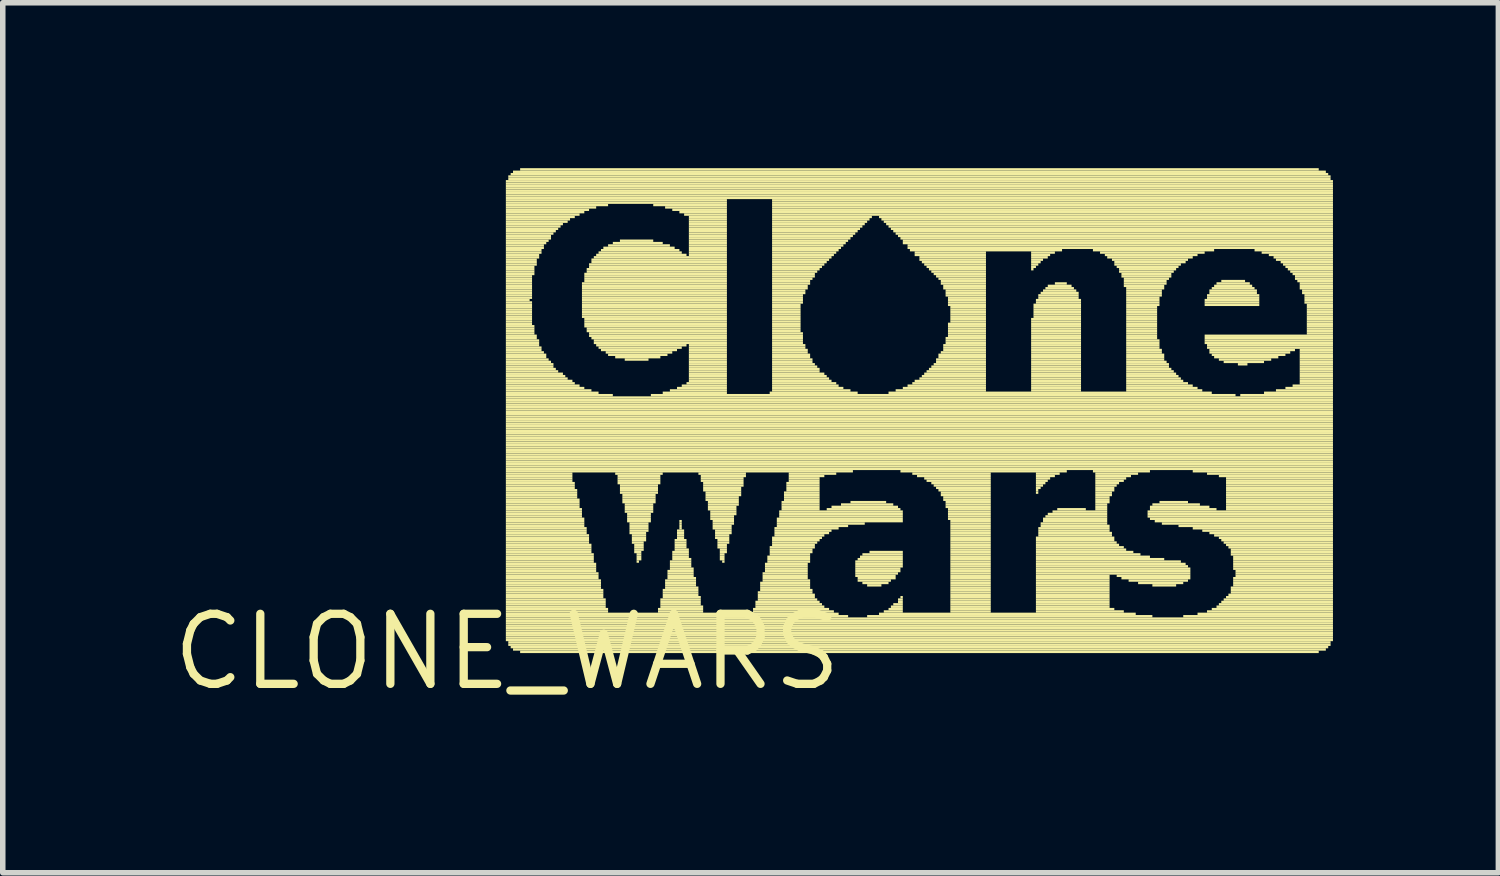
<source format=kicad_pcb>
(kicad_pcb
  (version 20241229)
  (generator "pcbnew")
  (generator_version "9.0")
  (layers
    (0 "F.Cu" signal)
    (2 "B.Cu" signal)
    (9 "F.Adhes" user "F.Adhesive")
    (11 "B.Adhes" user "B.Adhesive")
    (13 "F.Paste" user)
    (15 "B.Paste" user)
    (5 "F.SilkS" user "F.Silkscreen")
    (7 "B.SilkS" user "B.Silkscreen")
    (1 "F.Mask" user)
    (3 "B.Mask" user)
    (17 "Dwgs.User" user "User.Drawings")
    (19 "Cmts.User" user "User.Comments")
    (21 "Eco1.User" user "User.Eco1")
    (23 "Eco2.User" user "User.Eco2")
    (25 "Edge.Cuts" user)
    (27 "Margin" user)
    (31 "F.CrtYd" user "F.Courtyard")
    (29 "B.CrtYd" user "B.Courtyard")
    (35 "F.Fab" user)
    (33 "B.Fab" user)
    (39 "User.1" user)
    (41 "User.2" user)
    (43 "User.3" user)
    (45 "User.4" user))
  (footprint "CLONE_WARS"
    (layer "F.Cu")
    (at 6.146 8.772)
    (property "Reference" "CLONE_WARS" (at 0 0 0) (layer "F.SilkS") (effects (font (size 1.27 1.27) (thickness 0.15))))
    (attr through_hole)
    (fp_poly (pts (xy -0.022 -8.513) (xy 14.978 -8.513) (xy 14.978 -8.556) (xy -0.022 -8.556)) (stroke (width 0) (type solid)) (fill yes) (layer "F.SilkS"))
    (fp_poly (pts (xy -0.022 -8.47) (xy 14.978 -8.47) (xy 14.978 -8.513) (xy -0.022 -8.513)) (stroke (width 0) (type solid)) (fill yes) (layer "F.SilkS"))
    (fp_poly (pts (xy -0.022 -8.427) (xy 14.978 -8.427) (xy 14.978 -8.47) (xy -0.022 -8.47)) (stroke (width 0) (type solid)) (fill yes) (layer "F.SilkS"))
    (fp_poly (pts (xy -0.022 -8.384) (xy 14.978 -8.384) (xy 14.978 -8.427) (xy -0.022 -8.427)) (stroke (width 0) (type solid)) (fill yes) (layer "F.SilkS"))
    (fp_poly (pts (xy -0.022 -8.341) (xy 14.978 -8.341) (xy 14.978 -8.384) (xy -0.022 -8.384)) (stroke (width 0) (type solid)) (fill yes) (layer "F.SilkS"))
    (fp_poly (pts (xy -0.022 -8.297) (xy 14.978 -8.297) (xy 14.978 -8.341) (xy -0.022 -8.341)) (stroke (width 0) (type solid)) (fill yes) (layer "F.SilkS"))
    (fp_poly (pts (xy -0.022 -8.254) (xy 14.978 -8.254) (xy 14.978 -8.297) (xy -0.022 -8.297)) (stroke (width 0) (type solid)) (fill yes) (layer "F.SilkS"))
    (fp_poly (pts (xy -0.022 -8.211) (xy 14.978 -8.211) (xy 14.978 -8.254) (xy -0.022 -8.254)) (stroke (width 0) (type solid)) (fill yes) (layer "F.SilkS"))
    (fp_poly (pts (xy -0.022 -8.168) (xy 3.987 -8.168) (xy 3.987 -8.211) (xy -0.022 -8.211)) (stroke (width 0) (type solid)) (fill yes) (layer "F.SilkS"))
    (fp_poly (pts (xy -0.022 -8.125) (xy 3.987 -8.125) (xy 3.987 -8.168) (xy -0.022 -8.168)) (stroke (width 0) (type solid)) (fill yes) (layer "F.SilkS"))
    (fp_poly (pts (xy -0.022 -8.082) (xy 1.832 -8.082) (xy 1.832 -8.125) (xy -0.022 -8.125)) (stroke (width 0) (type solid)) (fill yes) (layer "F.SilkS"))
    (fp_poly (pts (xy -0.022 -8.039) (xy 1.616 -8.039) (xy 1.616 -8.082) (xy -0.022 -8.082)) (stroke (width 0) (type solid)) (fill yes) (layer "F.SilkS"))
    (fp_poly (pts (xy -0.022 -7.996) (xy 1.487 -7.996) (xy 1.487 -8.039) (xy -0.022 -8.039)) (stroke (width 0) (type solid)) (fill yes) (layer "F.SilkS"))
    (fp_poly (pts (xy -0.022 -7.953) (xy 1.401 -7.953) (xy 1.401 -7.996) (xy -0.022 -7.996)) (stroke (width 0) (type solid)) (fill yes) (layer "F.SilkS"))
    (fp_poly (pts (xy -0.022 -7.909) (xy 1.315 -7.909) (xy 1.315 -7.953) (xy -0.022 -7.953)) (stroke (width 0) (type solid)) (fill yes) (layer "F.SilkS"))
    (fp_poly (pts (xy -0.022 -7.866) (xy 1.228 -7.866) (xy 1.228 -7.909) (xy -0.022 -7.909)) (stroke (width 0) (type solid)) (fill yes) (layer "F.SilkS"))
    (fp_poly (pts (xy -0.022 -7.823) (xy 1.142 -7.823) (xy 1.142 -7.866) (xy -0.022 -7.866)) (stroke (width 0) (type solid)) (fill yes) (layer "F.SilkS"))
    (fp_poly (pts (xy -0.022 -7.78) (xy 1.099 -7.78) (xy 1.099 -7.823) (xy -0.022 -7.823)) (stroke (width 0) (type solid)) (fill yes) (layer "F.SilkS"))
    (fp_poly (pts (xy -0.022 -7.737) (xy 1.013 -7.737) (xy 1.013 -7.78) (xy -0.022 -7.78)) (stroke (width 0) (type solid)) (fill yes) (layer "F.SilkS"))
    (fp_poly (pts (xy -0.022 -7.694) (xy 0.97 -7.694) (xy 0.97 -7.737) (xy -0.022 -7.737)) (stroke (width 0) (type solid)) (fill yes) (layer "F.SilkS"))
    (fp_poly (pts (xy -0.022 -7.651) (xy 0.927 -7.651) (xy 0.927 -7.694) (xy -0.022 -7.694)) (stroke (width 0) (type solid)) (fill yes) (layer "F.SilkS"))
    (fp_poly (pts (xy -0.022 -7.608) (xy 0.884 -7.608) (xy 0.884 -7.651) (xy -0.022 -7.651)) (stroke (width 0) (type solid)) (fill yes) (layer "F.SilkS"))
    (fp_poly (pts (xy -0.022 -7.565) (xy 0.841 -7.565) (xy 0.841 -7.608) (xy -0.022 -7.608)) (stroke (width 0) (type solid)) (fill yes) (layer "F.SilkS"))
    (fp_poly (pts (xy -0.022 -7.522) (xy 0.797 -7.522) (xy 0.797 -7.565) (xy -0.022 -7.565)) (stroke (width 0) (type solid)) (fill yes) (layer "F.SilkS"))
    (fp_poly (pts (xy -0.022 -7.478) (xy 0.797 -7.478) (xy 0.797 -7.522) (xy -0.022 -7.522)) (stroke (width 0) (type solid)) (fill yes) (layer "F.SilkS"))
    (fp_poly (pts (xy -0.022 -7.435) (xy 0.754 -7.435) (xy 0.754 -7.478) (xy -0.022 -7.478)) (stroke (width 0) (type solid)) (fill yes) (layer "F.SilkS"))
    (fp_poly (pts (xy -0.022 -7.392) (xy 0.711 -7.392) (xy 0.711 -7.435) (xy -0.022 -7.435)) (stroke (width 0) (type solid)) (fill yes) (layer "F.SilkS"))
    (fp_poly (pts (xy -0.022 -7.349) (xy 0.668 -7.349) (xy 0.668 -7.392) (xy -0.022 -7.392)) (stroke (width 0) (type solid)) (fill yes) (layer "F.SilkS"))
    (fp_poly (pts (xy -0.022 -7.306) (xy 0.668 -7.306) (xy 0.668 -7.349) (xy -0.022 -7.349)) (stroke (width 0) (type solid)) (fill yes) (layer "F.SilkS"))
    (fp_poly (pts (xy -0.022 -7.263) (xy 0.625 -7.263) (xy 0.625 -7.306) (xy -0.022 -7.306)) (stroke (width 0) (type solid)) (fill yes) (layer "F.SilkS"))
    (fp_poly (pts (xy -0.022 -7.22) (xy 0.625 -7.22) (xy 0.625 -7.263) (xy -0.022 -7.263)) (stroke (width 0) (type solid)) (fill yes) (layer "F.SilkS"))
    (fp_poly (pts (xy -0.022 -7.177) (xy 0.582 -7.177) (xy 0.582 -7.22) (xy -0.022 -7.22)) (stroke (width 0) (type solid)) (fill yes) (layer "F.SilkS"))
    (fp_poly (pts (xy -0.022 -7.134) (xy 0.582 -7.134) (xy 0.582 -7.177) (xy -0.022 -7.177)) (stroke (width 0) (type solid)) (fill yes) (layer "F.SilkS"))
    (fp_poly (pts (xy -0.022 -7.091) (xy 0.539 -7.091) (xy 0.539 -7.134) (xy -0.022 -7.134)) (stroke (width 0) (type solid)) (fill yes) (layer "F.SilkS"))
    (fp_poly (pts (xy -0.022 -7.047) (xy 0.539 -7.047) (xy 0.539 -7.091) (xy -0.022 -7.091)) (stroke (width 0) (type solid)) (fill yes) (layer "F.SilkS"))
    (fp_poly (pts (xy -0.022 -7.004) (xy 0.539 -7.004) (xy 0.539 -7.047) (xy -0.022 -7.047)) (stroke (width 0) (type solid)) (fill yes) (layer "F.SilkS"))
    (fp_poly (pts (xy -0.022 -6.961) (xy 0.496 -6.961) (xy 0.496 -7.004) (xy -0.022 -7.004)) (stroke (width 0) (type solid)) (fill yes) (layer "F.SilkS"))
    (fp_poly (pts (xy -0.022 -6.918) (xy 0.496 -6.918) (xy 0.496 -6.961) (xy -0.022 -6.961)) (stroke (width 0) (type solid)) (fill yes) (layer "F.SilkS"))
    (fp_poly (pts (xy -0.022 -6.875) (xy 0.496 -6.875) (xy 0.496 -6.918) (xy -0.022 -6.918)) (stroke (width 0) (type solid)) (fill yes) (layer "F.SilkS"))
    (fp_poly (pts (xy -0.022 -6.832) (xy 0.496 -6.832) (xy 0.496 -6.875) (xy -0.022 -6.875)) (stroke (width 0) (type solid)) (fill yes) (layer "F.SilkS"))
    (fp_poly (pts (xy -0.022 -6.789) (xy 0.453 -6.789) (xy 0.453 -6.832) (xy -0.022 -6.832)) (stroke (width 0) (type solid)) (fill yes) (layer "F.SilkS"))
    (fp_poly (pts (xy -0.022 -6.746) (xy 0.453 -6.746) (xy 0.453 -6.789) (xy -0.022 -6.789)) (stroke (width 0) (type solid)) (fill yes) (layer "F.SilkS"))
    (fp_poly (pts (xy -0.022 -6.703) (xy 0.453 -6.703) (xy 0.453 -6.746) (xy -0.022 -6.746)) (stroke (width 0) (type solid)) (fill yes) (layer "F.SilkS"))
    (fp_poly (pts (xy -0.022 -6.659) (xy 0.453 -6.659) (xy 0.453 -6.703) (xy -0.022 -6.703)) (stroke (width 0) (type solid)) (fill yes) (layer "F.SilkS"))
    (fp_poly (pts (xy -0.022 -6.616) (xy 0.453 -6.616) (xy 0.453 -6.659) (xy -0.022 -6.659)) (stroke (width 0) (type solid)) (fill yes) (layer "F.SilkS"))
    (fp_poly (pts (xy -0.022 -6.573) (xy 0.453 -6.573) (xy 0.453 -6.616) (xy -0.022 -6.616)) (stroke (width 0) (type solid)) (fill yes) (layer "F.SilkS"))
    (fp_poly (pts (xy -0.022 -6.53) (xy 0.453 -6.53) (xy 0.453 -6.573) (xy -0.022 -6.573)) (stroke (width 0) (type solid)) (fill yes) (layer "F.SilkS"))
    (fp_poly (pts (xy -0.022 -6.487) (xy 0.453 -6.487) (xy 0.453 -6.53) (xy -0.022 -6.53)) (stroke (width 0) (type solid)) (fill yes) (layer "F.SilkS"))
    (fp_poly (pts (xy -0.022 -6.444) (xy 0.453 -6.444) (xy 0.453 -6.487) (xy -0.022 -6.487)) (stroke (width 0) (type solid)) (fill yes) (layer "F.SilkS"))
    (fp_poly (pts (xy -0.022 -6.401) (xy 0.453 -6.401) (xy 0.453 -6.444) (xy -0.022 -6.444)) (stroke (width 0) (type solid)) (fill yes) (layer "F.SilkS"))
    (fp_poly (pts (xy -0.022 -6.358) (xy 0.409 -6.358) (xy 0.409 -6.401) (xy -0.022 -6.401)) (stroke (width 0) (type solid)) (fill yes) (layer "F.SilkS"))
    (fp_poly (pts (xy -0.022 -6.315) (xy 0.453 -6.315) (xy 0.453 -6.358) (xy -0.022 -6.358)) (stroke (width 0) (type solid)) (fill yes) (layer "F.SilkS"))
    (fp_poly (pts (xy -0.022 -6.272) (xy 0.453 -6.272) (xy 0.453 -6.315) (xy -0.022 -6.315)) (stroke (width 0) (type solid)) (fill yes) (layer "F.SilkS"))
    (fp_poly (pts (xy -0.022 -6.228) (xy 0.453 -6.228) (xy 0.453 -6.272) (xy -0.022 -6.272)) (stroke (width 0) (type solid)) (fill yes) (layer "F.SilkS"))
    (fp_poly (pts (xy -0.022 -6.185) (xy 0.453 -6.185) (xy 0.453 -6.228) (xy -0.022 -6.228)) (stroke (width 0) (type solid)) (fill yes) (layer "F.SilkS"))
    (fp_poly (pts (xy -0.022 -6.142) (xy 0.453 -6.142) (xy 0.453 -6.185) (xy -0.022 -6.185)) (stroke (width 0) (type solid)) (fill yes) (layer "F.SilkS"))
    (fp_poly (pts (xy -0.022 -6.099) (xy 0.453 -6.099) (xy 0.453 -6.142) (xy -0.022 -6.142)) (stroke (width 0) (type solid)) (fill yes) (layer "F.SilkS"))
    (fp_poly (pts (xy -0.022 -6.056) (xy 0.453 -6.056) (xy 0.453 -6.099) (xy -0.022 -6.099)) (stroke (width 0) (type solid)) (fill yes) (layer "F.SilkS"))
    (fp_poly (pts (xy -0.022 -6.013) (xy 0.453 -6.013) (xy 0.453 -6.056) (xy -0.022 -6.056)) (stroke (width 0) (type solid)) (fill yes) (layer "F.SilkS"))
    (fp_poly (pts (xy -0.022 -5.97) (xy 0.453 -5.97) (xy 0.453 -6.013) (xy -0.022 -6.013)) (stroke (width 0) (type solid)) (fill yes) (layer "F.SilkS"))
    (fp_poly (pts (xy -0.022 -5.927) (xy 0.453 -5.927) (xy 0.453 -5.97) (xy -0.022 -5.97)) (stroke (width 0) (type solid)) (fill yes) (layer "F.SilkS"))
    (fp_poly (pts (xy -0.022 -5.884) (xy 0.496 -5.884) (xy 0.496 -5.927) (xy -0.022 -5.927)) (stroke (width 0) (type solid)) (fill yes) (layer "F.SilkS"))
    (fp_poly (pts (xy -0.022 -5.841) (xy 0.496 -5.841) (xy 0.496 -5.884) (xy -0.022 -5.884)) (stroke (width 0) (type solid)) (fill yes) (layer "F.SilkS"))
    (fp_poly (pts (xy -0.022 -5.797) (xy 0.496 -5.797) (xy 0.496 -5.841) (xy -0.022 -5.841)) (stroke (width 0) (type solid)) (fill yes) (layer "F.SilkS"))
    (fp_poly (pts (xy -0.022 -5.754) (xy 0.496 -5.754) (xy 0.496 -5.797) (xy -0.022 -5.797)) (stroke (width 0) (type solid)) (fill yes) (layer "F.SilkS"))
    (fp_poly (pts (xy -0.022 -5.711) (xy 0.539 -5.711) (xy 0.539 -5.754) (xy -0.022 -5.754)) (stroke (width 0) (type solid)) (fill yes) (layer "F.SilkS"))
    (fp_poly (pts (xy -0.022 -5.668) (xy 0.539 -5.668) (xy 0.539 -5.711) (xy -0.022 -5.711)) (stroke (width 0) (type solid)) (fill yes) (layer "F.SilkS"))
    (fp_poly (pts (xy -0.022 -5.625) (xy 0.582 -5.625) (xy 0.582 -5.668) (xy -0.022 -5.668)) (stroke (width 0) (type solid)) (fill yes) (layer "F.SilkS"))
    (fp_poly (pts (xy -0.022 -5.582) (xy 0.582 -5.582) (xy 0.582 -5.625) (xy -0.022 -5.625)) (stroke (width 0) (type solid)) (fill yes) (layer "F.SilkS"))
    (fp_poly (pts (xy -0.022 -5.539) (xy 0.582 -5.539) (xy 0.582 -5.582) (xy -0.022 -5.582)) (stroke (width 0) (type solid)) (fill yes) (layer "F.SilkS"))
    (fp_poly (pts (xy -0.022 -5.496) (xy 0.625 -5.496) (xy 0.625 -5.539) (xy -0.022 -5.539)) (stroke (width 0) (type solid)) (fill yes) (layer "F.SilkS"))
    (fp_poly (pts (xy -0.022 -5.453) (xy 0.625 -5.453) (xy 0.625 -5.496) (xy -0.022 -5.496)) (stroke (width 0) (type solid)) (fill yes) (layer "F.SilkS"))
    (fp_poly (pts (xy -0.022 -5.409) (xy 0.668 -5.409) (xy 0.668 -5.453) (xy -0.022 -5.453)) (stroke (width 0) (type solid)) (fill yes) (layer "F.SilkS"))
    (fp_poly (pts (xy -0.022 -5.366) (xy 0.711 -5.366) (xy 0.711 -5.409) (xy -0.022 -5.409)) (stroke (width 0) (type solid)) (fill yes) (layer "F.SilkS"))
    (fp_poly (pts (xy -0.022 -5.323) (xy 0.711 -5.323) (xy 0.711 -5.366) (xy -0.022 -5.366)) (stroke (width 0) (type solid)) (fill yes) (layer "F.SilkS"))
    (fp_poly (pts (xy -0.022 -5.28) (xy 0.754 -5.28) (xy 0.754 -5.323) (xy -0.022 -5.323)) (stroke (width 0) (type solid)) (fill yes) (layer "F.SilkS"))
    (fp_poly (pts (xy -0.022 -5.237) (xy 0.797 -5.237) (xy 0.797 -5.28) (xy -0.022 -5.28)) (stroke (width 0) (type solid)) (fill yes) (layer "F.SilkS"))
    (fp_poly (pts (xy -0.022 -5.194) (xy 0.841 -5.194) (xy 0.841 -5.237) (xy -0.022 -5.237)) (stroke (width 0) (type solid)) (fill yes) (layer "F.SilkS"))
    (fp_poly (pts (xy -0.022 -5.151) (xy 0.841 -5.151) (xy 0.841 -5.194) (xy -0.022 -5.194)) (stroke (width 0) (type solid)) (fill yes) (layer "F.SilkS"))
    (fp_poly (pts (xy -0.022 -5.108) (xy 0.884 -5.108) (xy 0.884 -5.151) (xy -0.022 -5.151)) (stroke (width 0) (type solid)) (fill yes) (layer "F.SilkS"))
    (fp_poly (pts (xy -0.022 -5.065) (xy 0.927 -5.065) (xy 0.927 -5.108) (xy -0.022 -5.108)) (stroke (width 0) (type solid)) (fill yes) (layer "F.SilkS"))
    (fp_poly (pts (xy -0.022 -5.022) (xy 1.013 -5.022) (xy 1.013 -5.065) (xy -0.022 -5.065)) (stroke (width 0) (type solid)) (fill yes) (layer "F.SilkS"))
    (fp_poly (pts (xy -0.022 -4.978) (xy 1.056 -4.978) (xy 1.056 -5.022) (xy -0.022 -5.022)) (stroke (width 0) (type solid)) (fill yes) (layer "F.SilkS"))
    (fp_poly (pts (xy -0.022 -4.935) (xy 1.099 -4.935) (xy 1.099 -4.978) (xy -0.022 -4.978)) (stroke (width 0) (type solid)) (fill yes) (layer "F.SilkS"))
    (fp_poly (pts (xy -0.022 -4.892) (xy 1.185 -4.892) (xy 1.185 -4.935) (xy -0.022 -4.935)) (stroke (width 0) (type solid)) (fill yes) (layer "F.SilkS"))
    (fp_poly (pts (xy -0.022 -4.849) (xy 1.228 -4.849) (xy 1.228 -4.892) (xy -0.022 -4.892)) (stroke (width 0) (type solid)) (fill yes) (layer "F.SilkS"))
    (fp_poly (pts (xy -0.022 -4.806) (xy 1.315 -4.806) (xy 1.315 -4.849) (xy -0.022 -4.849)) (stroke (width 0) (type solid)) (fill yes) (layer "F.SilkS"))
    (fp_poly (pts (xy -0.022 -4.763) (xy 1.401 -4.763) (xy 1.401 -4.806) (xy -0.022 -4.806)) (stroke (width 0) (type solid)) (fill yes) (layer "F.SilkS"))
    (fp_poly (pts (xy -0.022 -4.72) (xy 1.53 -4.72) (xy 1.53 -4.763) (xy -0.022 -4.763)) (stroke (width 0) (type solid)) (fill yes) (layer "F.SilkS"))
    (fp_poly (pts (xy -0.022 -4.677) (xy 1.659 -4.677) (xy 1.659 -4.72) (xy -0.022 -4.72)) (stroke (width 0) (type solid)) (fill yes) (layer "F.SilkS"))
    (fp_poly (pts (xy -0.022 -4.634) (xy 1.918 -4.634) (xy 1.918 -4.677) (xy -0.022 -4.677)) (stroke (width 0) (type solid)) (fill yes) (layer "F.SilkS"))
    (fp_poly (pts (xy -0.022 -4.591) (xy 14.978 -4.591) (xy 14.978 -4.634) (xy -0.022 -4.634)) (stroke (width 0) (type solid)) (fill yes) (layer "F.SilkS"))
    (fp_poly (pts (xy -0.022 -4.547) (xy 14.978 -4.547) (xy 14.978 -4.591) (xy -0.022 -4.591)) (stroke (width 0) (type solid)) (fill yes) (layer "F.SilkS"))
    (fp_poly (pts (xy -0.022 -4.504) (xy 14.978 -4.504) (xy 14.978 -4.547) (xy -0.022 -4.547)) (stroke (width 0) (type solid)) (fill yes) (layer "F.SilkS"))
    (fp_poly (pts (xy -0.022 -4.461) (xy 14.978 -4.461) (xy 14.978 -4.504) (xy -0.022 -4.504)) (stroke (width 0) (type solid)) (fill yes) (layer "F.SilkS"))
    (fp_poly (pts (xy -0.022 -4.418) (xy 14.978 -4.418) (xy 14.978 -4.461) (xy -0.022 -4.461)) (stroke (width 0) (type solid)) (fill yes) (layer "F.SilkS"))
    (fp_poly (pts (xy -0.022 -4.375) (xy 14.978 -4.375) (xy 14.978 -4.418) (xy -0.022 -4.418)) (stroke (width 0) (type solid)) (fill yes) (layer "F.SilkS"))
    (fp_poly (pts (xy -0.022 -4.332) (xy 14.978 -4.332) (xy 14.978 -4.375) (xy -0.022 -4.375)) (stroke (width 0) (type solid)) (fill yes) (layer "F.SilkS"))
    (fp_poly (pts (xy -0.022 -4.289) (xy 14.978 -4.289) (xy 14.978 -4.332) (xy -0.022 -4.332)) (stroke (width 0) (type solid)) (fill yes) (layer "F.SilkS"))
    (fp_poly (pts (xy -0.022 -4.246) (xy 14.978 -4.246) (xy 14.978 -4.289) (xy -0.022 -4.289)) (stroke (width 0) (type solid)) (fill yes) (layer "F.SilkS"))
    (fp_poly (pts (xy -0.022 -4.203) (xy 14.978 -4.203) (xy 14.978 -4.246) (xy -0.022 -4.246)) (stroke (width 0) (type solid)) (fill yes) (layer "F.SilkS"))
    (fp_poly (pts (xy -0.022 -4.159) (xy 14.978 -4.159) (xy 14.978 -4.203) (xy -0.022 -4.203)) (stroke (width 0) (type solid)) (fill yes) (layer "F.SilkS"))
    (fp_poly (pts (xy -0.022 -4.116) (xy 14.978 -4.116) (xy 14.978 -4.159) (xy -0.022 -4.159)) (stroke (width 0) (type solid)) (fill yes) (layer "F.SilkS"))
    (fp_poly (pts (xy -0.022 -4.073) (xy 14.978 -4.073) (xy 14.978 -4.116) (xy -0.022 -4.116)) (stroke (width 0) (type solid)) (fill yes) (layer "F.SilkS"))
    (fp_poly (pts (xy -0.022 -4.03) (xy 14.978 -4.03) (xy 14.978 -4.073) (xy -0.022 -4.073)) (stroke (width 0) (type solid)) (fill yes) (layer "F.SilkS"))
    (fp_poly (pts (xy -0.022 -3.987) (xy 14.978 -3.987) (xy 14.978 -4.03) (xy -0.022 -4.03)) (stroke (width 0) (type solid)) (fill yes) (layer "F.SilkS"))
    (fp_poly (pts (xy -0.022 -3.944) (xy 14.978 -3.944) (xy 14.978 -3.987) (xy -0.022 -3.987)) (stroke (width 0) (type solid)) (fill yes) (layer "F.SilkS"))
    (fp_poly (pts (xy -0.022 -3.901) (xy 14.978 -3.901) (xy 14.978 -3.944) (xy -0.022 -3.944)) (stroke (width 0) (type solid)) (fill yes) (layer "F.SilkS"))
    (fp_poly (pts (xy -0.022 -3.858) (xy 14.978 -3.858) (xy 14.978 -3.901) (xy -0.022 -3.901)) (stroke (width 0) (type solid)) (fill yes) (layer "F.SilkS"))
    (fp_poly (pts (xy -0.022 -3.815) (xy 14.978 -3.815) (xy 14.978 -3.858) (xy -0.022 -3.858)) (stroke (width 0) (type solid)) (fill yes) (layer "F.SilkS"))
    (fp_poly (pts (xy -0.022 -3.772) (xy 14.978 -3.772) (xy 14.978 -3.815) (xy -0.022 -3.815)) (stroke (width 0) (type solid)) (fill yes) (layer "F.SilkS"))
    (fp_poly (pts (xy -0.022 -3.728) (xy 14.978 -3.728) (xy 14.978 -3.772) (xy -0.022 -3.772)) (stroke (width 0) (type solid)) (fill yes) (layer "F.SilkS"))
    (fp_poly (pts (xy -0.022 -3.685) (xy 14.978 -3.685) (xy 14.978 -3.728) (xy -0.022 -3.728)) (stroke (width 0) (type solid)) (fill yes) (layer "F.SilkS"))
    (fp_poly (pts (xy -0.022 -3.642) (xy 14.978 -3.642) (xy 14.978 -3.685) (xy -0.022 -3.685)) (stroke (width 0) (type solid)) (fill yes) (layer "F.SilkS"))
    (fp_poly (pts (xy -0.022 -3.599) (xy 14.978 -3.599) (xy 14.978 -3.642) (xy -0.022 -3.642)) (stroke (width 0) (type solid)) (fill yes) (layer "F.SilkS"))
    (fp_poly (pts (xy -0.022 -3.556) (xy 14.978 -3.556) (xy 14.978 -3.599) (xy -0.022 -3.599)) (stroke (width 0) (type solid)) (fill yes) (layer "F.SilkS"))
    (fp_poly (pts (xy -0.022 -3.513) (xy 14.978 -3.513) (xy 14.978 -3.556) (xy -0.022 -3.556)) (stroke (width 0) (type solid)) (fill yes) (layer "F.SilkS"))
    (fp_poly (pts (xy -0.022 -3.47) (xy 14.978 -3.47) (xy 14.978 -3.513) (xy -0.022 -3.513)) (stroke (width 0) (type solid)) (fill yes) (layer "F.SilkS"))
    (fp_poly (pts (xy -0.022 -3.427) (xy 14.978 -3.427) (xy 14.978 -3.47) (xy -0.022 -3.47)) (stroke (width 0) (type solid)) (fill yes) (layer "F.SilkS"))
    (fp_poly (pts (xy -0.022 -3.384) (xy 14.978 -3.384) (xy 14.978 -3.427) (xy -0.022 -3.427)) (stroke (width 0) (type solid)) (fill yes) (layer "F.SilkS"))
    (fp_poly (pts (xy -0.022 -3.341) (xy 14.978 -3.341) (xy 14.978 -3.384) (xy -0.022 -3.384)) (stroke (width 0) (type solid)) (fill yes) (layer "F.SilkS"))
    (fp_poly (pts (xy -0.022 -3.297) (xy 14.978 -3.297) (xy 14.978 -3.341) (xy -0.022 -3.341)) (stroke (width 0) (type solid)) (fill yes) (layer "F.SilkS"))
    (fp_poly (pts (xy -0.022 -3.254) (xy 6.272 -3.254) (xy 6.272 -3.297) (xy -0.022 -3.297)) (stroke (width 0) (type solid)) (fill yes) (layer "F.SilkS"))
    (fp_poly (pts (xy -0.022 -3.211) (xy 1.185 -3.211) (xy 1.185 -3.254) (xy -0.022 -3.254)) (stroke (width 0) (type solid)) (fill yes) (layer "F.SilkS"))
    (fp_poly (pts (xy -0.022 -3.168) (xy 1.185 -3.168) (xy 1.185 -3.211) (xy -0.022 -3.211)) (stroke (width 0) (type solid)) (fill yes) (layer "F.SilkS"))
    (fp_poly (pts (xy -0.022 -3.125) (xy 1.185 -3.125) (xy 1.185 -3.168) (xy -0.022 -3.168)) (stroke (width 0) (type solid)) (fill yes) (layer "F.SilkS"))
    (fp_poly (pts (xy -0.022 -3.082) (xy 1.185 -3.082) (xy 1.185 -3.125) (xy -0.022 -3.125)) (stroke (width 0) (type solid)) (fill yes) (layer "F.SilkS"))
    (fp_poly (pts (xy -0.022 -3.039) (xy 1.228 -3.039) (xy 1.228 -3.082) (xy -0.022 -3.082)) (stroke (width 0) (type solid)) (fill yes) (layer "F.SilkS"))
    (fp_poly (pts (xy -0.022 -2.996) (xy 1.228 -2.996) (xy 1.228 -3.039) (xy -0.022 -3.039)) (stroke (width 0) (type solid)) (fill yes) (layer "F.SilkS"))
    (fp_poly (pts (xy -0.022 -2.953) (xy 1.228 -2.953) (xy 1.228 -2.996) (xy -0.022 -2.996)) (stroke (width 0) (type solid)) (fill yes) (layer "F.SilkS"))
    (fp_poly (pts (xy -0.022 -2.909) (xy 1.272 -2.909) (xy 1.272 -2.953) (xy -0.022 -2.953)) (stroke (width 0) (type solid)) (fill yes) (layer "F.SilkS"))
    (fp_poly (pts (xy -0.022 -2.866) (xy 1.272 -2.866) (xy 1.272 -2.909) (xy -0.022 -2.909)) (stroke (width 0) (type solid)) (fill yes) (layer "F.SilkS"))
    (fp_poly (pts (xy -0.022 -2.823) (xy 1.272 -2.823) (xy 1.272 -2.866) (xy -0.022 -2.866)) (stroke (width 0) (type solid)) (fill yes) (layer "F.SilkS"))
    (fp_poly (pts (xy -0.022 -2.78) (xy 1.272 -2.78) (xy 1.272 -2.823) (xy -0.022 -2.823)) (stroke (width 0) (type solid)) (fill yes) (layer "F.SilkS"))
    (fp_poly (pts (xy -0.022 -2.737) (xy 1.315 -2.737) (xy 1.315 -2.78) (xy -0.022 -2.78)) (stroke (width 0) (type solid)) (fill yes) (layer "F.SilkS"))
    (fp_poly (pts (xy -0.022 -2.694) (xy 1.315 -2.694) (xy 1.315 -2.737) (xy -0.022 -2.737)) (stroke (width 0) (type solid)) (fill yes) (layer "F.SilkS"))
    (fp_poly (pts (xy -0.022 -2.651) (xy 1.315 -2.651) (xy 1.315 -2.694) (xy -0.022 -2.694)) (stroke (width 0) (type solid)) (fill yes) (layer "F.SilkS"))
    (fp_poly (pts (xy -0.022 -2.608) (xy 1.315 -2.608) (xy 1.315 -2.651) (xy -0.022 -2.651)) (stroke (width 0) (type solid)) (fill yes) (layer "F.SilkS"))
    (fp_poly (pts (xy -0.022 -2.565) (xy 1.358 -2.565) (xy 1.358 -2.608) (xy -0.022 -2.608)) (stroke (width 0) (type solid)) (fill yes) (layer "F.SilkS"))
    (fp_poly (pts (xy -0.022 -2.522) (xy 1.358 -2.522) (xy 1.358 -2.565) (xy -0.022 -2.565)) (stroke (width 0) (type solid)) (fill yes) (layer "F.SilkS"))
    (fp_poly (pts (xy -0.022 -2.478) (xy 1.358 -2.478) (xy 1.358 -2.522) (xy -0.022 -2.522)) (stroke (width 0) (type solid)) (fill yes) (layer "F.SilkS"))
    (fp_poly (pts (xy -0.022 -2.435) (xy 1.358 -2.435) (xy 1.358 -2.478) (xy -0.022 -2.478)) (stroke (width 0) (type solid)) (fill yes) (layer "F.SilkS"))
    (fp_poly (pts (xy -0.022 -2.392) (xy 1.401 -2.392) (xy 1.401 -2.435) (xy -0.022 -2.435)) (stroke (width 0) (type solid)) (fill yes) (layer "F.SilkS"))
    (fp_poly (pts (xy -0.022 -2.349) (xy 1.401 -2.349) (xy 1.401 -2.392) (xy -0.022 -2.392)) (stroke (width 0) (type solid)) (fill yes) (layer "F.SilkS"))
    (fp_poly (pts (xy -0.022 -2.306) (xy 1.401 -2.306) (xy 1.401 -2.349) (xy -0.022 -2.349)) (stroke (width 0) (type solid)) (fill yes) (layer "F.SilkS"))
    (fp_poly (pts (xy -0.022 -2.263) (xy 1.401 -2.263) (xy 1.401 -2.306) (xy -0.022 -2.306)) (stroke (width 0) (type solid)) (fill yes) (layer "F.SilkS"))
    (fp_poly (pts (xy -0.022 -2.22) (xy 1.444 -2.22) (xy 1.444 -2.263) (xy -0.022 -2.263)) (stroke (width 0) (type solid)) (fill yes) (layer "F.SilkS"))
    (fp_poly (pts (xy -0.022 -2.177) (xy 1.444 -2.177) (xy 1.444 -2.22) (xy -0.022 -2.22)) (stroke (width 0) (type solid)) (fill yes) (layer "F.SilkS"))
    (fp_poly (pts (xy -0.022 -2.134) (xy 1.444 -2.134) (xy 1.444 -2.177) (xy -0.022 -2.177)) (stroke (width 0) (type solid)) (fill yes) (layer "F.SilkS"))
    (fp_poly (pts (xy -0.022 -2.091) (xy 1.487 -2.091) (xy 1.487 -2.134) (xy -0.022 -2.134)) (stroke (width 0) (type solid)) (fill yes) (layer "F.SilkS"))
    (fp_poly (pts (xy -0.022 -2.047) (xy 1.487 -2.047) (xy 1.487 -2.091) (xy -0.022 -2.091)) (stroke (width 0) (type solid)) (fill yes) (layer "F.SilkS"))
    (fp_poly (pts (xy -0.022 -2.004) (xy 1.487 -2.004) (xy 1.487 -2.047) (xy -0.022 -2.047)) (stroke (width 0) (type solid)) (fill yes) (layer "F.SilkS"))
    (fp_poly (pts (xy -0.022 -1.961) (xy 1.487 -1.961) (xy 1.487 -2.004) (xy -0.022 -2.004)) (stroke (width 0) (type solid)) (fill yes) (layer "F.SilkS"))
    (fp_poly (pts (xy -0.022 -1.918) (xy 1.53 -1.918) (xy 1.53 -1.961) (xy -0.022 -1.961)) (stroke (width 0) (type solid)) (fill yes) (layer "F.SilkS"))
    (fp_poly (pts (xy -0.022 -1.875) (xy 1.53 -1.875) (xy 1.53 -1.918) (xy -0.022 -1.918)) (stroke (width 0) (type solid)) (fill yes) (layer "F.SilkS"))
    (fp_poly (pts (xy -0.022 -1.832) (xy 1.53 -1.832) (xy 1.53 -1.875) (xy -0.022 -1.875)) (stroke (width 0) (type solid)) (fill yes) (layer "F.SilkS"))
    (fp_poly (pts (xy -0.022 -1.789) (xy 1.53 -1.789) (xy 1.53 -1.832) (xy -0.022 -1.832)) (stroke (width 0) (type solid)) (fill yes) (layer "F.SilkS"))
    (fp_poly (pts (xy -0.022 -1.746) (xy 1.573 -1.746) (xy 1.573 -1.789) (xy -0.022 -1.789)) (stroke (width 0) (type solid)) (fill yes) (layer "F.SilkS"))
    (fp_poly (pts (xy -0.022 -1.703) (xy 1.573 -1.703) (xy 1.573 -1.746) (xy -0.022 -1.746)) (stroke (width 0) (type solid)) (fill yes) (layer "F.SilkS"))
    (fp_poly (pts (xy -0.022 -1.659) (xy 1.573 -1.659) (xy 1.573 -1.703) (xy -0.022 -1.703)) (stroke (width 0) (type solid)) (fill yes) (layer "F.SilkS"))
    (fp_poly (pts (xy -0.022 -1.616) (xy 1.573 -1.616) (xy 1.573 -1.659) (xy -0.022 -1.659)) (stroke (width 0) (type solid)) (fill yes) (layer "F.SilkS"))
    (fp_poly (pts (xy -0.022 -1.573) (xy 1.616 -1.573) (xy 1.616 -1.616) (xy -0.022 -1.616)) (stroke (width 0) (type solid)) (fill yes) (layer "F.SilkS"))
    (fp_poly (pts (xy -0.022 -1.53) (xy 1.616 -1.53) (xy 1.616 -1.573) (xy -0.022 -1.573)) (stroke (width 0) (type solid)) (fill yes) (layer "F.SilkS"))
    (fp_poly (pts (xy -0.022 -1.487) (xy 1.616 -1.487) (xy 1.616 -1.53) (xy -0.022 -1.53)) (stroke (width 0) (type solid)) (fill yes) (layer "F.SilkS"))
    (fp_poly (pts (xy -0.022 -1.444) (xy 1.616 -1.444) (xy 1.616 -1.487) (xy -0.022 -1.487)) (stroke (width 0) (type solid)) (fill yes) (layer "F.SilkS"))
    (fp_poly (pts (xy -0.022 -1.401) (xy 1.659 -1.401) (xy 1.659 -1.444) (xy -0.022 -1.444)) (stroke (width 0) (type solid)) (fill yes) (layer "F.SilkS"))
    (fp_poly (pts (xy -0.022 -1.358) (xy 1.659 -1.358) (xy 1.659 -1.401) (xy -0.022 -1.401)) (stroke (width 0) (type solid)) (fill yes) (layer "F.SilkS"))
    (fp_poly (pts (xy -0.022 -1.315) (xy 1.659 -1.315) (xy 1.659 -1.358) (xy -0.022 -1.358)) (stroke (width 0) (type solid)) (fill yes) (layer "F.SilkS"))
    (fp_poly (pts (xy -0.022 -1.272) (xy 1.703 -1.272) (xy 1.703 -1.315) (xy -0.022 -1.315)) (stroke (width 0) (type solid)) (fill yes) (layer "F.SilkS"))
    (fp_poly (pts (xy -0.022 -1.228) (xy 1.703 -1.228) (xy 1.703 -1.272) (xy -0.022 -1.272)) (stroke (width 0) (type solid)) (fill yes) (layer "F.SilkS"))
    (fp_poly (pts (xy -0.022 -1.185) (xy 1.703 -1.185) (xy 1.703 -1.228) (xy -0.022 -1.228)) (stroke (width 0) (type solid)) (fill yes) (layer "F.SilkS"))
    (fp_poly (pts (xy -0.022 -1.142) (xy 1.703 -1.142) (xy 1.703 -1.185) (xy -0.022 -1.185)) (stroke (width 0) (type solid)) (fill yes) (layer "F.SilkS"))
    (fp_poly (pts (xy -0.022 -1.099) (xy 1.746 -1.099) (xy 1.746 -1.142) (xy -0.022 -1.142)) (stroke (width 0) (type solid)) (fill yes) (layer "F.SilkS"))
    (fp_poly (pts (xy -0.022 -1.056) (xy 1.746 -1.056) (xy 1.746 -1.099) (xy -0.022 -1.099)) (stroke (width 0) (type solid)) (fill yes) (layer "F.SilkS"))
    (fp_poly (pts (xy -0.022 -1.013) (xy 1.746 -1.013) (xy 1.746 -1.056) (xy -0.022 -1.056)) (stroke (width 0) (type solid)) (fill yes) (layer "F.SilkS"))
    (fp_poly (pts (xy -0.022 -0.97) (xy 1.746 -0.97) (xy 1.746 -1.013) (xy -0.022 -1.013)) (stroke (width 0) (type solid)) (fill yes) (layer "F.SilkS"))
    (fp_poly (pts (xy -0.022 -0.927) (xy 1.789 -0.927) (xy 1.789 -0.97) (xy -0.022 -0.97)) (stroke (width 0) (type solid)) (fill yes) (layer "F.SilkS"))
    (fp_poly (pts (xy -0.022 -0.884) (xy 1.789 -0.884) (xy 1.789 -0.927) (xy -0.022 -0.927)) (stroke (width 0) (type solid)) (fill yes) (layer "F.SilkS"))
    (fp_poly (pts (xy -0.022 -0.841) (xy 1.789 -0.841) (xy 1.789 -0.884) (xy -0.022 -0.884)) (stroke (width 0) (type solid)) (fill yes) (layer "F.SilkS"))
    (fp_poly (pts (xy -0.022 -0.797) (xy 1.789 -0.797) (xy 1.789 -0.841) (xy -0.022 -0.841)) (stroke (width 0) (type solid)) (fill yes) (layer "F.SilkS"))
    (fp_poly (pts (xy -0.022 -0.754) (xy 1.832 -0.754) (xy 1.832 -0.797) (xy -0.022 -0.797)) (stroke (width 0) (type solid)) (fill yes) (layer "F.SilkS"))
    (fp_poly (pts (xy -0.022 -0.711) (xy 1.832 -0.711) (xy 1.832 -0.754) (xy -0.022 -0.754)) (stroke (width 0) (type solid)) (fill yes) (layer "F.SilkS"))
    (fp_poly (pts (xy -0.022 -0.668) (xy 6.013 -0.668) (xy 6.013 -0.711) (xy -0.022 -0.711)) (stroke (width 0) (type solid)) (fill yes) (layer "F.SilkS"))
    (fp_poly (pts (xy -0.022 -0.625) (xy 6.185 -0.625) (xy 6.185 -0.668) (xy -0.022 -0.668)) (stroke (width 0) (type solid)) (fill yes) (layer "F.SilkS"))
    (fp_poly (pts (xy -0.022 -0.582) (xy 14.978 -0.582) (xy 14.978 -0.625) (xy -0.022 -0.625)) (stroke (width 0) (type solid)) (fill yes) (layer "F.SilkS"))
    (fp_poly (pts (xy -0.022 -0.539) (xy 14.978 -0.539) (xy 14.978 -0.582) (xy -0.022 -0.582)) (stroke (width 0) (type solid)) (fill yes) (layer "F.SilkS"))
    (fp_poly (pts (xy -0.022 -0.496) (xy 14.978 -0.496) (xy 14.978 -0.539) (xy -0.022 -0.539)) (stroke (width 0) (type solid)) (fill yes) (layer "F.SilkS"))
    (fp_poly (pts (xy -0.022 -0.453) (xy 14.978 -0.453) (xy 14.978 -0.496) (xy -0.022 -0.496)) (stroke (width 0) (type solid)) (fill yes) (layer "F.SilkS"))
    (fp_poly (pts (xy -0.022 -0.409) (xy 14.978 -0.409) (xy 14.978 -0.453) (xy -0.022 -0.453)) (stroke (width 0) (type solid)) (fill yes) (layer "F.SilkS"))
    (fp_poly (pts (xy -0.022 -0.366) (xy 14.978 -0.366) (xy 14.978 -0.409) (xy -0.022 -0.409)) (stroke (width 0) (type solid)) (fill yes) (layer "F.SilkS"))
    (fp_poly (pts (xy -0.022 -0.323) (xy 14.978 -0.323) (xy 14.978 -0.366) (xy -0.022 -0.366)) (stroke (width 0) (type solid)) (fill yes) (layer "F.SilkS"))
    (fp_poly (pts (xy -0.022 -0.28) (xy 14.978 -0.28) (xy 14.978 -0.323) (xy -0.022 -0.323)) (stroke (width 0) (type solid)) (fill yes) (layer "F.SilkS"))
    (fp_poly (pts (xy -0.022 -0.237) (xy 14.978 -0.237) (xy 14.978 -0.28) (xy -0.022 -0.28)) (stroke (width 0) (type solid)) (fill yes) (layer "F.SilkS"))
    (fp_poly (pts (xy -0.022 -0.194) (xy 14.978 -0.194) (xy 14.978 -0.237) (xy -0.022 -0.237)) (stroke (width 0) (type solid)) (fill yes) (layer "F.SilkS"))
    (fp_poly (pts (xy 0.022 -8.599) (xy 14.935 -8.599) (xy 14.935 -8.642) (xy 0.022 -8.642)) (stroke (width 0) (type solid)) (fill yes) (layer "F.SilkS"))
    (fp_poly (pts (xy 0.022 -8.556) (xy 14.935 -8.556) (xy 14.935 -8.599) (xy 0.022 -8.599)) (stroke (width 0) (type solid)) (fill yes) (layer "F.SilkS"))
    (fp_poly (pts (xy 0.022 -0.151) (xy 14.935 -0.151) (xy 14.935 -0.194) (xy 0.022 -0.194)) (stroke (width 0) (type solid)) (fill yes) (layer "F.SilkS"))
    (fp_poly (pts (xy 0.022 -0.108) (xy 14.935 -0.108) (xy 14.935 -0.151) (xy 0.022 -0.151)) (stroke (width 0) (type solid)) (fill yes) (layer "F.SilkS"))
    (fp_poly (pts (xy 0.065 -8.642) (xy 14.892 -8.642) (xy 14.892 -8.685) (xy 0.065 -8.685)) (stroke (width 0) (type solid)) (fill yes) (layer "F.SilkS"))
    (fp_poly (pts (xy 0.065 -0.065) (xy 14.892 -0.065) (xy 14.892 -0.108) (xy 0.065 -0.108)) (stroke (width 0) (type solid)) (fill yes) (layer "F.SilkS"))
    (fp_poly (pts (xy 0.108 -8.685) (xy 14.849 -8.685) (xy 14.849 -8.728) (xy 0.108 -8.728)) (stroke (width 0) (type solid)) (fill yes) (layer "F.SilkS"))
    (fp_poly (pts (xy 0.108 -0.022) (xy 14.849 -0.022) (xy 14.849 -0.065) (xy 0.108 -0.065)) (stroke (width 0) (type solid)) (fill yes) (layer "F.SilkS"))
    (fp_poly (pts (xy 0.237 -8.728) (xy 14.72 -8.728) (xy 14.72 -8.772) (xy 0.237 -8.772)) (stroke (width 0) (type solid)) (fill yes) (layer "F.SilkS"))
    (fp_poly (pts (xy 0.237 0.022) (xy 14.72 0.022) (xy 14.72 -0.022) (xy 0.237 -0.022)) (stroke (width 0) (type solid)) (fill yes) (layer "F.SilkS"))
    (fp_poly (pts (xy 1.358 -6.659) (xy 3.987 -6.659) (xy 3.987 -6.703) (xy 1.358 -6.703)) (stroke (width 0) (type solid)) (fill yes) (layer "F.SilkS"))
    (fp_poly (pts (xy 1.358 -6.616) (xy 3.987 -6.616) (xy 3.987 -6.659) (xy 1.358 -6.659)) (stroke (width 0) (type solid)) (fill yes) (layer "F.SilkS"))
    (fp_poly (pts (xy 1.358 -6.573) (xy 3.987 -6.573) (xy 3.987 -6.616) (xy 1.358 -6.616)) (stroke (width 0) (type solid)) (fill yes) (layer "F.SilkS"))
    (fp_poly (pts (xy 1.358 -6.53) (xy 3.987 -6.53) (xy 3.987 -6.573) (xy 1.358 -6.573)) (stroke (width 0) (type solid)) (fill yes) (layer "F.SilkS"))
    (fp_poly (pts (xy 1.358 -6.487) (xy 3.987 -6.487) (xy 3.987 -6.53) (xy 1.358 -6.53)) (stroke (width 0) (type solid)) (fill yes) (layer "F.SilkS"))
    (fp_poly (pts (xy 1.358 -6.444) (xy 3.987 -6.444) (xy 3.987 -6.487) (xy 1.358 -6.487)) (stroke (width 0) (type solid)) (fill yes) (layer "F.SilkS"))
    (fp_poly (pts (xy 1.358 -6.401) (xy 3.987 -6.401) (xy 3.987 -6.444) (xy 1.358 -6.444)) (stroke (width 0) (type solid)) (fill yes) (layer "F.SilkS"))
    (fp_poly (pts (xy 1.358 -6.358) (xy 3.987 -6.358) (xy 3.987 -6.401) (xy 1.358 -6.401)) (stroke (width 0) (type solid)) (fill yes) (layer "F.SilkS"))
    (fp_poly (pts (xy 1.358 -6.315) (xy 3.987 -6.315) (xy 3.987 -6.358) (xy 1.358 -6.358)) (stroke (width 0) (type solid)) (fill yes) (layer "F.SilkS"))
    (fp_poly (pts (xy 1.358 -6.272) (xy 3.987 -6.272) (xy 3.987 -6.315) (xy 1.358 -6.315)) (stroke (width 0) (type solid)) (fill yes) (layer "F.SilkS"))
    (fp_poly (pts (xy 1.358 -6.228) (xy 3.987 -6.228) (xy 3.987 -6.272) (xy 1.358 -6.272)) (stroke (width 0) (type solid)) (fill yes) (layer "F.SilkS"))
    (fp_poly (pts (xy 1.358 -6.185) (xy 3.987 -6.185) (xy 3.987 -6.228) (xy 1.358 -6.228)) (stroke (width 0) (type solid)) (fill yes) (layer "F.SilkS"))
    (fp_poly (pts (xy 1.358 -6.142) (xy 3.987 -6.142) (xy 3.987 -6.185) (xy 1.358 -6.185)) (stroke (width 0) (type solid)) (fill yes) (layer "F.SilkS"))
    (fp_poly (pts (xy 1.358 -6.099) (xy 3.987 -6.099) (xy 3.987 -6.142) (xy 1.358 -6.142)) (stroke (width 0) (type solid)) (fill yes) (layer "F.SilkS"))
    (fp_poly (pts (xy 1.358 -6.056) (xy 3.987 -6.056) (xy 3.987 -6.099) (xy 1.358 -6.099)) (stroke (width 0) (type solid)) (fill yes) (layer "F.SilkS"))
    (fp_poly (pts (xy 1.401 -6.832) (xy 3.987 -6.832) (xy 3.987 -6.875) (xy 1.401 -6.875)) (stroke (width 0) (type solid)) (fill yes) (layer "F.SilkS"))
    (fp_poly (pts (xy 1.401 -6.789) (xy 3.987 -6.789) (xy 3.987 -6.832) (xy 1.401 -6.832)) (stroke (width 0) (type solid)) (fill yes) (layer "F.SilkS"))
    (fp_poly (pts (xy 1.401 -6.746) (xy 3.987 -6.746) (xy 3.987 -6.789) (xy 1.401 -6.789)) (stroke (width 0) (type solid)) (fill yes) (layer "F.SilkS"))
    (fp_poly (pts (xy 1.401 -6.703) (xy 3.987 -6.703) (xy 3.987 -6.746) (xy 1.401 -6.746)) (stroke (width 0) (type solid)) (fill yes) (layer "F.SilkS"))
    (fp_poly (pts (xy 1.401 -6.013) (xy 3.987 -6.013) (xy 3.987 -6.056) (xy 1.401 -6.056)) (stroke (width 0) (type solid)) (fill yes) (layer "F.SilkS"))
    (fp_poly (pts (xy 1.401 -5.97) (xy 3.987 -5.97) (xy 3.987 -6.013) (xy 1.401 -6.013)) (stroke (width 0) (type solid)) (fill yes) (layer "F.SilkS"))
    (fp_poly (pts (xy 1.401 -5.927) (xy 3.987 -5.927) (xy 3.987 -5.97) (xy 1.401 -5.97)) (stroke (width 0) (type solid)) (fill yes) (layer "F.SilkS"))
    (fp_poly (pts (xy 1.401 -5.884) (xy 3.987 -5.884) (xy 3.987 -5.927) (xy 1.401 -5.927)) (stroke (width 0) (type solid)) (fill yes) (layer "F.SilkS"))
    (fp_poly (pts (xy 1.444 -6.918) (xy 3.987 -6.918) (xy 3.987 -6.961) (xy 1.444 -6.961)) (stroke (width 0) (type solid)) (fill yes) (layer "F.SilkS"))
    (fp_poly (pts (xy 1.444 -6.875) (xy 3.987 -6.875) (xy 3.987 -6.918) (xy 1.444 -6.918)) (stroke (width 0) (type solid)) (fill yes) (layer "F.SilkS"))
    (fp_poly (pts (xy 1.444 -5.841) (xy 3.987 -5.841) (xy 3.987 -5.884) (xy 1.444 -5.884)) (stroke (width 0) (type solid)) (fill yes) (layer "F.SilkS"))
    (fp_poly (pts (xy 1.444 -5.797) (xy 3.987 -5.797) (xy 3.987 -5.841) (xy 1.444 -5.841)) (stroke (width 0) (type solid)) (fill yes) (layer "F.SilkS"))
    (fp_poly (pts (xy 1.487 -7.004) (xy 3.987 -7.004) (xy 3.987 -7.047) (xy 1.487 -7.047)) (stroke (width 0) (type solid)) (fill yes) (layer "F.SilkS"))
    (fp_poly (pts (xy 1.487 -6.961) (xy 3.987 -6.961) (xy 3.987 -7.004) (xy 1.487 -7.004)) (stroke (width 0) (type solid)) (fill yes) (layer "F.SilkS"))
    (fp_poly (pts (xy 1.487 -5.754) (xy 3.987 -5.754) (xy 3.987 -5.797) (xy 1.487 -5.797)) (stroke (width 0) (type solid)) (fill yes) (layer "F.SilkS"))
    (fp_poly (pts (xy 1.487 -5.711) (xy 3.987 -5.711) (xy 3.987 -5.754) (xy 1.487 -5.754)) (stroke (width 0) (type solid)) (fill yes) (layer "F.SilkS"))
    (fp_poly (pts (xy 1.53 -7.091) (xy 3.987 -7.091) (xy 3.987 -7.134) (xy 1.53 -7.134)) (stroke (width 0) (type solid)) (fill yes) (layer "F.SilkS"))
    (fp_poly (pts (xy 1.53 -7.047) (xy 3.987 -7.047) (xy 3.987 -7.091) (xy 1.53 -7.091)) (stroke (width 0) (type solid)) (fill yes) (layer "F.SilkS"))
    (fp_poly (pts (xy 1.53 -5.668) (xy 3.987 -5.668) (xy 3.987 -5.711) (xy 1.53 -5.711)) (stroke (width 0) (type solid)) (fill yes) (layer "F.SilkS"))
    (fp_poly (pts (xy 1.573 -7.134) (xy 3.987 -7.134) (xy 3.987 -7.177) (xy 1.573 -7.177)) (stroke (width 0) (type solid)) (fill yes) (layer "F.SilkS"))
    (fp_poly (pts (xy 1.573 -5.625) (xy 3.987 -5.625) (xy 3.987 -5.668) (xy 1.573 -5.668)) (stroke (width 0) (type solid)) (fill yes) (layer "F.SilkS"))
    (fp_poly (pts (xy 1.573 -5.582) (xy 3.987 -5.582) (xy 3.987 -5.625) (xy 1.573 -5.625)) (stroke (width 0) (type solid)) (fill yes) (layer "F.SilkS"))
    (fp_poly (pts (xy 1.616 -7.177) (xy 3.254 -7.177) (xy 3.254 -7.22) (xy 1.616 -7.22)) (stroke (width 0) (type solid)) (fill yes) (layer "F.SilkS"))
    (fp_poly (pts (xy 1.616 -5.539) (xy 3.254 -5.539) (xy 3.254 -5.582) (xy 1.616 -5.582)) (stroke (width 0) (type solid)) (fill yes) (layer "F.SilkS"))
    (fp_poly (pts (xy 1.659 -7.22) (xy 3.168 -7.22) (xy 3.168 -7.263) (xy 1.659 -7.263)) (stroke (width 0) (type solid)) (fill yes) (layer "F.SilkS"))
    (fp_poly (pts (xy 1.659 -5.496) (xy 3.168 -5.496) (xy 3.168 -5.539) (xy 1.659 -5.539)) (stroke (width 0) (type solid)) (fill yes) (layer "F.SilkS"))
    (fp_poly (pts (xy 1.703 -7.263) (xy 3.125 -7.263) (xy 3.125 -7.306) (xy 1.703 -7.306)) (stroke (width 0) (type solid)) (fill yes) (layer "F.SilkS"))
    (fp_poly (pts (xy 1.703 -5.453) (xy 3.082 -5.453) (xy 3.082 -5.496) (xy 1.703 -5.496)) (stroke (width 0) (type solid)) (fill yes) (layer "F.SilkS"))
    (fp_poly (pts (xy 1.746 -7.306) (xy 3.039 -7.306) (xy 3.039 -7.349) (xy 1.746 -7.349)) (stroke (width 0) (type solid)) (fill yes) (layer "F.SilkS"))
    (fp_poly (pts (xy 1.789 -5.409) (xy 2.996 -5.409) (xy 2.996 -5.453) (xy 1.789 -5.453)) (stroke (width 0) (type solid)) (fill yes) (layer "F.SilkS"))
    (fp_poly (pts (xy 1.832 -7.349) (xy 2.953 -7.349) (xy 2.953 -7.392) (xy 1.832 -7.392)) (stroke (width 0) (type solid)) (fill yes) (layer "F.SilkS"))
    (fp_poly (pts (xy 1.832 -5.366) (xy 2.909 -5.366) (xy 2.909 -5.409) (xy 1.832 -5.409)) (stroke (width 0) (type solid)) (fill yes) (layer "F.SilkS"))
    (fp_poly (pts (xy 1.918 -7.392) (xy 2.823 -7.392) (xy 2.823 -7.435) (xy 1.918 -7.435)) (stroke (width 0) (type solid)) (fill yes) (layer "F.SilkS"))
    (fp_poly (pts (xy 1.961 -5.323) (xy 2.78 -5.323) (xy 2.78 -5.366) (xy 1.961 -5.366)) (stroke (width 0) (type solid)) (fill yes) (layer "F.SilkS"))
    (fp_poly (pts (xy 1.961 -3.211) (xy 2.823 -3.211) (xy 2.823 -3.254) (xy 1.961 -3.254)) (stroke (width 0) (type solid)) (fill yes) (layer "F.SilkS"))
    (fp_poly (pts (xy 2.004 -3.168) (xy 2.78 -3.168) (xy 2.78 -3.211) (xy 2.004 -3.211)) (stroke (width 0) (type solid)) (fill yes) (layer "F.SilkS"))
    (fp_poly (pts (xy 2.004 -3.125) (xy 2.78 -3.125) (xy 2.78 -3.168) (xy 2.004 -3.168)) (stroke (width 0) (type solid)) (fill yes) (layer "F.SilkS"))
    (fp_poly (pts (xy 2.004 -3.082) (xy 2.78 -3.082) (xy 2.78 -3.125) (xy 2.004 -3.125)) (stroke (width 0) (type solid)) (fill yes) (layer "F.SilkS"))
    (fp_poly (pts (xy 2.004 -3.039) (xy 2.78 -3.039) (xy 2.78 -3.082) (xy 2.004 -3.082)) (stroke (width 0) (type solid)) (fill yes) (layer "F.SilkS"))
    (fp_poly (pts (xy 2.047 -7.435) (xy 2.651 -7.435) (xy 2.651 -7.478) (xy 2.047 -7.478)) (stroke (width 0) (type solid)) (fill yes) (layer "F.SilkS"))
    (fp_poly (pts (xy 2.047 -2.996) (xy 2.737 -2.996) (xy 2.737 -3.039) (xy 2.047 -3.039)) (stroke (width 0) (type solid)) (fill yes) (layer "F.SilkS"))
    (fp_poly (pts (xy 2.047 -2.953) (xy 2.737 -2.953) (xy 2.737 -2.996) (xy 2.047 -2.996)) (stroke (width 0) (type solid)) (fill yes) (layer "F.SilkS"))
    (fp_poly (pts (xy 2.047 -2.909) (xy 2.737 -2.909) (xy 2.737 -2.953) (xy 2.047 -2.953)) (stroke (width 0) (type solid)) (fill yes) (layer "F.SilkS"))
    (fp_poly (pts (xy 2.047 -2.866) (xy 2.737 -2.866) (xy 2.737 -2.909) (xy 2.047 -2.909)) (stroke (width 0) (type solid)) (fill yes) (layer "F.SilkS"))
    (fp_poly (pts (xy 2.091 -2.823) (xy 2.694 -2.823) (xy 2.694 -2.866) (xy 2.091 -2.866)) (stroke (width 0) (type solid)) (fill yes) (layer "F.SilkS"))
    (fp_poly (pts (xy 2.091 -2.78) (xy 2.694 -2.78) (xy 2.694 -2.823) (xy 2.091 -2.823)) (stroke (width 0) (type solid)) (fill yes) (layer "F.SilkS"))
    (fp_poly (pts (xy 2.091 -2.737) (xy 2.694 -2.737) (xy 2.694 -2.78) (xy 2.091 -2.78)) (stroke (width 0) (type solid)) (fill yes) (layer "F.SilkS"))
    (fp_poly (pts (xy 2.091 -2.694) (xy 2.694 -2.694) (xy 2.694 -2.737) (xy 2.091 -2.737)) (stroke (width 0) (type solid)) (fill yes) (layer "F.SilkS"))
    (fp_poly (pts (xy 2.134 -5.28) (xy 2.565 -5.28) (xy 2.565 -5.323) (xy 2.134 -5.323)) (stroke (width 0) (type solid)) (fill yes) (layer "F.SilkS"))
    (fp_poly (pts (xy 2.134 -2.651) (xy 2.651 -2.651) (xy 2.651 -2.694) (xy 2.134 -2.694)) (stroke (width 0) (type solid)) (fill yes) (layer "F.SilkS"))
    (fp_poly (pts (xy 2.134 -2.608) (xy 2.651 -2.608) (xy 2.651 -2.651) (xy 2.134 -2.651)) (stroke (width 0) (type solid)) (fill yes) (layer "F.SilkS"))
    (fp_poly (pts (xy 2.134 -2.565) (xy 2.651 -2.565) (xy 2.651 -2.608) (xy 2.134 -2.608)) (stroke (width 0) (type solid)) (fill yes) (layer "F.SilkS"))
    (fp_poly (pts (xy 2.134 -2.522) (xy 2.651 -2.522) (xy 2.651 -2.565) (xy 2.134 -2.565)) (stroke (width 0) (type solid)) (fill yes) (layer "F.SilkS"))
    (fp_poly (pts (xy 2.177 -2.478) (xy 2.608 -2.478) (xy 2.608 -2.522) (xy 2.177 -2.522)) (stroke (width 0) (type solid)) (fill yes) (layer "F.SilkS"))
    (fp_poly (pts (xy 2.177 -2.435) (xy 2.608 -2.435) (xy 2.608 -2.478) (xy 2.177 -2.478)) (stroke (width 0) (type solid)) (fill yes) (layer "F.SilkS"))
    (fp_poly (pts (xy 2.177 -2.392) (xy 2.608 -2.392) (xy 2.608 -2.435) (xy 2.177 -2.435)) (stroke (width 0) (type solid)) (fill yes) (layer "F.SilkS"))
    (fp_poly (pts (xy 2.177 -2.349) (xy 2.608 -2.349) (xy 2.608 -2.392) (xy 2.177 -2.392)) (stroke (width 0) (type solid)) (fill yes) (layer "F.SilkS"))
    (fp_poly (pts (xy 2.22 -2.306) (xy 2.565 -2.306) (xy 2.565 -2.349) (xy 2.22 -2.349)) (stroke (width 0) (type solid)) (fill yes) (layer "F.SilkS"))
    (fp_poly (pts (xy 2.22 -2.263) (xy 2.565 -2.263) (xy 2.565 -2.306) (xy 2.22 -2.306)) (stroke (width 0) (type solid)) (fill yes) (layer "F.SilkS"))
    (fp_poly (pts (xy 2.22 -2.22) (xy 2.565 -2.22) (xy 2.565 -2.263) (xy 2.22 -2.263)) (stroke (width 0) (type solid)) (fill yes) (layer "F.SilkS"))
    (fp_poly (pts (xy 2.22 -2.177) (xy 2.565 -2.177) (xy 2.565 -2.22) (xy 2.22 -2.22)) (stroke (width 0) (type solid)) (fill yes) (layer "F.SilkS"))
    (fp_poly (pts (xy 2.22 -2.134) (xy 2.522 -2.134) (xy 2.522 -2.177) (xy 2.22 -2.177)) (stroke (width 0) (type solid)) (fill yes) (layer "F.SilkS"))
    (fp_poly (pts (xy 2.263 -2.091) (xy 2.522 -2.091) (xy 2.522 -2.134) (xy 2.263 -2.134)) (stroke (width 0) (type solid)) (fill yes) (layer "F.SilkS"))
    (fp_poly (pts (xy 2.263 -2.047) (xy 2.522 -2.047) (xy 2.522 -2.091) (xy 2.263 -2.091)) (stroke (width 0) (type solid)) (fill yes) (layer "F.SilkS"))
    (fp_poly (pts (xy 2.263 -2.004) (xy 2.522 -2.004) (xy 2.522 -2.047) (xy 2.263 -2.047)) (stroke (width 0) (type solid)) (fill yes) (layer "F.SilkS"))
    (fp_poly (pts (xy 2.263 -1.961) (xy 2.478 -1.961) (xy 2.478 -2.004) (xy 2.263 -2.004)) (stroke (width 0) (type solid)) (fill yes) (layer "F.SilkS"))
    (fp_poly (pts (xy 2.306 -1.918) (xy 2.478 -1.918) (xy 2.478 -1.961) (xy 2.306 -1.961)) (stroke (width 0) (type solid)) (fill yes) (layer "F.SilkS"))
    (fp_poly (pts (xy 2.306 -1.875) (xy 2.478 -1.875) (xy 2.478 -1.918) (xy 2.306 -1.918)) (stroke (width 0) (type solid)) (fill yes) (layer "F.SilkS"))
    (fp_poly (pts (xy 2.306 -1.832) (xy 2.478 -1.832) (xy 2.478 -1.875) (xy 2.306 -1.875)) (stroke (width 0) (type solid)) (fill yes) (layer "F.SilkS"))
    (fp_poly (pts (xy 2.306 -1.789) (xy 2.435 -1.789) (xy 2.435 -1.832) (xy 2.306 -1.832)) (stroke (width 0) (type solid)) (fill yes) (layer "F.SilkS"))
    (fp_poly (pts (xy 2.349 -1.746) (xy 2.435 -1.746) (xy 2.435 -1.789) (xy 2.349 -1.789)) (stroke (width 0) (type solid)) (fill yes) (layer "F.SilkS"))
    (fp_poly (pts (xy 2.349 -1.703) (xy 2.435 -1.703) (xy 2.435 -1.746) (xy 2.349 -1.746)) (stroke (width 0) (type solid)) (fill yes) (layer "F.SilkS"))
    (fp_poly (pts (xy 2.349 -1.659) (xy 2.435 -1.659) (xy 2.435 -1.703) (xy 2.349 -1.703)) (stroke (width 0) (type solid)) (fill yes) (layer "F.SilkS"))
    (fp_poly (pts (xy 2.349 -1.616) (xy 2.392 -1.616) (xy 2.392 -1.659) (xy 2.349 -1.659)) (stroke (width 0) (type solid)) (fill yes) (layer "F.SilkS"))
    (fp_poly (pts (xy 2.608 -4.634) (xy 13.211 -4.634) (xy 13.211 -4.677) (xy 2.608 -4.677)) (stroke (width 0) (type solid)) (fill yes) (layer "F.SilkS"))
    (fp_poly (pts (xy 2.651 -8.082) (xy 3.987 -8.082) (xy 3.987 -8.125) (xy 2.651 -8.125)) (stroke (width 0) (type solid)) (fill yes) (layer "F.SilkS"))
    (fp_poly (pts (xy 2.737 -0.754) (xy 3.556 -0.754) (xy 3.556 -0.797) (xy 2.737 -0.797)) (stroke (width 0) (type solid)) (fill yes) (layer "F.SilkS"))
    (fp_poly (pts (xy 2.737 -0.711) (xy 3.556 -0.711) (xy 3.556 -0.754) (xy 2.737 -0.754)) (stroke (width 0) (type solid)) (fill yes) (layer "F.SilkS"))
    (fp_poly (pts (xy 2.78 -0.927) (xy 3.513 -0.927) (xy 3.513 -0.97) (xy 2.78 -0.97)) (stroke (width 0) (type solid)) (fill yes) (layer "F.SilkS"))
    (fp_poly (pts (xy 2.78 -0.884) (xy 3.513 -0.884) (xy 3.513 -0.927) (xy 2.78 -0.927)) (stroke (width 0) (type solid)) (fill yes) (layer "F.SilkS"))
    (fp_poly (pts (xy 2.78 -0.841) (xy 3.513 -0.841) (xy 3.513 -0.884) (xy 2.78 -0.884)) (stroke (width 0) (type solid)) (fill yes) (layer "F.SilkS"))
    (fp_poly (pts (xy 2.78 -0.797) (xy 3.556 -0.797) (xy 3.556 -0.841) (xy 2.78 -0.841)) (stroke (width 0) (type solid)) (fill yes) (layer "F.SilkS"))
    (fp_poly (pts (xy 2.823 -4.677) (xy 3.987 -4.677) (xy 3.987 -4.72) (xy 2.823 -4.72)) (stroke (width 0) (type solid)) (fill yes) (layer "F.SilkS"))
    (fp_poly (pts (xy 2.823 -1.099) (xy 3.47 -1.099) (xy 3.47 -1.142) (xy 2.823 -1.142)) (stroke (width 0) (type solid)) (fill yes) (layer "F.SilkS"))
    (fp_poly (pts (xy 2.823 -1.056) (xy 3.47 -1.056) (xy 3.47 -1.099) (xy 2.823 -1.099)) (stroke (width 0) (type solid)) (fill yes) (layer "F.SilkS"))
    (fp_poly (pts (xy 2.823 -1.013) (xy 3.47 -1.013) (xy 3.47 -1.056) (xy 2.823 -1.056)) (stroke (width 0) (type solid)) (fill yes) (layer "F.SilkS"))
    (fp_poly (pts (xy 2.823 -0.97) (xy 3.513 -0.97) (xy 3.513 -1.013) (xy 2.823 -1.013)) (stroke (width 0) (type solid)) (fill yes) (layer "F.SilkS"))
    (fp_poly (pts (xy 2.866 -8.039) (xy 3.987 -8.039) (xy 3.987 -8.082) (xy 2.866 -8.082)) (stroke (width 0) (type solid)) (fill yes) (layer "F.SilkS"))
    (fp_poly (pts (xy 2.866 -1.272) (xy 3.427 -1.272) (xy 3.427 -1.315) (xy 2.866 -1.315)) (stroke (width 0) (type solid)) (fill yes) (layer "F.SilkS"))
    (fp_poly (pts (xy 2.866 -1.228) (xy 3.427 -1.228) (xy 3.427 -1.272) (xy 2.866 -1.272)) (stroke (width 0) (type solid)) (fill yes) (layer "F.SilkS"))
    (fp_poly (pts (xy 2.866 -1.185) (xy 3.427 -1.185) (xy 3.427 -1.228) (xy 2.866 -1.228)) (stroke (width 0) (type solid)) (fill yes) (layer "F.SilkS"))
    (fp_poly (pts (xy 2.866 -1.142) (xy 3.47 -1.142) (xy 3.47 -1.185) (xy 2.866 -1.185)) (stroke (width 0) (type solid)) (fill yes) (layer "F.SilkS"))
    (fp_poly (pts (xy 2.909 -1.444) (xy 3.384 -1.444) (xy 3.384 -1.487) (xy 2.909 -1.487)) (stroke (width 0) (type solid)) (fill yes) (layer "F.SilkS"))
    (fp_poly (pts (xy 2.909 -1.401) (xy 3.384 -1.401) (xy 3.384 -1.444) (xy 2.909 -1.444)) (stroke (width 0) (type solid)) (fill yes) (layer "F.SilkS"))
    (fp_poly (pts (xy 2.909 -1.358) (xy 3.384 -1.358) (xy 3.384 -1.401) (xy 2.909 -1.401)) (stroke (width 0) (type solid)) (fill yes) (layer "F.SilkS"))
    (fp_poly (pts (xy 2.909 -1.315) (xy 3.427 -1.315) (xy 3.427 -1.358) (xy 2.909 -1.358)) (stroke (width 0) (type solid)) (fill yes) (layer "F.SilkS"))
    (fp_poly (pts (xy 2.953 -4.72) (xy 3.987 -4.72) (xy 3.987 -4.763) (xy 2.953 -4.763)) (stroke (width 0) (type solid)) (fill yes) (layer "F.SilkS"))
    (fp_poly (pts (xy 2.953 -1.616) (xy 3.341 -1.616) (xy 3.341 -1.659) (xy 2.953 -1.659)) (stroke (width 0) (type solid)) (fill yes) (layer "F.SilkS"))
    (fp_poly (pts (xy 2.953 -1.573) (xy 3.341 -1.573) (xy 3.341 -1.616) (xy 2.953 -1.616)) (stroke (width 0) (type solid)) (fill yes) (layer "F.SilkS"))
    (fp_poly (pts (xy 2.953 -1.53) (xy 3.341 -1.53) (xy 3.341 -1.573) (xy 2.953 -1.573)) (stroke (width 0) (type solid)) (fill yes) (layer "F.SilkS"))
    (fp_poly (pts (xy 2.953 -1.487) (xy 3.384 -1.487) (xy 3.384 -1.53) (xy 2.953 -1.53)) (stroke (width 0) (type solid)) (fill yes) (layer "F.SilkS"))
    (fp_poly (pts (xy 2.996 -7.996) (xy 3.987 -7.996) (xy 3.987 -8.039) (xy 2.996 -8.039)) (stroke (width 0) (type solid)) (fill yes) (layer "F.SilkS"))
    (fp_poly (pts (xy 2.996 -1.789) (xy 3.297 -1.789) (xy 3.297 -1.832) (xy 2.996 -1.832)) (stroke (width 0) (type solid)) (fill yes) (layer "F.SilkS"))
    (fp_poly (pts (xy 2.996 -1.746) (xy 3.297 -1.746) (xy 3.297 -1.789) (xy 2.996 -1.789)) (stroke (width 0) (type solid)) (fill yes) (layer "F.SilkS"))
    (fp_poly (pts (xy 2.996 -1.703) (xy 3.297 -1.703) (xy 3.297 -1.746) (xy 2.996 -1.746)) (stroke (width 0) (type solid)) (fill yes) (layer "F.SilkS"))
    (fp_poly (pts (xy 2.996 -1.659) (xy 3.341 -1.659) (xy 3.341 -1.703) (xy 2.996 -1.703)) (stroke (width 0) (type solid)) (fill yes) (layer "F.SilkS"))
    (fp_poly (pts (xy 3.039 -2.004) (xy 3.254 -2.004) (xy 3.254 -2.047) (xy 3.039 -2.047)) (stroke (width 0) (type solid)) (fill yes) (layer "F.SilkS"))
    (fp_poly (pts (xy 3.039 -1.961) (xy 3.254 -1.961) (xy 3.254 -2.004) (xy 3.039 -2.004)) (stroke (width 0) (type solid)) (fill yes) (layer "F.SilkS"))
    (fp_poly (pts (xy 3.039 -1.918) (xy 3.254 -1.918) (xy 3.254 -1.961) (xy 3.039 -1.961)) (stroke (width 0) (type solid)) (fill yes) (layer "F.SilkS"))
    (fp_poly (pts (xy 3.039 -1.875) (xy 3.254 -1.875) (xy 3.254 -1.918) (xy 3.039 -1.918)) (stroke (width 0) (type solid)) (fill yes) (layer "F.SilkS"))
    (fp_poly (pts (xy 3.039 -1.832) (xy 3.297 -1.832) (xy 3.297 -1.875) (xy 3.039 -1.875)) (stroke (width 0) (type solid)) (fill yes) (layer "F.SilkS"))
    (fp_poly (pts (xy 3.082 -4.763) (xy 3.987 -4.763) (xy 3.987 -4.806) (xy 3.082 -4.806)) (stroke (width 0) (type solid)) (fill yes) (layer "F.SilkS"))
    (fp_poly (pts (xy 3.082 -2.177) (xy 3.211 -2.177) (xy 3.211 -2.22) (xy 3.082 -2.22)) (stroke (width 0) (type solid)) (fill yes) (layer "F.SilkS"))
    (fp_poly (pts (xy 3.082 -2.134) (xy 3.211 -2.134) (xy 3.211 -2.177) (xy 3.082 -2.177)) (stroke (width 0) (type solid)) (fill yes) (layer "F.SilkS"))
    (fp_poly (pts (xy 3.082 -2.091) (xy 3.211 -2.091) (xy 3.211 -2.134) (xy 3.082 -2.134)) (stroke (width 0) (type solid)) (fill yes) (layer "F.SilkS"))
    (fp_poly (pts (xy 3.082 -2.047) (xy 3.211 -2.047) (xy 3.211 -2.091) (xy 3.082 -2.091)) (stroke (width 0) (type solid)) (fill yes) (layer "F.SilkS"))
    (fp_poly (pts (xy 3.125 -7.953) (xy 3.987 -7.953) (xy 3.987 -7.996) (xy 3.125 -7.996)) (stroke (width 0) (type solid)) (fill yes) (layer "F.SilkS"))
    (fp_poly (pts (xy 3.125 -2.349) (xy 3.168 -2.349) (xy 3.168 -2.392) (xy 3.125 -2.392)) (stroke (width 0) (type solid)) (fill yes) (layer "F.SilkS"))
    (fp_poly (pts (xy 3.125 -2.306) (xy 3.168 -2.306) (xy 3.168 -2.349) (xy 3.125 -2.349)) (stroke (width 0) (type solid)) (fill yes) (layer "F.SilkS"))
    (fp_poly (pts (xy 3.125 -2.263) (xy 3.168 -2.263) (xy 3.168 -2.306) (xy 3.125 -2.306)) (stroke (width 0) (type solid)) (fill yes) (layer "F.SilkS"))
    (fp_poly (pts (xy 3.125 -2.22) (xy 3.168 -2.22) (xy 3.168 -2.263) (xy 3.125 -2.263)) (stroke (width 0) (type solid)) (fill yes) (layer "F.SilkS"))
    (fp_poly (pts (xy 3.168 -4.806) (xy 3.987 -4.806) (xy 3.987 -4.849) (xy 3.168 -4.849)) (stroke (width 0) (type solid)) (fill yes) (layer "F.SilkS"))
    (fp_poly (pts (xy 3.211 -7.909) (xy 3.987 -7.909) (xy 3.987 -7.953) (xy 3.211 -7.953)) (stroke (width 0) (type solid)) (fill yes) (layer "F.SilkS"))
    (fp_poly (pts (xy 3.254 -4.849) (xy 3.987 -4.849) (xy 3.987 -4.892) (xy 3.254 -4.892)) (stroke (width 0) (type solid)) (fill yes) (layer "F.SilkS"))
    (fp_poly (pts (xy 3.297 -7.866) (xy 3.987 -7.866) (xy 3.987 -7.909) (xy 3.297 -7.909)) (stroke (width 0) (type solid)) (fill yes) (layer "F.SilkS"))
    (fp_poly (pts (xy 3.297 -7.823) (xy 3.987 -7.823) (xy 3.987 -7.866) (xy 3.297 -7.866)) (stroke (width 0) (type solid)) (fill yes) (layer "F.SilkS"))
    (fp_poly (pts (xy 3.297 -7.78) (xy 3.987 -7.78) (xy 3.987 -7.823) (xy 3.297 -7.823)) (stroke (width 0) (type solid)) (fill yes) (layer "F.SilkS"))
    (fp_poly (pts (xy 3.297 -7.737) (xy 3.987 -7.737) (xy 3.987 -7.78) (xy 3.297 -7.78)) (stroke (width 0) (type solid)) (fill yes) (layer "F.SilkS"))
    (fp_poly (pts (xy 3.297 -7.694) (xy 3.987 -7.694) (xy 3.987 -7.737) (xy 3.297 -7.737)) (stroke (width 0) (type solid)) (fill yes) (layer "F.SilkS"))
    (fp_poly (pts (xy 3.297 -7.651) (xy 3.987 -7.651) (xy 3.987 -7.694) (xy 3.297 -7.694)) (stroke (width 0) (type solid)) (fill yes) (layer "F.SilkS"))
    (fp_poly (pts (xy 3.297 -7.608) (xy 3.987 -7.608) (xy 3.987 -7.651) (xy 3.297 -7.651)) (stroke (width 0) (type solid)) (fill yes) (layer "F.SilkS"))
    (fp_poly (pts (xy 3.297 -7.565) (xy 3.987 -7.565) (xy 3.987 -7.608) (xy 3.297 -7.608)) (stroke (width 0) (type solid)) (fill yes) (layer "F.SilkS"))
    (fp_poly (pts (xy 3.297 -7.522) (xy 3.987 -7.522) (xy 3.987 -7.565) (xy 3.297 -7.565)) (stroke (width 0) (type solid)) (fill yes) (layer "F.SilkS"))
    (fp_poly (pts (xy 3.297 -7.478) (xy 3.987 -7.478) (xy 3.987 -7.522) (xy 3.297 -7.522)) (stroke (width 0) (type solid)) (fill yes) (layer "F.SilkS"))
    (fp_poly (pts (xy 3.297 -7.435) (xy 3.987 -7.435) (xy 3.987 -7.478) (xy 3.297 -7.478)) (stroke (width 0) (type solid)) (fill yes) (layer "F.SilkS"))
    (fp_poly (pts (xy 3.297 -7.392) (xy 3.987 -7.392) (xy 3.987 -7.435) (xy 3.297 -7.435)) (stroke (width 0) (type solid)) (fill yes) (layer "F.SilkS"))
    (fp_poly (pts (xy 3.297 -7.349) (xy 3.987 -7.349) (xy 3.987 -7.392) (xy 3.297 -7.392)) (stroke (width 0) (type solid)) (fill yes) (layer "F.SilkS"))
    (fp_poly (pts (xy 3.297 -7.306) (xy 3.987 -7.306) (xy 3.987 -7.349) (xy 3.297 -7.349)) (stroke (width 0) (type solid)) (fill yes) (layer "F.SilkS"))
    (fp_poly (pts (xy 3.297 -7.263) (xy 3.987 -7.263) (xy 3.987 -7.306) (xy 3.297 -7.306)) (stroke (width 0) (type solid)) (fill yes) (layer "F.SilkS"))
    (fp_poly (pts (xy 3.297 -7.22) (xy 3.987 -7.22) (xy 3.987 -7.263) (xy 3.297 -7.263)) (stroke (width 0) (type solid)) (fill yes) (layer "F.SilkS"))
    (fp_poly (pts (xy 3.297 -7.177) (xy 3.987 -7.177) (xy 3.987 -7.22) (xy 3.297 -7.22)) (stroke (width 0) (type solid)) (fill yes) (layer "F.SilkS"))
    (fp_poly (pts (xy 3.297 -5.539) (xy 3.987 -5.539) (xy 3.987 -5.582) (xy 3.297 -5.582)) (stroke (width 0) (type solid)) (fill yes) (layer "F.SilkS"))
    (fp_poly (pts (xy 3.297 -5.496) (xy 3.987 -5.496) (xy 3.987 -5.539) (xy 3.297 -5.539)) (stroke (width 0) (type solid)) (fill yes) (layer "F.SilkS"))
    (fp_poly (pts (xy 3.297 -5.453) (xy 3.987 -5.453) (xy 3.987 -5.496) (xy 3.297 -5.496)) (stroke (width 0) (type solid)) (fill yes) (layer "F.SilkS"))
    (fp_poly (pts (xy 3.297 -5.409) (xy 3.987 -5.409) (xy 3.987 -5.453) (xy 3.297 -5.453)) (stroke (width 0) (type solid)) (fill yes) (layer "F.SilkS"))
    (fp_poly (pts (xy 3.297 -5.366) (xy 3.987 -5.366) (xy 3.987 -5.409) (xy 3.297 -5.409)) (stroke (width 0) (type solid)) (fill yes) (layer "F.SilkS"))
    (fp_poly (pts (xy 3.297 -5.323) (xy 3.987 -5.323) (xy 3.987 -5.366) (xy 3.297 -5.366)) (stroke (width 0) (type solid)) (fill yes) (layer "F.SilkS"))
    (fp_poly (pts (xy 3.297 -5.28) (xy 3.987 -5.28) (xy 3.987 -5.323) (xy 3.297 -5.323)) (stroke (width 0) (type solid)) (fill yes) (layer "F.SilkS"))
    (fp_poly (pts (xy 3.297 -5.237) (xy 3.987 -5.237) (xy 3.987 -5.28) (xy 3.297 -5.28)) (stroke (width 0) (type solid)) (fill yes) (layer "F.SilkS"))
    (fp_poly (pts (xy 3.297 -5.194) (xy 3.987 -5.194) (xy 3.987 -5.237) (xy 3.297 -5.237)) (stroke (width 0) (type solid)) (fill yes) (layer "F.SilkS"))
    (fp_poly (pts (xy 3.297 -5.151) (xy 3.987 -5.151) (xy 3.987 -5.194) (xy 3.297 -5.194)) (stroke (width 0) (type solid)) (fill yes) (layer "F.SilkS"))
    (fp_poly (pts (xy 3.297 -5.108) (xy 3.987 -5.108) (xy 3.987 -5.151) (xy 3.297 -5.151)) (stroke (width 0) (type solid)) (fill yes) (layer "F.SilkS"))
    (fp_poly (pts (xy 3.297 -5.065) (xy 3.987 -5.065) (xy 3.987 -5.108) (xy 3.297 -5.108)) (stroke (width 0) (type solid)) (fill yes) (layer "F.SilkS"))
    (fp_poly (pts (xy 3.297 -5.022) (xy 3.987 -5.022) (xy 3.987 -5.065) (xy 3.297 -5.065)) (stroke (width 0) (type solid)) (fill yes) (layer "F.SilkS"))
    (fp_poly (pts (xy 3.297 -4.978) (xy 3.987 -4.978) (xy 3.987 -5.022) (xy 3.297 -5.022)) (stroke (width 0) (type solid)) (fill yes) (layer "F.SilkS"))
    (fp_poly (pts (xy 3.297 -4.935) (xy 3.987 -4.935) (xy 3.987 -4.978) (xy 3.297 -4.978)) (stroke (width 0) (type solid)) (fill yes) (layer "F.SilkS"))
    (fp_poly (pts (xy 3.297 -4.892) (xy 3.987 -4.892) (xy 3.987 -4.935) (xy 3.297 -4.935)) (stroke (width 0) (type solid)) (fill yes) (layer "F.SilkS"))
    (fp_poly (pts (xy 3.47 -3.211) (xy 4.332 -3.211) (xy 4.332 -3.254) (xy 3.47 -3.254)) (stroke (width 0) (type solid)) (fill yes) (layer "F.SilkS"))
    (fp_poly (pts (xy 3.513 -3.168) (xy 4.332 -3.168) (xy 4.332 -3.211) (xy 3.513 -3.211)) (stroke (width 0) (type solid)) (fill yes) (layer "F.SilkS"))
    (fp_poly (pts (xy 3.513 -3.125) (xy 4.289 -3.125) (xy 4.289 -3.168) (xy 3.513 -3.168)) (stroke (width 0) (type solid)) (fill yes) (layer "F.SilkS"))
    (fp_poly (pts (xy 3.513 -3.082) (xy 4.289 -3.082) (xy 4.289 -3.125) (xy 3.513 -3.125)) (stroke (width 0) (type solid)) (fill yes) (layer "F.SilkS"))
    (fp_poly (pts (xy 3.556 -3.039) (xy 4.289 -3.039) (xy 4.289 -3.082) (xy 3.556 -3.082)) (stroke (width 0) (type solid)) (fill yes) (layer "F.SilkS"))
    (fp_poly (pts (xy 3.556 -2.996) (xy 4.289 -2.996) (xy 4.289 -3.039) (xy 3.556 -3.039)) (stroke (width 0) (type solid)) (fill yes) (layer "F.SilkS"))
    (fp_poly (pts (xy 3.556 -2.953) (xy 4.246 -2.953) (xy 4.246 -2.996) (xy 3.556 -2.996)) (stroke (width 0) (type solid)) (fill yes) (layer "F.SilkS"))
    (fp_poly (pts (xy 3.556 -2.909) (xy 4.246 -2.909) (xy 4.246 -2.953) (xy 3.556 -2.953)) (stroke (width 0) (type solid)) (fill yes) (layer "F.SilkS"))
    (fp_poly (pts (xy 3.599 -2.866) (xy 4.246 -2.866) (xy 4.246 -2.909) (xy 3.599 -2.909)) (stroke (width 0) (type solid)) (fill yes) (layer "F.SilkS"))
    (fp_poly (pts (xy 3.599 -2.823) (xy 4.246 -2.823) (xy 4.246 -2.866) (xy 3.599 -2.866)) (stroke (width 0) (type solid)) (fill yes) (layer "F.SilkS"))
    (fp_poly (pts (xy 3.599 -2.78) (xy 4.203 -2.78) (xy 4.203 -2.823) (xy 3.599 -2.823)) (stroke (width 0) (type solid)) (fill yes) (layer "F.SilkS"))
    (fp_poly (pts (xy 3.599 -2.737) (xy 4.203 -2.737) (xy 4.203 -2.78) (xy 3.599 -2.78)) (stroke (width 0) (type solid)) (fill yes) (layer "F.SilkS"))
    (fp_poly (pts (xy 3.642 -2.694) (xy 4.203 -2.694) (xy 4.203 -2.737) (xy 3.642 -2.737)) (stroke (width 0) (type solid)) (fill yes) (layer "F.SilkS"))
    (fp_poly (pts (xy 3.642 -2.651) (xy 4.203 -2.651) (xy 4.203 -2.694) (xy 3.642 -2.694)) (stroke (width 0) (type solid)) (fill yes) (layer "F.SilkS"))
    (fp_poly (pts (xy 3.642 -2.608) (xy 4.16 -2.608) (xy 4.16 -2.651) (xy 3.642 -2.651)) (stroke (width 0) (type solid)) (fill yes) (layer "F.SilkS"))
    (fp_poly (pts (xy 3.642 -2.565) (xy 4.16 -2.565) (xy 4.16 -2.608) (xy 3.642 -2.608)) (stroke (width 0) (type solid)) (fill yes) (layer "F.SilkS"))
    (fp_poly (pts (xy 3.685 -2.522) (xy 4.16 -2.522) (xy 4.16 -2.565) (xy 3.685 -2.565)) (stroke (width 0) (type solid)) (fill yes) (layer "F.SilkS"))
    (fp_poly (pts (xy 3.685 -2.478) (xy 4.16 -2.478) (xy 4.16 -2.522) (xy 3.685 -2.522)) (stroke (width 0) (type solid)) (fill yes) (layer "F.SilkS"))
    (fp_poly (pts (xy 3.685 -2.435) (xy 4.116 -2.435) (xy 4.116 -2.478) (xy 3.685 -2.478)) (stroke (width 0) (type solid)) (fill yes) (layer "F.SilkS"))
    (fp_poly (pts (xy 3.685 -2.392) (xy 4.116 -2.392) (xy 4.116 -2.435) (xy 3.685 -2.435)) (stroke (width 0) (type solid)) (fill yes) (layer "F.SilkS"))
    (fp_poly (pts (xy 3.728 -2.349) (xy 4.116 -2.349) (xy 4.116 -2.392) (xy 3.728 -2.392)) (stroke (width 0) (type solid)) (fill yes) (layer "F.SilkS"))
    (fp_poly (pts (xy 3.728 -2.306) (xy 4.116 -2.306) (xy 4.116 -2.349) (xy 3.728 -2.349)) (stroke (width 0) (type solid)) (fill yes) (layer "F.SilkS"))
    (fp_poly (pts (xy 3.728 -2.263) (xy 4.073 -2.263) (xy 4.073 -2.306) (xy 3.728 -2.306)) (stroke (width 0) (type solid)) (fill yes) (layer "F.SilkS"))
    (fp_poly (pts (xy 3.728 -2.22) (xy 4.073 -2.22) (xy 4.073 -2.263) (xy 3.728 -2.263)) (stroke (width 0) (type solid)) (fill yes) (layer "F.SilkS"))
    (fp_poly (pts (xy 3.772 -2.177) (xy 4.073 -2.177) (xy 4.073 -2.22) (xy 3.772 -2.22)) (stroke (width 0) (type solid)) (fill yes) (layer "F.SilkS"))
    (fp_poly (pts (xy 3.772 -2.134) (xy 4.073 -2.134) (xy 4.073 -2.177) (xy 3.772 -2.177)) (stroke (width 0) (type solid)) (fill yes) (layer "F.SilkS"))
    (fp_poly (pts (xy 3.772 -2.091) (xy 4.03 -2.091) (xy 4.03 -2.134) (xy 3.772 -2.134)) (stroke (width 0) (type solid)) (fill yes) (layer "F.SilkS"))
    (fp_poly (pts (xy 3.772 -2.047) (xy 4.03 -2.047) (xy 4.03 -2.091) (xy 3.772 -2.091)) (stroke (width 0) (type solid)) (fill yes) (layer "F.SilkS"))
    (fp_poly (pts (xy 3.815 -2.004) (xy 4.03 -2.004) (xy 4.03 -2.047) (xy 3.815 -2.047)) (stroke (width 0) (type solid)) (fill yes) (layer "F.SilkS"))
    (fp_poly (pts (xy 3.815 -1.961) (xy 4.03 -1.961) (xy 4.03 -2.004) (xy 3.815 -2.004)) (stroke (width 0) (type solid)) (fill yes) (layer "F.SilkS"))
    (fp_poly (pts (xy 3.815 -1.918) (xy 3.987 -1.918) (xy 3.987 -1.961) (xy 3.815 -1.961)) (stroke (width 0) (type solid)) (fill yes) (layer "F.SilkS"))
    (fp_poly (pts (xy 3.815 -1.875) (xy 3.987 -1.875) (xy 3.987 -1.918) (xy 3.815 -1.918)) (stroke (width 0) (type solid)) (fill yes) (layer "F.SilkS"))
    (fp_poly (pts (xy 3.858 -1.832) (xy 3.987 -1.832) (xy 3.987 -1.875) (xy 3.858 -1.875)) (stroke (width 0) (type solid)) (fill yes) (layer "F.SilkS"))
    (fp_poly (pts (xy 3.858 -1.789) (xy 3.987 -1.789) (xy 3.987 -1.832) (xy 3.858 -1.832)) (stroke (width 0) (type solid)) (fill yes) (layer "F.SilkS"))
    (fp_poly (pts (xy 3.858 -1.746) (xy 3.944 -1.746) (xy 3.944 -1.789) (xy 3.858 -1.789)) (stroke (width 0) (type solid)) (fill yes) (layer "F.SilkS"))
    (fp_poly (pts (xy 3.858 -1.703) (xy 3.944 -1.703) (xy 3.944 -1.746) (xy 3.858 -1.746)) (stroke (width 0) (type solid)) (fill yes) (layer "F.SilkS"))
    (fp_poly (pts (xy 3.858 -1.659) (xy 3.944 -1.659) (xy 3.944 -1.703) (xy 3.858 -1.703)) (stroke (width 0) (type solid)) (fill yes) (layer "F.SilkS"))
    (fp_poly (pts (xy 3.901 -1.616) (xy 3.944 -1.616) (xy 3.944 -1.659) (xy 3.901 -1.659)) (stroke (width 0) (type solid)) (fill yes) (layer "F.SilkS"))
    (fp_poly (pts (xy 4.461 -0.754) (xy 5.84 -0.754) (xy 5.84 -0.797) (xy 4.461 -0.797)) (stroke (width 0) (type solid)) (fill yes) (layer "F.SilkS"))
    (fp_poly (pts (xy 4.461 -0.711) (xy 5.927 -0.711) (xy 5.927 -0.754) (xy 4.461 -0.754)) (stroke (width 0) (type solid)) (fill yes) (layer "F.SilkS"))
    (fp_poly (pts (xy 4.504 -0.884) (xy 5.668 -0.884) (xy 5.668 -0.927) (xy 4.504 -0.927)) (stroke (width 0) (type solid)) (fill yes) (layer "F.SilkS"))
    (fp_poly (pts (xy 4.504 -0.841) (xy 5.711 -0.841) (xy 5.711 -0.884) (xy 4.504 -0.884)) (stroke (width 0) (type solid)) (fill yes) (layer "F.SilkS"))
    (fp_poly (pts (xy 4.504 -0.797) (xy 5.754 -0.797) (xy 5.754 -0.841) (xy 4.504 -0.841)) (stroke (width 0) (type solid)) (fill yes) (layer "F.SilkS"))
    (fp_poly (pts (xy 4.547 -1.056) (xy 5.539 -1.056) (xy 5.539 -1.099) (xy 4.547 -1.099)) (stroke (width 0) (type solid)) (fill yes) (layer "F.SilkS"))
    (fp_poly (pts (xy 4.547 -1.013) (xy 5.582 -1.013) (xy 5.582 -1.056) (xy 4.547 -1.056)) (stroke (width 0) (type solid)) (fill yes) (layer "F.SilkS"))
    (fp_poly (pts (xy 4.547 -0.97) (xy 5.582 -0.97) (xy 5.582 -1.013) (xy 4.547 -1.013)) (stroke (width 0) (type solid)) (fill yes) (layer "F.SilkS"))
    (fp_poly (pts (xy 4.547 -0.927) (xy 5.625 -0.927) (xy 5.625 -0.97) (xy 4.547 -0.97)) (stroke (width 0) (type solid)) (fill yes) (layer "F.SilkS"))
    (fp_poly (pts (xy 4.59 -1.228) (xy 5.496 -1.228) (xy 5.496 -1.272) (xy 4.59 -1.272)) (stroke (width 0) (type solid)) (fill yes) (layer "F.SilkS"))
    (fp_poly (pts (xy 4.59 -1.185) (xy 5.496 -1.185) (xy 5.496 -1.228) (xy 4.59 -1.228)) (stroke (width 0) (type solid)) (fill yes) (layer "F.SilkS"))
    (fp_poly (pts (xy 4.59 -1.142) (xy 5.496 -1.142) (xy 5.496 -1.185) (xy 4.59 -1.185)) (stroke (width 0) (type solid)) (fill yes) (layer "F.SilkS"))
    (fp_poly (pts (xy 4.59 -1.099) (xy 5.539 -1.099) (xy 5.539 -1.142) (xy 4.59 -1.142)) (stroke (width 0) (type solid)) (fill yes) (layer "F.SilkS"))
    (fp_poly (pts (xy 4.634 -1.401) (xy 5.453 -1.401) (xy 5.453 -1.444) (xy 4.634 -1.444)) (stroke (width 0) (type solid)) (fill yes) (layer "F.SilkS"))
    (fp_poly (pts (xy 4.634 -1.358) (xy 5.453 -1.358) (xy 5.453 -1.401) (xy 4.634 -1.401)) (stroke (width 0) (type solid)) (fill yes) (layer "F.SilkS"))
    (fp_poly (pts (xy 4.634 -1.315) (xy 5.453 -1.315) (xy 5.453 -1.358) (xy 4.634 -1.358)) (stroke (width 0) (type solid)) (fill yes) (layer "F.SilkS"))
    (fp_poly (pts (xy 4.634 -1.272) (xy 5.496 -1.272) (xy 5.496 -1.315) (xy 4.634 -1.315)) (stroke (width 0) (type solid)) (fill yes) (layer "F.SilkS"))
    (fp_poly (pts (xy 4.677 -1.573) (xy 5.453 -1.573) (xy 5.453 -1.616) (xy 4.677 -1.616)) (stroke (width 0) (type solid)) (fill yes) (layer "F.SilkS"))
    (fp_poly (pts (xy 4.677 -1.53) (xy 5.453 -1.53) (xy 5.453 -1.573) (xy 4.677 -1.573)) (stroke (width 0) (type solid)) (fill yes) (layer "F.SilkS"))
    (fp_poly (pts (xy 4.677 -1.487) (xy 5.453 -1.487) (xy 5.453 -1.53) (xy 4.677 -1.53)) (stroke (width 0) (type solid)) (fill yes) (layer "F.SilkS"))
    (fp_poly (pts (xy 4.677 -1.444) (xy 5.453 -1.444) (xy 5.453 -1.487) (xy 4.677 -1.487)) (stroke (width 0) (type solid)) (fill yes) (layer "F.SilkS"))
    (fp_poly (pts (xy 4.72 -1.703) (xy 5.496 -1.703) (xy 5.496 -1.746) (xy 4.72 -1.746)) (stroke (width 0) (type solid)) (fill yes) (layer "F.SilkS"))
    (fp_poly (pts (xy 4.72 -1.659) (xy 5.496 -1.659) (xy 5.496 -1.703) (xy 4.72 -1.703)) (stroke (width 0) (type solid)) (fill yes) (layer "F.SilkS"))
    (fp_poly (pts (xy 4.72 -1.616) (xy 5.496 -1.616) (xy 5.496 -1.659) (xy 4.72 -1.659)) (stroke (width 0) (type solid)) (fill yes) (layer "F.SilkS"))
    (fp_poly (pts (xy 4.763 -4.677) (xy 6.358 -4.677) (xy 6.358 -4.72) (xy 4.763 -4.72)) (stroke (width 0) (type solid)) (fill yes) (layer "F.SilkS"))
    (fp_poly (pts (xy 4.763 -1.875) (xy 5.582 -1.875) (xy 5.582 -1.918) (xy 4.763 -1.918)) (stroke (width 0) (type solid)) (fill yes) (layer "F.SilkS"))
    (fp_poly (pts (xy 4.763 -1.832) (xy 5.539 -1.832) (xy 5.539 -1.875) (xy 4.763 -1.875)) (stroke (width 0) (type solid)) (fill yes) (layer "F.SilkS"))
    (fp_poly (pts (xy 4.763 -1.789) (xy 5.539 -1.789) (xy 5.539 -1.832) (xy 4.763 -1.832)) (stroke (width 0) (type solid)) (fill yes) (layer "F.SilkS"))
    (fp_poly (pts (xy 4.763 -1.746) (xy 5.496 -1.746) (xy 5.496 -1.789) (xy 4.763 -1.789)) (stroke (width 0) (type solid)) (fill yes) (layer "F.SilkS"))
    (fp_poly (pts (xy 4.806 -8.168) (xy 14.978 -8.168) (xy 14.978 -8.211) (xy 4.806 -8.211)) (stroke (width 0) (type solid)) (fill yes) (layer "F.SilkS"))
    (fp_poly (pts (xy 4.806 -8.125) (xy 14.978 -8.125) (xy 14.978 -8.168) (xy 4.806 -8.168)) (stroke (width 0) (type solid)) (fill yes) (layer "F.SilkS"))
    (fp_poly (pts (xy 4.806 -8.082) (xy 14.978 -8.082) (xy 14.978 -8.125) (xy 4.806 -8.125)) (stroke (width 0) (type solid)) (fill yes) (layer "F.SilkS"))
    (fp_poly (pts (xy 4.806 -8.039) (xy 14.978 -8.039) (xy 14.978 -8.082) (xy 4.806 -8.082)) (stroke (width 0) (type solid)) (fill yes) (layer "F.SilkS"))
    (fp_poly (pts (xy 4.806 -7.996) (xy 14.978 -7.996) (xy 14.978 -8.039) (xy 4.806 -8.039)) (stroke (width 0) (type solid)) (fill yes) (layer "F.SilkS"))
    (fp_poly (pts (xy 4.806 -7.953) (xy 14.978 -7.953) (xy 14.978 -7.996) (xy 4.806 -7.996)) (stroke (width 0) (type solid)) (fill yes) (layer "F.SilkS"))
    (fp_poly (pts (xy 4.806 -7.909) (xy 14.978 -7.909) (xy 14.978 -7.953) (xy 4.806 -7.953)) (stroke (width 0) (type solid)) (fill yes) (layer "F.SilkS"))
    (fp_poly (pts (xy 4.806 -7.866) (xy 6.616 -7.866) (xy 6.616 -7.909) (xy 4.806 -7.909)) (stroke (width 0) (type solid)) (fill yes) (layer "F.SilkS"))
    (fp_poly (pts (xy 4.806 -7.823) (xy 6.573 -7.823) (xy 6.573 -7.866) (xy 4.806 -7.866)) (stroke (width 0) (type solid)) (fill yes) (layer "F.SilkS"))
    (fp_poly (pts (xy 4.806 -7.78) (xy 6.53 -7.78) (xy 6.53 -7.823) (xy 4.806 -7.823)) (stroke (width 0) (type solid)) (fill yes) (layer "F.SilkS"))
    (fp_poly (pts (xy 4.806 -7.737) (xy 6.487 -7.737) (xy 6.487 -7.78) (xy 4.806 -7.78)) (stroke (width 0) (type solid)) (fill yes) (layer "F.SilkS"))
    (fp_poly (pts (xy 4.806 -7.694) (xy 6.444 -7.694) (xy 6.444 -7.737) (xy 4.806 -7.737)) (stroke (width 0) (type solid)) (fill yes) (layer "F.SilkS"))
    (fp_poly (pts (xy 4.806 -7.651) (xy 6.401 -7.651) (xy 6.401 -7.694) (xy 4.806 -7.694)) (stroke (width 0) (type solid)) (fill yes) (layer "F.SilkS"))
    (fp_poly (pts (xy 4.806 -7.608) (xy 6.358 -7.608) (xy 6.358 -7.651) (xy 4.806 -7.651)) (stroke (width 0) (type solid)) (fill yes) (layer "F.SilkS"))
    (fp_poly (pts (xy 4.806 -7.565) (xy 6.315 -7.565) (xy 6.315 -7.608) (xy 4.806 -7.608)) (stroke (width 0) (type solid)) (fill yes) (layer "F.SilkS"))
    (fp_poly (pts (xy 4.806 -7.522) (xy 6.272 -7.522) (xy 6.272 -7.565) (xy 4.806 -7.565)) (stroke (width 0) (type solid)) (fill yes) (layer "F.SilkS"))
    (fp_poly (pts (xy 4.806 -7.478) (xy 6.228 -7.478) (xy 6.228 -7.522) (xy 4.806 -7.522)) (stroke (width 0) (type solid)) (fill yes) (layer "F.SilkS"))
    (fp_poly (pts (xy 4.806 -7.435) (xy 6.185 -7.435) (xy 6.185 -7.478) (xy 4.806 -7.478)) (stroke (width 0) (type solid)) (fill yes) (layer "F.SilkS"))
    (fp_poly (pts (xy 4.806 -7.392) (xy 6.142 -7.392) (xy 6.142 -7.435) (xy 4.806 -7.435)) (stroke (width 0) (type solid)) (fill yes) (layer "F.SilkS"))
    (fp_poly (pts (xy 4.806 -7.349) (xy 6.099 -7.349) (xy 6.099 -7.392) (xy 4.806 -7.392)) (stroke (width 0) (type solid)) (fill yes) (layer "F.SilkS"))
    (fp_poly (pts (xy 4.806 -7.306) (xy 6.056 -7.306) (xy 6.056 -7.349) (xy 4.806 -7.349)) (stroke (width 0) (type solid)) (fill yes) (layer "F.SilkS"))
    (fp_poly (pts (xy 4.806 -7.263) (xy 6.013 -7.263) (xy 6.013 -7.306) (xy 4.806 -7.306)) (stroke (width 0) (type solid)) (fill yes) (layer "F.SilkS"))
    (fp_poly (pts (xy 4.806 -7.22) (xy 5.97 -7.22) (xy 5.97 -7.263) (xy 4.806 -7.263)) (stroke (width 0) (type solid)) (fill yes) (layer "F.SilkS"))
    (fp_poly (pts (xy 4.806 -7.177) (xy 5.927 -7.177) (xy 5.927 -7.22) (xy 4.806 -7.22)) (stroke (width 0) (type solid)) (fill yes) (layer "F.SilkS"))
    (fp_poly (pts (xy 4.806 -7.134) (xy 5.884 -7.134) (xy 5.884 -7.177) (xy 4.806 -7.177)) (stroke (width 0) (type solid)) (fill yes) (layer "F.SilkS"))
    (fp_poly (pts (xy 4.806 -7.091) (xy 5.84 -7.091) (xy 5.84 -7.134) (xy 4.806 -7.134)) (stroke (width 0) (type solid)) (fill yes) (layer "F.SilkS"))
    (fp_poly (pts (xy 4.806 -7.047) (xy 5.797 -7.047) (xy 5.797 -7.091) (xy 4.806 -7.091)) (stroke (width 0) (type solid)) (fill yes) (layer "F.SilkS"))
    (fp_poly (pts (xy 4.806 -7.004) (xy 5.754 -7.004) (xy 5.754 -7.047) (xy 4.806 -7.047)) (stroke (width 0) (type solid)) (fill yes) (layer "F.SilkS"))
    (fp_poly (pts (xy 4.806 -6.961) (xy 5.711 -6.961) (xy 5.711 -7.004) (xy 4.806 -7.004)) (stroke (width 0) (type solid)) (fill yes) (layer "F.SilkS"))
    (fp_poly (pts (xy 4.806 -6.918) (xy 5.668 -6.918) (xy 5.668 -6.961) (xy 4.806 -6.961)) (stroke (width 0) (type solid)) (fill yes) (layer "F.SilkS"))
    (fp_poly (pts (xy 4.806 -6.875) (xy 5.625 -6.875) (xy 5.625 -6.918) (xy 4.806 -6.918)) (stroke (width 0) (type solid)) (fill yes) (layer "F.SilkS"))
    (fp_poly (pts (xy 4.806 -6.832) (xy 5.582 -6.832) (xy 5.582 -6.875) (xy 4.806 -6.875)) (stroke (width 0) (type solid)) (fill yes) (layer "F.SilkS"))
    (fp_poly (pts (xy 4.806 -6.789) (xy 5.582 -6.789) (xy 5.582 -6.832) (xy 4.806 -6.832)) (stroke (width 0) (type solid)) (fill yes) (layer "F.SilkS"))
    (fp_poly (pts (xy 4.806 -6.746) (xy 5.539 -6.746) (xy 5.539 -6.789) (xy 4.806 -6.789)) (stroke (width 0) (type solid)) (fill yes) (layer "F.SilkS"))
    (fp_poly (pts (xy 4.806 -6.703) (xy 5.496 -6.703) (xy 5.496 -6.746) (xy 4.806 -6.746)) (stroke (width 0) (type solid)) (fill yes) (layer "F.SilkS"))
    (fp_poly (pts (xy 4.806 -6.659) (xy 5.496 -6.659) (xy 5.496 -6.703) (xy 4.806 -6.703)) (stroke (width 0) (type solid)) (fill yes) (layer "F.SilkS"))
    (fp_poly (pts (xy 4.806 -6.616) (xy 5.453 -6.616) (xy 5.453 -6.659) (xy 4.806 -6.659)) (stroke (width 0) (type solid)) (fill yes) (layer "F.SilkS"))
    (fp_poly (pts (xy 4.806 -6.573) (xy 5.453 -6.573) (xy 5.453 -6.616) (xy 4.806 -6.616)) (stroke (width 0) (type solid)) (fill yes) (layer "F.SilkS"))
    (fp_poly (pts (xy 4.806 -6.53) (xy 5.41 -6.53) (xy 5.41 -6.573) (xy 4.806 -6.573)) (stroke (width 0) (type solid)) (fill yes) (layer "F.SilkS"))
    (fp_poly (pts (xy 4.806 -6.487) (xy 5.41 -6.487) (xy 5.41 -6.53) (xy 4.806 -6.53)) (stroke (width 0) (type solid)) (fill yes) (layer "F.SilkS"))
    (fp_poly (pts (xy 4.806 -6.444) (xy 5.366 -6.444) (xy 5.366 -6.487) (xy 4.806 -6.487)) (stroke (width 0) (type solid)) (fill yes) (layer "F.SilkS"))
    (fp_poly (pts (xy 4.806 -6.401) (xy 5.366 -6.401) (xy 5.366 -6.444) (xy 4.806 -6.444)) (stroke (width 0) (type solid)) (fill yes) (layer "F.SilkS"))
    (fp_poly (pts (xy 4.806 -6.358) (xy 5.366 -6.358) (xy 5.366 -6.401) (xy 4.806 -6.401)) (stroke (width 0) (type solid)) (fill yes) (layer "F.SilkS"))
    (fp_poly (pts (xy 4.806 -6.315) (xy 5.366 -6.315) (xy 5.366 -6.358) (xy 4.806 -6.358)) (stroke (width 0) (type solid)) (fill yes) (layer "F.SilkS"))
    (fp_poly (pts (xy 4.806 -6.272) (xy 5.323 -6.272) (xy 5.323 -6.315) (xy 4.806 -6.315)) (stroke (width 0) (type solid)) (fill yes) (layer "F.SilkS"))
    (fp_poly (pts (xy 4.806 -6.228) (xy 5.323 -6.228) (xy 5.323 -6.272) (xy 4.806 -6.272)) (stroke (width 0) (type solid)) (fill yes) (layer "F.SilkS"))
    (fp_poly (pts (xy 4.806 -6.185) (xy 5.323 -6.185) (xy 5.323 -6.228) (xy 4.806 -6.228)) (stroke (width 0) (type solid)) (fill yes) (layer "F.SilkS"))
    (fp_poly (pts (xy 4.806 -6.142) (xy 5.323 -6.142) (xy 5.323 -6.185) (xy 4.806 -6.185)) (stroke (width 0) (type solid)) (fill yes) (layer "F.SilkS"))
    (fp_poly (pts (xy 4.806 -6.099) (xy 5.323 -6.099) (xy 5.323 -6.142) (xy 4.806 -6.142)) (stroke (width 0) (type solid)) (fill yes) (layer "F.SilkS"))
    (fp_poly (pts (xy 4.806 -6.056) (xy 5.323 -6.056) (xy 5.323 -6.099) (xy 4.806 -6.099)) (stroke (width 0) (type solid)) (fill yes) (layer "F.SilkS"))
    (fp_poly (pts (xy 4.806 -6.013) (xy 5.323 -6.013) (xy 5.323 -6.056) (xy 4.806 -6.056)) (stroke (width 0) (type solid)) (fill yes) (layer "F.SilkS"))
    (fp_poly (pts (xy 4.806 -5.97) (xy 5.323 -5.97) (xy 5.323 -6.013) (xy 4.806 -6.013)) (stroke (width 0) (type solid)) (fill yes) (layer "F.SilkS"))
    (fp_poly (pts (xy 4.806 -5.927) (xy 5.323 -5.927) (xy 5.323 -5.97) (xy 4.806 -5.97)) (stroke (width 0) (type solid)) (fill yes) (layer "F.SilkS"))
    (fp_poly (pts (xy 4.806 -5.884) (xy 5.323 -5.884) (xy 5.323 -5.927) (xy 4.806 -5.927)) (stroke (width 0) (type solid)) (fill yes) (layer "F.SilkS"))
    (fp_poly (pts (xy 4.806 -5.841) (xy 5.323 -5.841) (xy 5.323 -5.884) (xy 4.806 -5.884)) (stroke (width 0) (type solid)) (fill yes) (layer "F.SilkS"))
    (fp_poly (pts (xy 4.806 -5.797) (xy 5.323 -5.797) (xy 5.323 -5.841) (xy 4.806 -5.841)) (stroke (width 0) (type solid)) (fill yes) (layer "F.SilkS"))
    (fp_poly (pts (xy 4.806 -5.754) (xy 5.366 -5.754) (xy 5.366 -5.797) (xy 4.806 -5.797)) (stroke (width 0) (type solid)) (fill yes) (layer "F.SilkS"))
    (fp_poly (pts (xy 4.806 -5.711) (xy 5.366 -5.711) (xy 5.366 -5.754) (xy 4.806 -5.754)) (stroke (width 0) (type solid)) (fill yes) (layer "F.SilkS"))
    (fp_poly (pts (xy 4.806 -5.668) (xy 5.366 -5.668) (xy 5.366 -5.711) (xy 4.806 -5.711)) (stroke (width 0) (type solid)) (fill yes) (layer "F.SilkS"))
    (fp_poly (pts (xy 4.806 -5.625) (xy 5.366 -5.625) (xy 5.366 -5.668) (xy 4.806 -5.668)) (stroke (width 0) (type solid)) (fill yes) (layer "F.SilkS"))
    (fp_poly (pts (xy 4.806 -5.582) (xy 5.366 -5.582) (xy 5.366 -5.625) (xy 4.806 -5.625)) (stroke (width 0) (type solid)) (fill yes) (layer "F.SilkS"))
    (fp_poly (pts (xy 4.806 -5.539) (xy 5.41 -5.539) (xy 5.41 -5.582) (xy 4.806 -5.582)) (stroke (width 0) (type solid)) (fill yes) (layer "F.SilkS"))
    (fp_poly (pts (xy 4.806 -5.496) (xy 5.41 -5.496) (xy 5.41 -5.539) (xy 4.806 -5.539)) (stroke (width 0) (type solid)) (fill yes) (layer "F.SilkS"))
    (fp_poly (pts (xy 4.806 -5.453) (xy 5.453 -5.453) (xy 5.453 -5.496) (xy 4.806 -5.496)) (stroke (width 0) (type solid)) (fill yes) (layer "F.SilkS"))
    (fp_poly (pts (xy 4.806 -5.409) (xy 5.453 -5.409) (xy 5.453 -5.453) (xy 4.806 -5.453)) (stroke (width 0) (type solid)) (fill yes) (layer "F.SilkS"))
    (fp_poly (pts (xy 4.806 -5.366) (xy 5.496 -5.366) (xy 5.496 -5.409) (xy 4.806 -5.409)) (stroke (width 0) (type solid)) (fill yes) (layer "F.SilkS"))
    (fp_poly (pts (xy 4.806 -5.323) (xy 5.496 -5.323) (xy 5.496 -5.366) (xy 4.806 -5.366)) (stroke (width 0) (type solid)) (fill yes) (layer "F.SilkS"))
    (fp_poly (pts (xy 4.806 -5.28) (xy 5.539 -5.28) (xy 5.539 -5.323) (xy 4.806 -5.323)) (stroke (width 0) (type solid)) (fill yes) (layer "F.SilkS"))
    (fp_poly (pts (xy 4.806 -5.237) (xy 5.539 -5.237) (xy 5.539 -5.28) (xy 4.806 -5.28)) (stroke (width 0) (type solid)) (fill yes) (layer "F.SilkS"))
    (fp_poly (pts (xy 4.806 -5.194) (xy 5.582 -5.194) (xy 5.582 -5.237) (xy 4.806 -5.237)) (stroke (width 0) (type solid)) (fill yes) (layer "F.SilkS"))
    (fp_poly (pts (xy 4.806 -5.151) (xy 5.625 -5.151) (xy 5.625 -5.194) (xy 4.806 -5.194)) (stroke (width 0) (type solid)) (fill yes) (layer "F.SilkS"))
    (fp_poly (pts (xy 4.806 -5.108) (xy 5.668 -5.108) (xy 5.668 -5.151) (xy 4.806 -5.151)) (stroke (width 0) (type solid)) (fill yes) (layer "F.SilkS"))
    (fp_poly (pts (xy 4.806 -5.065) (xy 5.668 -5.065) (xy 5.668 -5.108) (xy 4.806 -5.108)) (stroke (width 0) (type solid)) (fill yes) (layer "F.SilkS"))
    (fp_poly (pts (xy 4.806 -5.022) (xy 5.754 -5.022) (xy 5.754 -5.065) (xy 4.806 -5.065)) (stroke (width 0) (type solid)) (fill yes) (layer "F.SilkS"))
    (fp_poly (pts (xy 4.806 -4.978) (xy 5.797 -4.978) (xy 5.797 -5.022) (xy 4.806 -5.022)) (stroke (width 0) (type solid)) (fill yes) (layer "F.SilkS"))
    (fp_poly (pts (xy 4.806 -4.935) (xy 5.84 -4.935) (xy 5.84 -4.978) (xy 4.806 -4.978)) (stroke (width 0) (type solid)) (fill yes) (layer "F.SilkS"))
    (fp_poly (pts (xy 4.806 -4.892) (xy 5.884 -4.892) (xy 5.884 -4.935) (xy 4.806 -4.935)) (stroke (width 0) (type solid)) (fill yes) (layer "F.SilkS"))
    (fp_poly (pts (xy 4.806 -4.849) (xy 5.97 -4.849) (xy 5.97 -4.892) (xy 4.806 -4.892)) (stroke (width 0) (type solid)) (fill yes) (layer "F.SilkS"))
    (fp_poly (pts (xy 4.806 -4.806) (xy 6.013 -4.806) (xy 6.013 -4.849) (xy 4.806 -4.849)) (stroke (width 0) (type solid)) (fill yes) (layer "F.SilkS"))
    (fp_poly (pts (xy 4.806 -4.763) (xy 6.099 -4.763) (xy 6.099 -4.806) (xy 4.806 -4.806)) (stroke (width 0) (type solid)) (fill yes) (layer "F.SilkS"))
    (fp_poly (pts (xy 4.806 -4.72) (xy 6.228 -4.72) (xy 6.228 -4.763) (xy 4.806 -4.763)) (stroke (width 0) (type solid)) (fill yes) (layer "F.SilkS"))
    (fp_poly (pts (xy 4.806 -2.047) (xy 5.711 -2.047) (xy 5.711 -2.091) (xy 4.806 -2.091)) (stroke (width 0) (type solid)) (fill yes) (layer "F.SilkS"))
    (fp_poly (pts (xy 4.806 -2.004) (xy 5.668 -2.004) (xy 5.668 -2.047) (xy 4.806 -2.047)) (stroke (width 0) (type solid)) (fill yes) (layer "F.SilkS"))
    (fp_poly (pts (xy 4.806 -1.961) (xy 5.625 -1.961) (xy 5.625 -2.004) (xy 4.806 -2.004)) (stroke (width 0) (type solid)) (fill yes) (layer "F.SilkS"))
    (fp_poly (pts (xy 4.806 -1.918) (xy 5.582 -1.918) (xy 5.582 -1.961) (xy 4.806 -1.961)) (stroke (width 0) (type solid)) (fill yes) (layer "F.SilkS"))
    (fp_poly (pts (xy 4.849 -2.22) (xy 6.013 -2.22) (xy 6.013 -2.263) (xy 4.849 -2.263)) (stroke (width 0) (type solid)) (fill yes) (layer "F.SilkS"))
    (fp_poly (pts (xy 4.849 -2.177) (xy 5.884 -2.177) (xy 5.884 -2.22) (xy 4.849 -2.22)) (stroke (width 0) (type solid)) (fill yes) (layer "F.SilkS"))
    (fp_poly (pts (xy 4.849 -2.134) (xy 5.84 -2.134) (xy 5.84 -2.177) (xy 4.849 -2.177)) (stroke (width 0) (type solid)) (fill yes) (layer "F.SilkS"))
    (fp_poly (pts (xy 4.849 -2.091) (xy 5.754 -2.091) (xy 5.754 -2.134) (xy 4.849 -2.134)) (stroke (width 0) (type solid)) (fill yes) (layer "F.SilkS"))
    (fp_poly (pts (xy 4.892 -2.392) (xy 7.177 -2.392) (xy 7.177 -2.435) (xy 4.892 -2.435)) (stroke (width 0) (type solid)) (fill yes) (layer "F.SilkS"))
    (fp_poly (pts (xy 4.892 -2.349) (xy 7.177 -2.349) (xy 7.177 -2.392) (xy 4.892 -2.392)) (stroke (width 0) (type solid)) (fill yes) (layer "F.SilkS"))
    (fp_poly (pts (xy 4.892 -2.306) (xy 6.487 -2.306) (xy 6.487 -2.349) (xy 4.892 -2.349)) (stroke (width 0) (type solid)) (fill yes) (layer "F.SilkS"))
    (fp_poly (pts (xy 4.892 -2.263) (xy 6.185 -2.263) (xy 6.185 -2.306) (xy 4.892 -2.306)) (stroke (width 0) (type solid)) (fill yes) (layer "F.SilkS"))
    (fp_poly (pts (xy 4.935 -2.522) (xy 7.177 -2.522) (xy 7.177 -2.565) (xy 4.935 -2.565)) (stroke (width 0) (type solid)) (fill yes) (layer "F.SilkS"))
    (fp_poly (pts (xy 4.935 -2.478) (xy 7.177 -2.478) (xy 7.177 -2.522) (xy 4.935 -2.522)) (stroke (width 0) (type solid)) (fill yes) (layer "F.SilkS"))
    (fp_poly (pts (xy 4.935 -2.435) (xy 7.177 -2.435) (xy 7.177 -2.478) (xy 4.935 -2.478)) (stroke (width 0) (type solid)) (fill yes) (layer "F.SilkS"))
    (fp_poly (pts (xy 4.978 -2.694) (xy 5.668 -2.694) (xy 5.668 -2.737) (xy 4.978 -2.737)) (stroke (width 0) (type solid)) (fill yes) (layer "F.SilkS"))
    (fp_poly (pts (xy 4.978 -2.651) (xy 5.668 -2.651) (xy 5.668 -2.694) (xy 4.978 -2.694)) (stroke (width 0) (type solid)) (fill yes) (layer "F.SilkS"))
    (fp_poly (pts (xy 4.978 -2.608) (xy 5.668 -2.608) (xy 5.668 -2.651) (xy 4.978 -2.651)) (stroke (width 0) (type solid)) (fill yes) (layer "F.SilkS"))
    (fp_poly (pts (xy 4.978 -2.565) (xy 5.668 -2.565) (xy 5.668 -2.608) (xy 4.978 -2.608)) (stroke (width 0) (type solid)) (fill yes) (layer "F.SilkS"))
    (fp_poly (pts (xy 5.022 -2.866) (xy 5.668 -2.866) (xy 5.668 -2.909) (xy 5.022 -2.909)) (stroke (width 0) (type solid)) (fill yes) (layer "F.SilkS"))
    (fp_poly (pts (xy 5.022 -2.823) (xy 5.668 -2.823) (xy 5.668 -2.866) (xy 5.022 -2.866)) (stroke (width 0) (type solid)) (fill yes) (layer "F.SilkS"))
    (fp_poly (pts (xy 5.022 -2.78) (xy 5.668 -2.78) (xy 5.668 -2.823) (xy 5.022 -2.823)) (stroke (width 0) (type solid)) (fill yes) (layer "F.SilkS"))
    (fp_poly (pts (xy 5.022 -2.737) (xy 5.668 -2.737) (xy 5.668 -2.78) (xy 5.022 -2.78)) (stroke (width 0) (type solid)) (fill yes) (layer "F.SilkS"))
    (fp_poly (pts (xy 5.065 -3.039) (xy 5.668 -3.039) (xy 5.668 -3.082) (xy 5.065 -3.082)) (stroke (width 0) (type solid)) (fill yes) (layer "F.SilkS"))
    (fp_poly (pts (xy 5.065 -2.996) (xy 5.668 -2.996) (xy 5.668 -3.039) (xy 5.065 -3.039)) (stroke (width 0) (type solid)) (fill yes) (layer "F.SilkS"))
    (fp_poly (pts (xy 5.065 -2.953) (xy 5.668 -2.953) (xy 5.668 -2.996) (xy 5.065 -2.996)) (stroke (width 0) (type solid)) (fill yes) (layer "F.SilkS"))
    (fp_poly (pts (xy 5.065 -2.909) (xy 5.668 -2.909) (xy 5.668 -2.953) (xy 5.065 -2.953)) (stroke (width 0) (type solid)) (fill yes) (layer "F.SilkS"))
    (fp_poly (pts (xy 5.108 -3.211) (xy 5.97 -3.211) (xy 5.97 -3.254) (xy 5.108 -3.254)) (stroke (width 0) (type solid)) (fill yes) (layer "F.SilkS"))
    (fp_poly (pts (xy 5.108 -3.168) (xy 5.754 -3.168) (xy 5.754 -3.211) (xy 5.108 -3.211)) (stroke (width 0) (type solid)) (fill yes) (layer "F.SilkS"))
    (fp_poly (pts (xy 5.108 -3.125) (xy 5.668 -3.125) (xy 5.668 -3.168) (xy 5.108 -3.168)) (stroke (width 0) (type solid)) (fill yes) (layer "F.SilkS"))
    (fp_poly (pts (xy 5.108 -3.082) (xy 5.668 -3.082) (xy 5.668 -3.125) (xy 5.108 -3.125)) (stroke (width 0) (type solid)) (fill yes) (layer "F.SilkS"))
    (fp_poly (pts (xy 5.797 -2.565) (xy 7.134 -2.565) (xy 7.134 -2.608) (xy 5.797 -2.608)) (stroke (width 0) (type solid)) (fill yes) (layer "F.SilkS"))
    (fp_poly (pts (xy 5.884 -2.608) (xy 7.09 -2.608) (xy 7.09 -2.651) (xy 5.884 -2.651)) (stroke (width 0) (type solid)) (fill yes) (layer "F.SilkS"))
    (fp_poly (pts (xy 6.056 -2.651) (xy 7.004 -2.651) (xy 7.004 -2.694) (xy 6.056 -2.694)) (stroke (width 0) (type solid)) (fill yes) (layer "F.SilkS"))
    (fp_poly (pts (xy 6.228 -2.694) (xy 6.875 -2.694) (xy 6.875 -2.737) (xy 6.228 -2.737)) (stroke (width 0) (type solid)) (fill yes) (layer "F.SilkS"))
    (fp_poly (pts (xy 6.315 -1.616) (xy 7.177 -1.616) (xy 7.177 -1.659) (xy 6.315 -1.659)) (stroke (width 0) (type solid)) (fill yes) (layer "F.SilkS"))
    (fp_poly (pts (xy 6.315 -1.573) (xy 7.177 -1.573) (xy 7.177 -1.616) (xy 6.315 -1.616)) (stroke (width 0) (type solid)) (fill yes) (layer "F.SilkS"))
    (fp_poly (pts (xy 6.315 -1.53) (xy 7.177 -1.53) (xy 7.177 -1.573) (xy 6.315 -1.573)) (stroke (width 0) (type solid)) (fill yes) (layer "F.SilkS"))
    (fp_poly (pts (xy 6.315 -1.487) (xy 7.134 -1.487) (xy 7.134 -1.53) (xy 6.315 -1.53)) (stroke (width 0) (type solid)) (fill yes) (layer "F.SilkS"))
    (fp_poly (pts (xy 6.315 -1.444) (xy 7.134 -1.444) (xy 7.134 -1.487) (xy 6.315 -1.487)) (stroke (width 0) (type solid)) (fill yes) (layer "F.SilkS"))
    (fp_poly (pts (xy 6.315 -1.401) (xy 7.09 -1.401) (xy 7.09 -1.444) (xy 6.315 -1.444)) (stroke (width 0) (type solid)) (fill yes) (layer "F.SilkS"))
    (fp_poly (pts (xy 6.315 -1.358) (xy 7.047 -1.358) (xy 7.047 -1.401) (xy 6.315 -1.401)) (stroke (width 0) (type solid)) (fill yes) (layer "F.SilkS"))
    (fp_poly (pts (xy 6.358 -1.659) (xy 7.177 -1.659) (xy 7.177 -1.703) (xy 6.358 -1.703)) (stroke (width 0) (type solid)) (fill yes) (layer "F.SilkS"))
    (fp_poly (pts (xy 6.358 -1.315) (xy 7.047 -1.315) (xy 7.047 -1.358) (xy 6.358 -1.358)) (stroke (width 0) (type solid)) (fill yes) (layer "F.SilkS"))
    (fp_poly (pts (xy 6.358 -1.272) (xy 6.961 -1.272) (xy 6.961 -1.315) (xy 6.358 -1.315)) (stroke (width 0) (type solid)) (fill yes) (layer "F.SilkS"))
    (fp_poly (pts (xy 6.401 -1.703) (xy 7.177 -1.703) (xy 7.177 -1.746) (xy 6.401 -1.746)) (stroke (width 0) (type solid)) (fill yes) (layer "F.SilkS"))
    (fp_poly (pts (xy 6.444 -1.746) (xy 7.177 -1.746) (xy 7.177 -1.789) (xy 6.444 -1.789)) (stroke (width 0) (type solid)) (fill yes) (layer "F.SilkS"))
    (fp_poly (pts (xy 6.444 -1.228) (xy 6.918 -1.228) (xy 6.918 -1.272) (xy 6.444 -1.272)) (stroke (width 0) (type solid)) (fill yes) (layer "F.SilkS"))
    (fp_poly (pts (xy 6.53 -1.185) (xy 6.789 -1.185) (xy 6.789 -1.228) (xy 6.53 -1.228)) (stroke (width 0) (type solid)) (fill yes) (layer "F.SilkS"))
    (fp_poly (pts (xy 6.53 -0.625) (xy 11.703 -0.625) (xy 11.703 -0.668) (xy 6.53 -0.668)) (stroke (width 0) (type solid)) (fill yes) (layer "F.SilkS"))
    (fp_poly (pts (xy 6.573 -1.789) (xy 7.177 -1.789) (xy 7.177 -1.832) (xy 6.573 -1.832)) (stroke (width 0) (type solid)) (fill yes) (layer "F.SilkS"))
    (fp_poly (pts (xy 6.746 -7.866) (xy 14.978 -7.866) (xy 14.978 -7.909) (xy 6.746 -7.909)) (stroke (width 0) (type solid)) (fill yes) (layer "F.SilkS"))
    (fp_poly (pts (xy 6.746 -0.668) (xy 11.401 -0.668) (xy 11.401 -0.711) (xy 6.746 -0.711)) (stroke (width 0) (type solid)) (fill yes) (layer "F.SilkS"))
    (fp_poly (pts (xy 6.789 -7.823) (xy 14.978 -7.823) (xy 14.978 -7.866) (xy 6.789 -7.866)) (stroke (width 0) (type solid)) (fill yes) (layer "F.SilkS"))
    (fp_poly (pts (xy 6.832 -7.78) (xy 14.978 -7.78) (xy 14.978 -7.823) (xy 6.832 -7.823)) (stroke (width 0) (type solid)) (fill yes) (layer "F.SilkS"))
    (fp_poly (pts (xy 6.832 -0.711) (xy 7.177 -0.711) (xy 7.177 -0.754) (xy 6.832 -0.754)) (stroke (width 0) (type solid)) (fill yes) (layer "F.SilkS"))
    (fp_poly (pts (xy 6.875 -7.737) (xy 14.978 -7.737) (xy 14.978 -7.78) (xy 6.875 -7.78)) (stroke (width 0) (type solid)) (fill yes) (layer "F.SilkS"))
    (fp_poly (pts (xy 6.918 -7.694) (xy 14.978 -7.694) (xy 14.978 -7.737) (xy 6.918 -7.737)) (stroke (width 0) (type solid)) (fill yes) (layer "F.SilkS"))
    (fp_poly (pts (xy 6.918 -4.677) (xy 12.78 -4.677) (xy 12.78 -4.72) (xy 6.918 -4.72)) (stroke (width 0) (type solid)) (fill yes) (layer "F.SilkS"))
    (fp_poly (pts (xy 6.918 -0.754) (xy 7.177 -0.754) (xy 7.177 -0.797) (xy 6.918 -0.797)) (stroke (width 0) (type solid)) (fill yes) (layer "F.SilkS"))
    (fp_poly (pts (xy 6.961 -7.651) (xy 14.978 -7.651) (xy 14.978 -7.694) (xy 6.961 -7.694)) (stroke (width 0) (type solid)) (fill yes) (layer "F.SilkS"))
    (fp_poly (pts (xy 6.961 -0.797) (xy 7.177 -0.797) (xy 7.177 -0.841) (xy 6.961 -0.841)) (stroke (width 0) (type solid)) (fill yes) (layer "F.SilkS"))
    (fp_poly (pts (xy 7.004 -7.608) (xy 14.978 -7.608) (xy 14.978 -7.651) (xy 7.004 -7.651)) (stroke (width 0) (type solid)) (fill yes) (layer "F.SilkS"))
    (fp_poly (pts (xy 7.004 -0.841) (xy 7.177 -0.841) (xy 7.177 -0.884) (xy 7.004 -0.884)) (stroke (width 0) (type solid)) (fill yes) (layer "F.SilkS"))
    (fp_poly (pts (xy 7.047 -7.565) (xy 14.978 -7.565) (xy 14.978 -7.608) (xy 7.047 -7.608)) (stroke (width 0) (type solid)) (fill yes) (layer "F.SilkS"))
    (fp_poly (pts (xy 7.047 -4.72) (xy 8.685 -4.72) (xy 8.685 -4.763) (xy 7.047 -4.763)) (stroke (width 0) (type solid)) (fill yes) (layer "F.SilkS"))
    (fp_poly (pts (xy 7.09 -7.522) (xy 14.978 -7.522) (xy 14.978 -7.565) (xy 7.09 -7.565)) (stroke (width 0) (type solid)) (fill yes) (layer "F.SilkS"))
    (fp_poly (pts (xy 7.09 -0.927) (xy 7.177 -0.927) (xy 7.177 -0.97) (xy 7.09 -0.97)) (stroke (width 0) (type solid)) (fill yes) (layer "F.SilkS"))
    (fp_poly (pts (xy 7.09 -0.884) (xy 7.177 -0.884) (xy 7.177 -0.927) (xy 7.09 -0.927)) (stroke (width 0) (type solid)) (fill yes) (layer "F.SilkS"))
    (fp_poly (pts (xy 7.134 -7.478) (xy 14.978 -7.478) (xy 14.978 -7.522) (xy 7.134 -7.522)) (stroke (width 0) (type solid)) (fill yes) (layer "F.SilkS"))
    (fp_poly (pts (xy 7.134 -3.254) (xy 10.151 -3.254) (xy 10.151 -3.297) (xy 7.134 -3.297)) (stroke (width 0) (type solid)) (fill yes) (layer "F.SilkS"))
    (fp_poly (pts (xy 7.134 -0.97) (xy 7.177 -0.97) (xy 7.177 -1.013) (xy 7.134 -1.013)) (stroke (width 0) (type solid)) (fill yes) (layer "F.SilkS"))
    (fp_poly (pts (xy 7.177 -7.435) (xy 14.978 -7.435) (xy 14.978 -7.478) (xy 7.177 -7.478)) (stroke (width 0) (type solid)) (fill yes) (layer "F.SilkS"))
    (fp_poly (pts (xy 7.177 -7.392) (xy 14.978 -7.392) (xy 14.978 -7.435) (xy 7.177 -7.435)) (stroke (width 0) (type solid)) (fill yes) (layer "F.SilkS"))
    (fp_poly (pts (xy 7.177 -4.763) (xy 8.685 -4.763) (xy 8.685 -4.806) (xy 7.177 -4.806)) (stroke (width 0) (type solid)) (fill yes) (layer "F.SilkS"))
    (fp_poly (pts (xy 7.263 -7.349) (xy 14.978 -7.349) (xy 14.978 -7.392) (xy 7.263 -7.392)) (stroke (width 0) (type solid)) (fill yes) (layer "F.SilkS"))
    (fp_poly (pts (xy 7.263 -7.306) (xy 14.978 -7.306) (xy 14.978 -7.349) (xy 7.263 -7.349)) (stroke (width 0) (type solid)) (fill yes) (layer "F.SilkS"))
    (fp_poly (pts (xy 7.263 -4.806) (xy 8.685 -4.806) (xy 8.685 -4.849) (xy 7.263 -4.849)) (stroke (width 0) (type solid)) (fill yes) (layer "F.SilkS"))
    (fp_poly (pts (xy 7.306 -7.263) (xy 10.065 -7.263) (xy 10.065 -7.306) (xy 7.306 -7.306)) (stroke (width 0) (type solid)) (fill yes) (layer "F.SilkS"))
    (fp_poly (pts (xy 7.349 -4.849) (xy 8.685 -4.849) (xy 8.685 -4.892) (xy 7.349 -4.892)) (stroke (width 0) (type solid)) (fill yes) (layer "F.SilkS"))
    (fp_poly (pts (xy 7.349 -3.211) (xy 8.772 -3.211) (xy 8.772 -3.254) (xy 7.349 -3.254)) (stroke (width 0) (type solid)) (fill yes) (layer "F.SilkS"))
    (fp_poly (pts (xy 7.392 -7.22) (xy 8.685 -7.22) (xy 8.685 -7.263) (xy 7.392 -7.263)) (stroke (width 0) (type solid)) (fill yes) (layer "F.SilkS"))
    (fp_poly (pts (xy 7.392 -7.177) (xy 8.685 -7.177) (xy 8.685 -7.22) (xy 7.392 -7.22)) (stroke (width 0) (type solid)) (fill yes) (layer "F.SilkS"))
    (fp_poly (pts (xy 7.392 -4.892) (xy 8.685 -4.892) (xy 8.685 -4.935) (xy 7.392 -4.935)) (stroke (width 0) (type solid)) (fill yes) (layer "F.SilkS"))
    (fp_poly (pts (xy 7.435 -3.168) (xy 8.772 -3.168) (xy 8.772 -3.211) (xy 7.435 -3.211)) (stroke (width 0) (type solid)) (fill yes) (layer "F.SilkS"))
    (fp_poly (pts (xy 7.478 -7.134) (xy 8.685 -7.134) (xy 8.685 -7.177) (xy 7.478 -7.177)) (stroke (width 0) (type solid)) (fill yes) (layer "F.SilkS"))
    (fp_poly (pts (xy 7.478 -7.091) (xy 8.685 -7.091) (xy 8.685 -7.134) (xy 7.478 -7.134)) (stroke (width 0) (type solid)) (fill yes) (layer "F.SilkS"))
    (fp_poly (pts (xy 7.478 -4.935) (xy 8.685 -4.935) (xy 8.685 -4.978) (xy 7.478 -4.978)) (stroke (width 0) (type solid)) (fill yes) (layer "F.SilkS"))
    (fp_poly (pts (xy 7.522 -7.047) (xy 8.685 -7.047) (xy 8.685 -7.091) (xy 7.522 -7.091)) (stroke (width 0) (type solid)) (fill yes) (layer "F.SilkS"))
    (fp_poly (pts (xy 7.522 -4.978) (xy 8.685 -4.978) (xy 8.685 -5.022) (xy 7.522 -5.022)) (stroke (width 0) (type solid)) (fill yes) (layer "F.SilkS"))
    (fp_poly (pts (xy 7.565 -7.004) (xy 8.685 -7.004) (xy 8.685 -7.047) (xy 7.565 -7.047)) (stroke (width 0) (type solid)) (fill yes) (layer "F.SilkS"))
    (fp_poly (pts (xy 7.565 -5.022) (xy 8.685 -5.022) (xy 8.685 -5.065) (xy 7.565 -5.065)) (stroke (width 0) (type solid)) (fill yes) (layer "F.SilkS"))
    (fp_poly (pts (xy 7.565 -3.125) (xy 8.772 -3.125) (xy 8.772 -3.168) (xy 7.565 -3.168)) (stroke (width 0) (type solid)) (fill yes) (layer "F.SilkS"))
    (fp_poly (pts (xy 7.608 -6.961) (xy 8.685 -6.961) (xy 8.685 -7.004) (xy 7.608 -7.004)) (stroke (width 0) (type solid)) (fill yes) (layer "F.SilkS"))
    (fp_poly (pts (xy 7.608 -5.065) (xy 8.685 -5.065) (xy 8.685 -5.108) (xy 7.608 -5.108)) (stroke (width 0) (type solid)) (fill yes) (layer "F.SilkS"))
    (fp_poly (pts (xy 7.608 -3.082) (xy 8.772 -3.082) (xy 8.772 -3.125) (xy 7.608 -3.125)) (stroke (width 0) (type solid)) (fill yes) (layer "F.SilkS"))
    (fp_poly (pts (xy 7.651 -6.918) (xy 8.685 -6.918) (xy 8.685 -6.961) (xy 7.651 -6.961)) (stroke (width 0) (type solid)) (fill yes) (layer "F.SilkS"))
    (fp_poly (pts (xy 7.651 -5.108) (xy 8.685 -5.108) (xy 8.685 -5.151) (xy 7.651 -5.151)) (stroke (width 0) (type solid)) (fill yes) (layer "F.SilkS"))
    (fp_poly (pts (xy 7.694 -6.875) (xy 8.685 -6.875) (xy 8.685 -6.918) (xy 7.694 -6.918)) (stroke (width 0) (type solid)) (fill yes) (layer "F.SilkS"))
    (fp_poly (pts (xy 7.694 -5.151) (xy 8.685 -5.151) (xy 8.685 -5.194) (xy 7.694 -5.194)) (stroke (width 0) (type solid)) (fill yes) (layer "F.SilkS"))
    (fp_poly (pts (xy 7.694 -3.039) (xy 8.772 -3.039) (xy 8.772 -3.082) (xy 7.694 -3.082)) (stroke (width 0) (type solid)) (fill yes) (layer "F.SilkS"))
    (fp_poly (pts (xy 7.737 -6.832) (xy 8.685 -6.832) (xy 8.685 -6.875) (xy 7.737 -6.875)) (stroke (width 0) (type solid)) (fill yes) (layer "F.SilkS"))
    (fp_poly (pts (xy 7.737 -5.194) (xy 8.685 -5.194) (xy 8.685 -5.237) (xy 7.737 -5.237)) (stroke (width 0) (type solid)) (fill yes) (layer "F.SilkS"))
    (fp_poly (pts (xy 7.737 -2.996) (xy 8.772 -2.996) (xy 8.772 -3.039) (xy 7.737 -3.039)) (stroke (width 0) (type solid)) (fill yes) (layer "F.SilkS"))
    (fp_poly (pts (xy 7.78 -6.789) (xy 8.685 -6.789) (xy 8.685 -6.832) (xy 7.78 -6.832)) (stroke (width 0) (type solid)) (fill yes) (layer "F.SilkS"))
    (fp_poly (pts (xy 7.78 -5.28) (xy 8.685 -5.28) (xy 8.685 -5.323) (xy 7.78 -5.323)) (stroke (width 0) (type solid)) (fill yes) (layer "F.SilkS"))
    (fp_poly (pts (xy 7.78 -5.237) (xy 8.685 -5.237) (xy 8.685 -5.28) (xy 7.78 -5.28)) (stroke (width 0) (type solid)) (fill yes) (layer "F.SilkS"))
    (fp_poly (pts (xy 7.78 -2.953) (xy 8.772 -2.953) (xy 8.772 -2.996) (xy 7.78 -2.996)) (stroke (width 0) (type solid)) (fill yes) (layer "F.SilkS"))
    (fp_poly (pts (xy 7.823 -6.746) (xy 8.685 -6.746) (xy 8.685 -6.789) (xy 7.823 -6.789)) (stroke (width 0) (type solid)) (fill yes) (layer "F.SilkS"))
    (fp_poly (pts (xy 7.823 -5.366) (xy 8.685 -5.366) (xy 8.685 -5.409) (xy 7.823 -5.409)) (stroke (width 0) (type solid)) (fill yes) (layer "F.SilkS"))
    (fp_poly (pts (xy 7.823 -5.323) (xy 8.685 -5.323) (xy 8.685 -5.366) (xy 7.823 -5.366)) (stroke (width 0) (type solid)) (fill yes) (layer "F.SilkS"))
    (fp_poly (pts (xy 7.823 -2.909) (xy 8.772 -2.909) (xy 8.772 -2.953) (xy 7.823 -2.953)) (stroke (width 0) (type solid)) (fill yes) (layer "F.SilkS"))
    (fp_poly (pts (xy 7.866 -6.703) (xy 8.685 -6.703) (xy 8.685 -6.746) (xy 7.866 -6.746)) (stroke (width 0) (type solid)) (fill yes) (layer "F.SilkS"))
    (fp_poly (pts (xy 7.866 -6.659) (xy 8.685 -6.659) (xy 8.685 -6.703) (xy 7.866 -6.703)) (stroke (width 0) (type solid)) (fill yes) (layer "F.SilkS"))
    (fp_poly (pts (xy 7.866 -5.409) (xy 8.685 -5.409) (xy 8.685 -5.453) (xy 7.866 -5.453)) (stroke (width 0) (type solid)) (fill yes) (layer "F.SilkS"))
    (fp_poly (pts (xy 7.866 -2.866) (xy 8.772 -2.866) (xy 8.772 -2.909) (xy 7.866 -2.909)) (stroke (width 0) (type solid)) (fill yes) (layer "F.SilkS"))
    (fp_poly (pts (xy 7.866 -2.823) (xy 8.772 -2.823) (xy 8.772 -2.866) (xy 7.866 -2.866)) (stroke (width 0) (type solid)) (fill yes) (layer "F.SilkS"))
    (fp_poly (pts (xy 7.91 -6.616) (xy 8.685 -6.616) (xy 8.685 -6.659) (xy 7.91 -6.659)) (stroke (width 0) (type solid)) (fill yes) (layer "F.SilkS"))
    (fp_poly (pts (xy 7.91 -6.573) (xy 8.685 -6.573) (xy 8.685 -6.616) (xy 7.91 -6.616)) (stroke (width 0) (type solid)) (fill yes) (layer "F.SilkS"))
    (fp_poly (pts (xy 7.91 -5.539) (xy 8.685 -5.539) (xy 8.685 -5.582) (xy 7.91 -5.582)) (stroke (width 0) (type solid)) (fill yes) (layer "F.SilkS"))
    (fp_poly (pts (xy 7.91 -5.496) (xy 8.685 -5.496) (xy 8.685 -5.539) (xy 7.91 -5.539)) (stroke (width 0) (type solid)) (fill yes) (layer "F.SilkS"))
    (fp_poly (pts (xy 7.91 -5.453) (xy 8.685 -5.453) (xy 8.685 -5.496) (xy 7.91 -5.496)) (stroke (width 0) (type solid)) (fill yes) (layer "F.SilkS"))
    (fp_poly (pts (xy 7.91 -2.78) (xy 8.772 -2.78) (xy 8.772 -2.823) (xy 7.91 -2.823)) (stroke (width 0) (type solid)) (fill yes) (layer "F.SilkS"))
    (fp_poly (pts (xy 7.91 -2.737) (xy 8.772 -2.737) (xy 8.772 -2.78) (xy 7.91 -2.78)) (stroke (width 0) (type solid)) (fill yes) (layer "F.SilkS"))
    (fp_poly (pts (xy 7.953 -6.53) (xy 8.685 -6.53) (xy 8.685 -6.573) (xy 7.953 -6.573)) (stroke (width 0) (type solid)) (fill yes) (layer "F.SilkS"))
    (fp_poly (pts (xy 7.953 -6.487) (xy 8.685 -6.487) (xy 8.685 -6.53) (xy 7.953 -6.53)) (stroke (width 0) (type solid)) (fill yes) (layer "F.SilkS"))
    (fp_poly (pts (xy 7.953 -6.444) (xy 8.685 -6.444) (xy 8.685 -6.487) (xy 7.953 -6.487)) (stroke (width 0) (type solid)) (fill yes) (layer "F.SilkS"))
    (fp_poly (pts (xy 7.953 -5.668) (xy 8.685 -5.668) (xy 8.685 -5.711) (xy 7.953 -5.711)) (stroke (width 0) (type solid)) (fill yes) (layer "F.SilkS"))
    (fp_poly (pts (xy 7.953 -5.625) (xy 8.685 -5.625) (xy 8.685 -5.668) (xy 7.953 -5.668)) (stroke (width 0) (type solid)) (fill yes) (layer "F.SilkS"))
    (fp_poly (pts (xy 7.953 -5.582) (xy 8.685 -5.582) (xy 8.685 -5.625) (xy 7.953 -5.625)) (stroke (width 0) (type solid)) (fill yes) (layer "F.SilkS"))
    (fp_poly (pts (xy 7.953 -2.694) (xy 8.772 -2.694) (xy 8.772 -2.737) (xy 7.953 -2.737)) (stroke (width 0) (type solid)) (fill yes) (layer "F.SilkS"))
    (fp_poly (pts (xy 7.953 -2.651) (xy 8.772 -2.651) (xy 8.772 -2.694) (xy 7.953 -2.694)) (stroke (width 0) (type solid)) (fill yes) (layer "F.SilkS"))
    (fp_poly (pts (xy 7.953 -2.608) (xy 8.772 -2.608) (xy 8.772 -2.651) (xy 7.953 -2.651)) (stroke (width 0) (type solid)) (fill yes) (layer "F.SilkS"))
    (fp_poly (pts (xy 7.996 -6.401) (xy 8.685 -6.401) (xy 8.685 -6.444) (xy 7.996 -6.444)) (stroke (width 0) (type solid)) (fill yes) (layer "F.SilkS"))
    (fp_poly (pts (xy 7.996 -6.358) (xy 8.685 -6.358) (xy 8.685 -6.401) (xy 7.996 -6.401)) (stroke (width 0) (type solid)) (fill yes) (layer "F.SilkS"))
    (fp_poly (pts (xy 7.996 -6.315) (xy 8.685 -6.315) (xy 8.685 -6.358) (xy 7.996 -6.358)) (stroke (width 0) (type solid)) (fill yes) (layer "F.SilkS"))
    (fp_poly (pts (xy 7.996 -6.272) (xy 8.685 -6.272) (xy 8.685 -6.315) (xy 7.996 -6.315)) (stroke (width 0) (type solid)) (fill yes) (layer "F.SilkS"))
    (fp_poly (pts (xy 7.996 -5.927) (xy 8.685 -5.927) (xy 8.685 -5.97) (xy 7.996 -5.97)) (stroke (width 0) (type solid)) (fill yes) (layer "F.SilkS"))
    (fp_poly (pts (xy 7.996 -5.884) (xy 8.685 -5.884) (xy 8.685 -5.927) (xy 7.996 -5.927)) (stroke (width 0) (type solid)) (fill yes) (layer "F.SilkS"))
    (fp_poly (pts (xy 7.996 -5.841) (xy 8.685 -5.841) (xy 8.685 -5.884) (xy 7.996 -5.884)) (stroke (width 0) (type solid)) (fill yes) (layer "F.SilkS"))
    (fp_poly (pts (xy 7.996 -5.797) (xy 8.685 -5.797) (xy 8.685 -5.841) (xy 7.996 -5.841)) (stroke (width 0) (type solid)) (fill yes) (layer "F.SilkS"))
    (fp_poly (pts (xy 7.996 -5.754) (xy 8.685 -5.754) (xy 8.685 -5.797) (xy 7.996 -5.797)) (stroke (width 0) (type solid)) (fill yes) (layer "F.SilkS"))
    (fp_poly (pts (xy 7.996 -5.711) (xy 8.685 -5.711) (xy 8.685 -5.754) (xy 7.996 -5.754)) (stroke (width 0) (type solid)) (fill yes) (layer "F.SilkS"))
    (fp_poly (pts (xy 7.996 -2.565) (xy 8.772 -2.565) (xy 8.772 -2.608) (xy 7.996 -2.608)) (stroke (width 0) (type solid)) (fill yes) (layer "F.SilkS"))
    (fp_poly (pts (xy 7.996 -2.522) (xy 8.772 -2.522) (xy 8.772 -2.565) (xy 7.996 -2.565)) (stroke (width 0) (type solid)) (fill yes) (layer "F.SilkS"))
    (fp_poly (pts (xy 7.996 -2.478) (xy 8.772 -2.478) (xy 8.772 -2.522) (xy 7.996 -2.522)) (stroke (width 0) (type solid)) (fill yes) (layer "F.SilkS"))
    (fp_poly (pts (xy 7.996 -2.435) (xy 8.772 -2.435) (xy 8.772 -2.478) (xy 7.996 -2.478)) (stroke (width 0) (type solid)) (fill yes) (layer "F.SilkS"))
    (fp_poly (pts (xy 7.996 -2.392) (xy 8.772 -2.392) (xy 8.772 -2.435) (xy 7.996 -2.435)) (stroke (width 0) (type solid)) (fill yes) (layer "F.SilkS"))
    (fp_poly (pts (xy 8.039 -6.228) (xy 8.685 -6.228) (xy 8.685 -6.272) (xy 8.039 -6.272)) (stroke (width 0) (type solid)) (fill yes) (layer "F.SilkS"))
    (fp_poly (pts (xy 8.039 -6.185) (xy 8.685 -6.185) (xy 8.685 -6.228) (xy 8.039 -6.228)) (stroke (width 0) (type solid)) (fill yes) (layer "F.SilkS"))
    (fp_poly (pts (xy 8.039 -6.142) (xy 8.685 -6.142) (xy 8.685 -6.185) (xy 8.039 -6.185)) (stroke (width 0) (type solid)) (fill yes) (layer "F.SilkS"))
    (fp_poly (pts (xy 8.039 -6.099) (xy 8.685 -6.099) (xy 8.685 -6.142) (xy 8.039 -6.142)) (stroke (width 0) (type solid)) (fill yes) (layer "F.SilkS"))
    (fp_poly (pts (xy 8.039 -6.056) (xy 8.685 -6.056) (xy 8.685 -6.099) (xy 8.039 -6.099)) (stroke (width 0) (type solid)) (fill yes) (layer "F.SilkS"))
    (fp_poly (pts (xy 8.039 -6.013) (xy 8.685 -6.013) (xy 8.685 -6.056) (xy 8.039 -6.056)) (stroke (width 0) (type solid)) (fill yes) (layer "F.SilkS"))
    (fp_poly (pts (xy 8.039 -5.97) (xy 8.685 -5.97) (xy 8.685 -6.013) (xy 8.039 -6.013)) (stroke (width 0) (type solid)) (fill yes) (layer "F.SilkS"))
    (fp_poly (pts (xy 8.039 -2.349) (xy 8.772 -2.349) (xy 8.772 -2.392) (xy 8.039 -2.392)) (stroke (width 0) (type solid)) (fill yes) (layer "F.SilkS"))
    (fp_poly (pts (xy 8.039 -2.306) (xy 8.772 -2.306) (xy 8.772 -2.349) (xy 8.039 -2.349)) (stroke (width 0) (type solid)) (fill yes) (layer "F.SilkS"))
    (fp_poly (pts (xy 8.039 -2.263) (xy 8.772 -2.263) (xy 8.772 -2.306) (xy 8.039 -2.306)) (stroke (width 0) (type solid)) (fill yes) (layer "F.SilkS"))
    (fp_poly (pts (xy 8.039 -2.22) (xy 8.772 -2.22) (xy 8.772 -2.263) (xy 8.039 -2.263)) (stroke (width 0) (type solid)) (fill yes) (layer "F.SilkS"))
    (fp_poly (pts (xy 8.039 -2.177) (xy 8.772 -2.177) (xy 8.772 -2.22) (xy 8.039 -2.22)) (stroke (width 0) (type solid)) (fill yes) (layer "F.SilkS"))
    (fp_poly (pts (xy 8.039 -2.134) (xy 8.772 -2.134) (xy 8.772 -2.177) (xy 8.039 -2.177)) (stroke (width 0) (type solid)) (fill yes) (layer "F.SilkS"))
    (fp_poly (pts (xy 8.039 -2.091) (xy 8.772 -2.091) (xy 8.772 -2.134) (xy 8.039 -2.134)) (stroke (width 0) (type solid)) (fill yes) (layer "F.SilkS"))
    (fp_poly (pts (xy 8.039 -2.047) (xy 8.772 -2.047) (xy 8.772 -2.091) (xy 8.039 -2.091)) (stroke (width 0) (type solid)) (fill yes) (layer "F.SilkS"))
    (fp_poly (pts (xy 8.039 -2.004) (xy 8.772 -2.004) (xy 8.772 -2.047) (xy 8.039 -2.047)) (stroke (width 0) (type solid)) (fill yes) (layer "F.SilkS"))
    (fp_poly (pts (xy 8.039 -1.961) (xy 8.772 -1.961) (xy 8.772 -2.004) (xy 8.039 -2.004)) (stroke (width 0) (type solid)) (fill yes) (layer "F.SilkS"))
    (fp_poly (pts (xy 8.039 -1.918) (xy 8.772 -1.918) (xy 8.772 -1.961) (xy 8.039 -1.961)) (stroke (width 0) (type solid)) (fill yes) (layer "F.SilkS"))
    (fp_poly (pts (xy 8.039 -1.875) (xy 8.772 -1.875) (xy 8.772 -1.918) (xy 8.039 -1.918)) (stroke (width 0) (type solid)) (fill yes) (layer "F.SilkS"))
    (fp_poly (pts (xy 8.039 -1.832) (xy 8.772 -1.832) (xy 8.772 -1.875) (xy 8.039 -1.875)) (stroke (width 0) (type solid)) (fill yes) (layer "F.SilkS"))
    (fp_poly (pts (xy 8.039 -1.789) (xy 8.772 -1.789) (xy 8.772 -1.832) (xy 8.039 -1.832)) (stroke (width 0) (type solid)) (fill yes) (layer "F.SilkS"))
    (fp_poly (pts (xy 8.039 -1.746) (xy 8.772 -1.746) (xy 8.772 -1.789) (xy 8.039 -1.789)) (stroke (width 0) (type solid)) (fill yes) (layer "F.SilkS"))
    (fp_poly (pts (xy 8.039 -1.703) (xy 8.772 -1.703) (xy 8.772 -1.746) (xy 8.039 -1.746)) (stroke (width 0) (type solid)) (fill yes) (layer "F.SilkS"))
    (fp_poly (pts (xy 8.039 -1.659) (xy 8.772 -1.659) (xy 8.772 -1.703) (xy 8.039 -1.703)) (stroke (width 0) (type solid)) (fill yes) (layer "F.SilkS"))
    (fp_poly (pts (xy 8.039 -1.616) (xy 8.772 -1.616) (xy 8.772 -1.659) (xy 8.039 -1.659)) (stroke (width 0) (type solid)) (fill yes) (layer "F.SilkS"))
    (fp_poly (pts (xy 8.039 -1.573) (xy 8.772 -1.573) (xy 8.772 -1.616) (xy 8.039 -1.616)) (stroke (width 0) (type solid)) (fill yes) (layer "F.SilkS"))
    (fp_poly (pts (xy 8.039 -1.53) (xy 8.772 -1.53) (xy 8.772 -1.573) (xy 8.039 -1.573)) (stroke (width 0) (type solid)) (fill yes) (layer "F.SilkS"))
    (fp_poly (pts (xy 8.039 -1.487) (xy 8.772 -1.487) (xy 8.772 -1.53) (xy 8.039 -1.53)) (stroke (width 0) (type solid)) (fill yes) (layer "F.SilkS"))
    (fp_poly (pts (xy 8.039 -1.444) (xy 8.772 -1.444) (xy 8.772 -1.487) (xy 8.039 -1.487)) (stroke (width 0) (type solid)) (fill yes) (layer "F.SilkS"))
    (fp_poly (pts (xy 8.039 -1.401) (xy 8.772 -1.401) (xy 8.772 -1.444) (xy 8.039 -1.444)) (stroke (width 0) (type solid)) (fill yes) (layer "F.SilkS"))
    (fp_poly (pts (xy 8.039 -1.358) (xy 8.772 -1.358) (xy 8.772 -1.401) (xy 8.039 -1.401)) (stroke (width 0) (type solid)) (fill yes) (layer "F.SilkS"))
    (fp_poly (pts (xy 8.039 -1.315) (xy 8.772 -1.315) (xy 8.772 -1.358) (xy 8.039 -1.358)) (stroke (width 0) (type solid)) (fill yes) (layer "F.SilkS"))
    (fp_poly (pts (xy 8.039 -1.272) (xy 8.772 -1.272) (xy 8.772 -1.315) (xy 8.039 -1.315)) (stroke (width 0) (type solid)) (fill yes) (layer "F.SilkS"))
    (fp_poly (pts (xy 8.039 -1.228) (xy 8.772 -1.228) (xy 8.772 -1.272) (xy 8.039 -1.272)) (stroke (width 0) (type solid)) (fill yes) (layer "F.SilkS"))
    (fp_poly (pts (xy 8.039 -1.185) (xy 8.772 -1.185) (xy 8.772 -1.228) (xy 8.039 -1.228)) (stroke (width 0) (type solid)) (fill yes) (layer "F.SilkS"))
    (fp_poly (pts (xy 8.039 -1.142) (xy 8.772 -1.142) (xy 8.772 -1.185) (xy 8.039 -1.185)) (stroke (width 0) (type solid)) (fill yes) (layer "F.SilkS"))
    (fp_poly (pts (xy 8.039 -1.099) (xy 8.772 -1.099) (xy 8.772 -1.142) (xy 8.039 -1.142)) (stroke (width 0) (type solid)) (fill yes) (layer "F.SilkS"))
    (fp_poly (pts (xy 8.039 -1.056) (xy 8.772 -1.056) (xy 8.772 -1.099) (xy 8.039 -1.099)) (stroke (width 0) (type solid)) (fill yes) (layer "F.SilkS"))
    (fp_poly (pts (xy 8.039 -1.013) (xy 8.772 -1.013) (xy 8.772 -1.056) (xy 8.039 -1.056)) (stroke (width 0) (type solid)) (fill yes) (layer "F.SilkS"))
    (fp_poly (pts (xy 8.039 -0.97) (xy 8.772 -0.97) (xy 8.772 -1.013) (xy 8.039 -1.013)) (stroke (width 0) (type solid)) (fill yes) (layer "F.SilkS"))
    (fp_poly (pts (xy 8.039 -0.927) (xy 8.772 -0.927) (xy 8.772 -0.97) (xy 8.039 -0.97)) (stroke (width 0) (type solid)) (fill yes) (layer "F.SilkS"))
    (fp_poly (pts (xy 8.039 -0.884) (xy 8.772 -0.884) (xy 8.772 -0.927) (xy 8.039 -0.927)) (stroke (width 0) (type solid)) (fill yes) (layer "F.SilkS"))
    (fp_poly (pts (xy 8.039 -0.841) (xy 8.772 -0.841) (xy 8.772 -0.884) (xy 8.039 -0.884)) (stroke (width 0) (type solid)) (fill yes) (layer "F.SilkS"))
    (fp_poly (pts (xy 8.039 -0.797) (xy 8.772 -0.797) (xy 8.772 -0.841) (xy 8.039 -0.841)) (stroke (width 0) (type solid)) (fill yes) (layer "F.SilkS"))
    (fp_poly (pts (xy 8.039 -0.754) (xy 8.772 -0.754) (xy 8.772 -0.797) (xy 8.039 -0.797)) (stroke (width 0) (type solid)) (fill yes) (layer "F.SilkS"))
    (fp_poly (pts (xy 8.039 -0.711) (xy 8.772 -0.711) (xy 8.772 -0.754) (xy 8.039 -0.754)) (stroke (width 0) (type solid)) (fill yes) (layer "F.SilkS"))
    (fp_poly (pts (xy 9.504 -7.22) (xy 9.935 -7.22) (xy 9.935 -7.263) (xy 9.504 -7.263)) (stroke (width 0) (type solid)) (fill yes) (layer "F.SilkS"))
    (fp_poly (pts (xy 9.504 -7.177) (xy 9.849 -7.177) (xy 9.849 -7.22) (xy 9.504 -7.22)) (stroke (width 0) (type solid)) (fill yes) (layer "F.SilkS"))
    (fp_poly (pts (xy 9.504 -7.134) (xy 9.806 -7.134) (xy 9.806 -7.177) (xy 9.504 -7.177)) (stroke (width 0) (type solid)) (fill yes) (layer "F.SilkS"))
    (fp_poly (pts (xy 9.504 -7.091) (xy 9.72 -7.091) (xy 9.72 -7.134) (xy 9.504 -7.134)) (stroke (width 0) (type solid)) (fill yes) (layer "F.SilkS"))
    (fp_poly (pts (xy 9.504 -7.047) (xy 9.677 -7.047) (xy 9.677 -7.091) (xy 9.504 -7.091)) (stroke (width 0) (type solid)) (fill yes) (layer "F.SilkS"))
    (fp_poly (pts (xy 9.504 -7.004) (xy 9.634 -7.004) (xy 9.634 -7.047) (xy 9.504 -7.047)) (stroke (width 0) (type solid)) (fill yes) (layer "F.SilkS"))
    (fp_poly (pts (xy 9.504 -6.961) (xy 9.591 -6.961) (xy 9.591 -7.004) (xy 9.504 -7.004)) (stroke (width 0) (type solid)) (fill yes) (layer "F.SilkS"))
    (fp_poly (pts (xy 9.504 -6.918) (xy 9.547 -6.918) (xy 9.547 -6.961) (xy 9.504 -6.961)) (stroke (width 0) (type solid)) (fill yes) (layer "F.SilkS"))
    (fp_poly (pts (xy 9.504 -6.013) (xy 10.409 -6.013) (xy 10.409 -6.056) (xy 9.504 -6.056)) (stroke (width 0) (type solid)) (fill yes) (layer "F.SilkS"))
    (fp_poly (pts (xy 9.504 -5.97) (xy 10.409 -5.97) (xy 10.409 -6.013) (xy 9.504 -6.013)) (stroke (width 0) (type solid)) (fill yes) (layer "F.SilkS"))
    (fp_poly (pts (xy 9.504 -5.927) (xy 10.409 -5.927) (xy 10.409 -5.97) (xy 9.504 -5.97)) (stroke (width 0) (type solid)) (fill yes) (layer "F.SilkS"))
    (fp_poly (pts (xy 9.504 -5.884) (xy 10.409 -5.884) (xy 10.409 -5.927) (xy 9.504 -5.927)) (stroke (width 0) (type solid)) (fill yes) (layer "F.SilkS"))
    (fp_poly (pts (xy 9.504 -5.841) (xy 10.409 -5.841) (xy 10.409 -5.884) (xy 9.504 -5.884)) (stroke (width 0) (type solid)) (fill yes) (layer "F.SilkS"))
    (fp_poly (pts (xy 9.504 -5.797) (xy 10.409 -5.797) (xy 10.409 -5.841) (xy 9.504 -5.841)) (stroke (width 0) (type solid)) (fill yes) (layer "F.SilkS"))
    (fp_poly (pts (xy 9.504 -5.754) (xy 10.409 -5.754) (xy 10.409 -5.797) (xy 9.504 -5.797)) (stroke (width 0) (type solid)) (fill yes) (layer "F.SilkS"))
    (fp_poly (pts (xy 9.504 -5.711) (xy 10.409 -5.711) (xy 10.409 -5.754) (xy 9.504 -5.754)) (stroke (width 0) (type solid)) (fill yes) (layer "F.SilkS"))
    (fp_poly (pts (xy 9.504 -5.668) (xy 10.409 -5.668) (xy 10.409 -5.711) (xy 9.504 -5.711)) (stroke (width 0) (type solid)) (fill yes) (layer "F.SilkS"))
    (fp_poly (pts (xy 9.504 -5.625) (xy 10.409 -5.625) (xy 10.409 -5.668) (xy 9.504 -5.668)) (stroke (width 0) (type solid)) (fill yes) (layer "F.SilkS"))
    (fp_poly (pts (xy 9.504 -5.582) (xy 10.409 -5.582) (xy 10.409 -5.625) (xy 9.504 -5.625)) (stroke (width 0) (type solid)) (fill yes) (layer "F.SilkS"))
    (fp_poly (pts (xy 9.504 -5.539) (xy 10.409 -5.539) (xy 10.409 -5.582) (xy 9.504 -5.582)) (stroke (width 0) (type solid)) (fill yes) (layer "F.SilkS"))
    (fp_poly (pts (xy 9.504 -5.496) (xy 10.409 -5.496) (xy 10.409 -5.539) (xy 9.504 -5.539)) (stroke (width 0) (type solid)) (fill yes) (layer "F.SilkS"))
    (fp_poly (pts (xy 9.504 -5.453) (xy 10.409 -5.453) (xy 10.409 -5.496) (xy 9.504 -5.496)) (stroke (width 0) (type solid)) (fill yes) (layer "F.SilkS"))
    (fp_poly (pts (xy 9.504 -5.409) (xy 10.409 -5.409) (xy 10.409 -5.453) (xy 9.504 -5.453)) (stroke (width 0) (type solid)) (fill yes) (layer "F.SilkS"))
    (fp_poly (pts (xy 9.504 -5.366) (xy 10.409 -5.366) (xy 10.409 -5.409) (xy 9.504 -5.409)) (stroke (width 0) (type solid)) (fill yes) (layer "F.SilkS"))
    (fp_poly (pts (xy 9.504 -5.323) (xy 10.409 -5.323) (xy 10.409 -5.366) (xy 9.504 -5.366)) (stroke (width 0) (type solid)) (fill yes) (layer "F.SilkS"))
    (fp_poly (pts (xy 9.504 -5.28) (xy 10.409 -5.28) (xy 10.409 -5.323) (xy 9.504 -5.323)) (stroke (width 0) (type solid)) (fill yes) (layer "F.SilkS"))
    (fp_poly (pts (xy 9.504 -5.237) (xy 10.409 -5.237) (xy 10.409 -5.28) (xy 9.504 -5.28)) (stroke (width 0) (type solid)) (fill yes) (layer "F.SilkS"))
    (fp_poly (pts (xy 9.504 -5.194) (xy 10.409 -5.194) (xy 10.409 -5.237) (xy 9.504 -5.237)) (stroke (width 0) (type solid)) (fill yes) (layer "F.SilkS"))
    (fp_poly (pts (xy 9.504 -5.151) (xy 10.409 -5.151) (xy 10.409 -5.194) (xy 9.504 -5.194)) (stroke (width 0) (type solid)) (fill yes) (layer "F.SilkS"))
    (fp_poly (pts (xy 9.504 -5.108) (xy 10.409 -5.108) (xy 10.409 -5.151) (xy 9.504 -5.151)) (stroke (width 0) (type solid)) (fill yes) (layer "F.SilkS"))
    (fp_poly (pts (xy 9.504 -5.065) (xy 10.409 -5.065) (xy 10.409 -5.108) (xy 9.504 -5.108)) (stroke (width 0) (type solid)) (fill yes) (layer "F.SilkS"))
    (fp_poly (pts (xy 9.504 -5.022) (xy 10.409 -5.022) (xy 10.409 -5.065) (xy 9.504 -5.065)) (stroke (width 0) (type solid)) (fill yes) (layer "F.SilkS"))
    (fp_poly (pts (xy 9.504 -4.978) (xy 10.409 -4.978) (xy 10.409 -5.022) (xy 9.504 -5.022)) (stroke (width 0) (type solid)) (fill yes) (layer "F.SilkS"))
    (fp_poly (pts (xy 9.504 -4.935) (xy 10.409 -4.935) (xy 10.409 -4.978) (xy 9.504 -4.978)) (stroke (width 0) (type solid)) (fill yes) (layer "F.SilkS"))
    (fp_poly (pts (xy 9.504 -4.892) (xy 10.409 -4.892) (xy 10.409 -4.935) (xy 9.504 -4.935)) (stroke (width 0) (type solid)) (fill yes) (layer "F.SilkS"))
    (fp_poly (pts (xy 9.504 -4.849) (xy 10.409 -4.849) (xy 10.409 -4.892) (xy 9.504 -4.892)) (stroke (width 0) (type solid)) (fill yes) (layer "F.SilkS"))
    (fp_poly (pts (xy 9.504 -4.806) (xy 10.409 -4.806) (xy 10.409 -4.849) (xy 9.504 -4.849)) (stroke (width 0) (type solid)) (fill yes) (layer "F.SilkS"))
    (fp_poly (pts (xy 9.504 -4.763) (xy 10.409 -4.763) (xy 10.409 -4.806) (xy 9.504 -4.806)) (stroke (width 0) (type solid)) (fill yes) (layer "F.SilkS"))
    (fp_poly (pts (xy 9.504 -4.72) (xy 10.409 -4.72) (xy 10.409 -4.763) (xy 9.504 -4.763)) (stroke (width 0) (type solid)) (fill yes) (layer "F.SilkS"))
    (fp_poly (pts (xy 9.547 -6.272) (xy 10.409 -6.272) (xy 10.409 -6.315) (xy 9.547 -6.315)) (stroke (width 0) (type solid)) (fill yes) (layer "F.SilkS"))
    (fp_poly (pts (xy 9.547 -6.228) (xy 10.409 -6.228) (xy 10.409 -6.272) (xy 9.547 -6.272)) (stroke (width 0) (type solid)) (fill yes) (layer "F.SilkS"))
    (fp_poly (pts (xy 9.547 -6.185) (xy 10.409 -6.185) (xy 10.409 -6.228) (xy 9.547 -6.228)) (stroke (width 0) (type solid)) (fill yes) (layer "F.SilkS"))
    (fp_poly (pts (xy 9.547 -6.142) (xy 10.409 -6.142) (xy 10.409 -6.185) (xy 9.547 -6.185)) (stroke (width 0) (type solid)) (fill yes) (layer "F.SilkS"))
    (fp_poly (pts (xy 9.547 -6.099) (xy 10.409 -6.099) (xy 10.409 -6.142) (xy 9.547 -6.142)) (stroke (width 0) (type solid)) (fill yes) (layer "F.SilkS"))
    (fp_poly (pts (xy 9.547 -6.056) (xy 10.409 -6.056) (xy 10.409 -6.099) (xy 9.547 -6.099)) (stroke (width 0) (type solid)) (fill yes) (layer "F.SilkS"))
    (fp_poly (pts (xy 9.591 -6.358) (xy 10.409 -6.358) (xy 10.409 -6.401) (xy 9.591 -6.401)) (stroke (width 0) (type solid)) (fill yes) (layer "F.SilkS"))
    (fp_poly (pts (xy 9.591 -6.315) (xy 10.409 -6.315) (xy 10.409 -6.358) (xy 9.591 -6.358)) (stroke (width 0) (type solid)) (fill yes) (layer "F.SilkS"))
    (fp_poly (pts (xy 9.591 -3.211) (xy 10.022 -3.211) (xy 10.022 -3.254) (xy 9.591 -3.254)) (stroke (width 0) (type solid)) (fill yes) (layer "F.SilkS"))
    (fp_poly (pts (xy 9.591 -3.168) (xy 9.935 -3.168) (xy 9.935 -3.211) (xy 9.591 -3.211)) (stroke (width 0) (type solid)) (fill yes) (layer "F.SilkS"))
    (fp_poly (pts (xy 9.591 -3.125) (xy 9.849 -3.125) (xy 9.849 -3.168) (xy 9.591 -3.168)) (stroke (width 0) (type solid)) (fill yes) (layer "F.SilkS"))
    (fp_poly (pts (xy 9.591 -3.082) (xy 9.806 -3.082) (xy 9.806 -3.125) (xy 9.591 -3.125)) (stroke (width 0) (type solid)) (fill yes) (layer "F.SilkS"))
    (fp_poly (pts (xy 9.591 -3.039) (xy 9.763 -3.039) (xy 9.763 -3.082) (xy 9.591 -3.082)) (stroke (width 0) (type solid)) (fill yes) (layer "F.SilkS"))
    (fp_poly (pts (xy 9.591 -2.996) (xy 9.72 -2.996) (xy 9.72 -3.039) (xy 9.591 -3.039)) (stroke (width 0) (type solid)) (fill yes) (layer "F.SilkS"))
    (fp_poly (pts (xy 9.591 -2.953) (xy 9.677 -2.953) (xy 9.677 -2.996) (xy 9.591 -2.996)) (stroke (width 0) (type solid)) (fill yes) (layer "F.SilkS"))
    (fp_poly (pts (xy 9.591 -2.909) (xy 9.634 -2.909) (xy 9.634 -2.953) (xy 9.591 -2.953)) (stroke (width 0) (type solid)) (fill yes) (layer "F.SilkS"))
    (fp_poly (pts (xy 9.591 -2.866) (xy 9.634 -2.866) (xy 9.634 -2.909) (xy 9.591 -2.909)) (stroke (width 0) (type solid)) (fill yes) (layer "F.SilkS"))
    (fp_poly (pts (xy 9.591 -2.047) (xy 11.013 -2.047) (xy 11.013 -2.091) (xy 9.591 -2.091)) (stroke (width 0) (type solid)) (fill yes) (layer "F.SilkS"))
    (fp_poly (pts (xy 9.591 -2.004) (xy 11.013 -2.004) (xy 11.013 -2.047) (xy 9.591 -2.047)) (stroke (width 0) (type solid)) (fill yes) (layer "F.SilkS"))
    (fp_poly (pts (xy 9.591 -1.961) (xy 11.056 -1.961) (xy 11.056 -2.004) (xy 9.591 -2.004)) (stroke (width 0) (type solid)) (fill yes) (layer "F.SilkS"))
    (fp_poly (pts (xy 9.591 -1.918) (xy 11.099 -1.918) (xy 11.099 -1.961) (xy 9.591 -1.961)) (stroke (width 0) (type solid)) (fill yes) (layer "F.SilkS"))
    (fp_poly (pts (xy 9.591 -1.875) (xy 11.185 -1.875) (xy 11.185 -1.918) (xy 9.591 -1.918)) (stroke (width 0) (type solid)) (fill yes) (layer "F.SilkS"))
    (fp_poly (pts (xy 9.591 -1.832) (xy 11.228 -1.832) (xy 11.228 -1.875) (xy 9.591 -1.875)) (stroke (width 0) (type solid)) (fill yes) (layer "F.SilkS"))
    (fp_poly (pts (xy 9.591 -1.789) (xy 11.358 -1.789) (xy 11.358 -1.832) (xy 9.591 -1.832)) (stroke (width 0) (type solid)) (fill yes) (layer "F.SilkS"))
    (fp_poly (pts (xy 9.591 -1.746) (xy 11.487 -1.746) (xy 11.487 -1.789) (xy 9.591 -1.789)) (stroke (width 0) (type solid)) (fill yes) (layer "F.SilkS"))
    (fp_poly (pts (xy 9.591 -1.703) (xy 11.659 -1.703) (xy 11.659 -1.746) (xy 9.591 -1.746)) (stroke (width 0) (type solid)) (fill yes) (layer "F.SilkS"))
    (fp_poly (pts (xy 9.591 -1.659) (xy 11.918 -1.659) (xy 11.918 -1.703) (xy 9.591 -1.703)) (stroke (width 0) (type solid)) (fill yes) (layer "F.SilkS"))
    (fp_poly (pts (xy 9.591 -1.616) (xy 12.22 -1.616) (xy 12.22 -1.659) (xy 9.591 -1.659)) (stroke (width 0) (type solid)) (fill yes) (layer "F.SilkS"))
    (fp_poly (pts (xy 9.591 -1.573) (xy 12.306 -1.573) (xy 12.306 -1.616) (xy 9.591 -1.616)) (stroke (width 0) (type solid)) (fill yes) (layer "F.SilkS"))
    (fp_poly (pts (xy 9.591 -1.53) (xy 12.349 -1.53) (xy 12.349 -1.573) (xy 9.591 -1.573)) (stroke (width 0) (type solid)) (fill yes) (layer "F.SilkS"))
    (fp_poly (pts (xy 9.591 -1.487) (xy 12.392 -1.487) (xy 12.392 -1.53) (xy 9.591 -1.53)) (stroke (width 0) (type solid)) (fill yes) (layer "F.SilkS"))
    (fp_poly (pts (xy 9.591 -1.444) (xy 12.392 -1.444) (xy 12.392 -1.487) (xy 9.591 -1.487)) (stroke (width 0) (type solid)) (fill yes) (layer "F.SilkS"))
    (fp_poly (pts (xy 9.591 -1.401) (xy 12.392 -1.401) (xy 12.392 -1.444) (xy 9.591 -1.444)) (stroke (width 0) (type solid)) (fill yes) (layer "F.SilkS"))
    (fp_poly (pts (xy 9.591 -1.358) (xy 10.927 -1.358) (xy 10.927 -1.401) (xy 9.591 -1.401)) (stroke (width 0) (type solid)) (fill yes) (layer "F.SilkS"))
    (fp_poly (pts (xy 9.591 -1.315) (xy 10.927 -1.315) (xy 10.927 -1.358) (xy 9.591 -1.358)) (stroke (width 0) (type solid)) (fill yes) (layer "F.SilkS"))
    (fp_poly (pts (xy 9.591 -1.272) (xy 10.927 -1.272) (xy 10.927 -1.315) (xy 9.591 -1.315)) (stroke (width 0) (type solid)) (fill yes) (layer "F.SilkS"))
    (fp_poly (pts (xy 9.591 -1.228) (xy 10.927 -1.228) (xy 10.927 -1.272) (xy 9.591 -1.272)) (stroke (width 0) (type solid)) (fill yes) (layer "F.SilkS"))
    (fp_poly (pts (xy 9.591 -1.185) (xy 10.927 -1.185) (xy 10.927 -1.228) (xy 9.591 -1.228)) (stroke (width 0) (type solid)) (fill yes) (layer "F.SilkS"))
    (fp_poly (pts (xy 9.591 -1.142) (xy 10.927 -1.142) (xy 10.927 -1.185) (xy 9.591 -1.185)) (stroke (width 0) (type solid)) (fill yes) (layer "F.SilkS"))
    (fp_poly (pts (xy 9.591 -1.099) (xy 10.927 -1.099) (xy 10.927 -1.142) (xy 9.591 -1.142)) (stroke (width 0) (type solid)) (fill yes) (layer "F.SilkS"))
    (fp_poly (pts (xy 9.591 -1.056) (xy 10.927 -1.056) (xy 10.927 -1.099) (xy 9.591 -1.099)) (stroke (width 0) (type solid)) (fill yes) (layer "F.SilkS"))
    (fp_poly (pts (xy 9.591 -1.013) (xy 10.927 -1.013) (xy 10.927 -1.056) (xy 9.591 -1.056)) (stroke (width 0) (type solid)) (fill yes) (layer "F.SilkS"))
    (fp_poly (pts (xy 9.591 -0.97) (xy 10.927 -0.97) (xy 10.927 -1.013) (xy 9.591 -1.013)) (stroke (width 0) (type solid)) (fill yes) (layer "F.SilkS"))
    (fp_poly (pts (xy 9.591 -0.927) (xy 10.927 -0.927) (xy 10.927 -0.97) (xy 9.591 -0.97)) (stroke (width 0) (type solid)) (fill yes) (layer "F.SilkS"))
    (fp_poly (pts (xy 9.591 -0.884) (xy 10.927 -0.884) (xy 10.927 -0.927) (xy 9.591 -0.927)) (stroke (width 0) (type solid)) (fill yes) (layer "F.SilkS"))
    (fp_poly (pts (xy 9.591 -0.841) (xy 10.927 -0.841) (xy 10.927 -0.884) (xy 9.591 -0.884)) (stroke (width 0) (type solid)) (fill yes) (layer "F.SilkS"))
    (fp_poly (pts (xy 9.591 -0.797) (xy 10.927 -0.797) (xy 10.927 -0.841) (xy 9.591 -0.841)) (stroke (width 0) (type solid)) (fill yes) (layer "F.SilkS"))
    (fp_poly (pts (xy 9.591 -0.754) (xy 11.013 -0.754) (xy 11.013 -0.797) (xy 9.591 -0.797)) (stroke (width 0) (type solid)) (fill yes) (layer "F.SilkS"))
    (fp_poly (pts (xy 9.591 -0.711) (xy 11.185 -0.711) (xy 11.185 -0.754) (xy 9.591 -0.754)) (stroke (width 0) (type solid)) (fill yes) (layer "F.SilkS"))
    (fp_poly (pts (xy 9.634 -6.444) (xy 10.366 -6.444) (xy 10.366 -6.487) (xy 9.634 -6.487)) (stroke (width 0) (type solid)) (fill yes) (layer "F.SilkS"))
    (fp_poly (pts (xy 9.634 -6.401) (xy 10.366 -6.401) (xy 10.366 -6.444) (xy 9.634 -6.444)) (stroke (width 0) (type solid)) (fill yes) (layer "F.SilkS"))
    (fp_poly (pts (xy 9.634 -2.22) (xy 10.927 -2.22) (xy 10.927 -2.263) (xy 9.634 -2.263)) (stroke (width 0) (type solid)) (fill yes) (layer "F.SilkS"))
    (fp_poly (pts (xy 9.634 -2.177) (xy 10.927 -2.177) (xy 10.927 -2.22) (xy 9.634 -2.22)) (stroke (width 0) (type solid)) (fill yes) (layer "F.SilkS"))
    (fp_poly (pts (xy 9.634 -2.134) (xy 10.97 -2.134) (xy 10.97 -2.177) (xy 9.634 -2.177)) (stroke (width 0) (type solid)) (fill yes) (layer "F.SilkS"))
    (fp_poly (pts (xy 9.634 -2.091) (xy 10.97 -2.091) (xy 10.97 -2.134) (xy 9.634 -2.134)) (stroke (width 0) (type solid)) (fill yes) (layer "F.SilkS"))
    (fp_poly (pts (xy 9.677 -6.487) (xy 10.366 -6.487) (xy 10.366 -6.53) (xy 9.677 -6.53)) (stroke (width 0) (type solid)) (fill yes) (layer "F.SilkS"))
    (fp_poly (pts (xy 9.677 -2.306) (xy 10.884 -2.306) (xy 10.884 -2.349) (xy 9.677 -2.349)) (stroke (width 0) (type solid)) (fill yes) (layer "F.SilkS"))
    (fp_poly (pts (xy 9.677 -2.263) (xy 10.927 -2.263) (xy 10.927 -2.306) (xy 9.677 -2.306)) (stroke (width 0) (type solid)) (fill yes) (layer "F.SilkS"))
    (fp_poly (pts (xy 9.72 -6.53) (xy 10.323 -6.53) (xy 10.323 -6.573) (xy 9.72 -6.573)) (stroke (width 0) (type solid)) (fill yes) (layer "F.SilkS"))
    (fp_poly (pts (xy 9.72 -2.392) (xy 10.884 -2.392) (xy 10.884 -2.435) (xy 9.72 -2.435)) (stroke (width 0) (type solid)) (fill yes) (layer "F.SilkS"))
    (fp_poly (pts (xy 9.72 -2.349) (xy 10.884 -2.349) (xy 10.884 -2.392) (xy 9.72 -2.392)) (stroke (width 0) (type solid)) (fill yes) (layer "F.SilkS"))
    (fp_poly (pts (xy 9.763 -6.573) (xy 10.28 -6.573) (xy 10.28 -6.616) (xy 9.763 -6.616)) (stroke (width 0) (type solid)) (fill yes) (layer "F.SilkS"))
    (fp_poly (pts (xy 9.763 -2.435) (xy 10.884 -2.435) (xy 10.884 -2.478) (xy 9.763 -2.478)) (stroke (width 0) (type solid)) (fill yes) (layer "F.SilkS"))
    (fp_poly (pts (xy 9.806 -6.616) (xy 10.237 -6.616) (xy 10.237 -6.659) (xy 9.806 -6.659)) (stroke (width 0) (type solid)) (fill yes) (layer "F.SilkS"))
    (fp_poly (pts (xy 9.806 -2.478) (xy 10.884 -2.478) (xy 10.884 -2.522) (xy 9.806 -2.522)) (stroke (width 0) (type solid)) (fill yes) (layer "F.SilkS"))
    (fp_poly (pts (xy 9.892 -2.522) (xy 10.884 -2.522) (xy 10.884 -2.565) (xy 9.892 -2.565)) (stroke (width 0) (type solid)) (fill yes) (layer "F.SilkS"))
    (fp_poly (pts (xy 9.935 -6.659) (xy 10.151 -6.659) (xy 10.151 -6.703) (xy 9.935 -6.703)) (stroke (width 0) (type solid)) (fill yes) (layer "F.SilkS"))
    (fp_poly (pts (xy 9.978 -2.565) (xy 10.496 -2.565) (xy 10.496 -2.608) (xy 9.978 -2.608)) (stroke (width 0) (type solid)) (fill yes) (layer "F.SilkS"))
    (fp_poly (pts (xy 10.625 -7.263) (xy 12.823 -7.263) (xy 12.823 -7.306) (xy 10.625 -7.306)) (stroke (width 0) (type solid)) (fill yes) (layer "F.SilkS"))
    (fp_poly (pts (xy 10.625 -3.254) (xy 11.659 -3.254) (xy 11.659 -3.297) (xy 10.625 -3.297)) (stroke (width 0) (type solid)) (fill yes) (layer "F.SilkS"))
    (fp_poly (pts (xy 10.668 -3.211) (xy 11.444 -3.211) (xy 11.444 -3.254) (xy 10.668 -3.254)) (stroke (width 0) (type solid)) (fill yes) (layer "F.SilkS"))
    (fp_poly (pts (xy 10.668 -3.168) (xy 11.315 -3.168) (xy 11.315 -3.211) (xy 10.668 -3.211)) (stroke (width 0) (type solid)) (fill yes) (layer "F.SilkS"))
    (fp_poly (pts (xy 10.668 -3.125) (xy 11.228 -3.125) (xy 11.228 -3.168) (xy 10.668 -3.168)) (stroke (width 0) (type solid)) (fill yes) (layer "F.SilkS"))
    (fp_poly (pts (xy 10.668 -3.082) (xy 11.185 -3.082) (xy 11.185 -3.125) (xy 10.668 -3.125)) (stroke (width 0) (type solid)) (fill yes) (layer "F.SilkS"))
    (fp_poly (pts (xy 10.668 -3.039) (xy 11.099 -3.039) (xy 11.099 -3.082) (xy 10.668 -3.082)) (stroke (width 0) (type solid)) (fill yes) (layer "F.SilkS"))
    (fp_poly (pts (xy 10.668 -2.996) (xy 11.056 -2.996) (xy 11.056 -3.039) (xy 10.668 -3.039)) (stroke (width 0) (type solid)) (fill yes) (layer "F.SilkS"))
    (fp_poly (pts (xy 10.668 -2.953) (xy 11.013 -2.953) (xy 11.013 -2.996) (xy 10.668 -2.996)) (stroke (width 0) (type solid)) (fill yes) (layer "F.SilkS"))
    (fp_poly (pts (xy 10.668 -2.909) (xy 11.013 -2.909) (xy 11.013 -2.953) (xy 10.668 -2.953)) (stroke (width 0) (type solid)) (fill yes) (layer "F.SilkS"))
    (fp_poly (pts (xy 10.668 -2.866) (xy 10.97 -2.866) (xy 10.97 -2.909) (xy 10.668 -2.909)) (stroke (width 0) (type solid)) (fill yes) (layer "F.SilkS"))
    (fp_poly (pts (xy 10.668 -2.823) (xy 10.97 -2.823) (xy 10.97 -2.866) (xy 10.668 -2.866)) (stroke (width 0) (type solid)) (fill yes) (layer "F.SilkS"))
    (fp_poly (pts (xy 10.668 -2.78) (xy 10.927 -2.78) (xy 10.927 -2.823) (xy 10.668 -2.823)) (stroke (width 0) (type solid)) (fill yes) (layer "F.SilkS"))
    (fp_poly (pts (xy 10.668 -2.737) (xy 10.927 -2.737) (xy 10.927 -2.78) (xy 10.668 -2.78)) (stroke (width 0) (type solid)) (fill yes) (layer "F.SilkS"))
    (fp_poly (pts (xy 10.668 -2.694) (xy 10.927 -2.694) (xy 10.927 -2.737) (xy 10.668 -2.737)) (stroke (width 0) (type solid)) (fill yes) (layer "F.SilkS"))
    (fp_poly (pts (xy 10.668 -2.651) (xy 10.884 -2.651) (xy 10.884 -2.694) (xy 10.668 -2.694)) (stroke (width 0) (type solid)) (fill yes) (layer "F.SilkS"))
    (fp_poly (pts (xy 10.668 -2.608) (xy 10.884 -2.608) (xy 10.884 -2.651) (xy 10.668 -2.651)) (stroke (width 0) (type solid)) (fill yes) (layer "F.SilkS"))
    (fp_poly (pts (xy 10.668 -2.565) (xy 10.884 -2.565) (xy 10.884 -2.608) (xy 10.668 -2.608)) (stroke (width 0) (type solid)) (fill yes) (layer "F.SilkS"))
    (fp_poly (pts (xy 10.754 -7.22) (xy 12.651 -7.22) (xy 12.651 -7.263) (xy 10.754 -7.263)) (stroke (width 0) (type solid)) (fill yes) (layer "F.SilkS"))
    (fp_poly (pts (xy 10.841 -7.177) (xy 12.522 -7.177) (xy 12.522 -7.22) (xy 10.841 -7.22)) (stroke (width 0) (type solid)) (fill yes) (layer "F.SilkS"))
    (fp_poly (pts (xy 10.884 -7.134) (xy 12.435 -7.134) (xy 12.435 -7.177) (xy 10.884 -7.177)) (stroke (width 0) (type solid)) (fill yes) (layer "F.SilkS"))
    (fp_poly (pts (xy 10.97 -7.091) (xy 12.349 -7.091) (xy 12.349 -7.134) (xy 10.97 -7.134)) (stroke (width 0) (type solid)) (fill yes) (layer "F.SilkS"))
    (fp_poly (pts (xy 11.013 -7.047) (xy 12.306 -7.047) (xy 12.306 -7.091) (xy 11.013 -7.091)) (stroke (width 0) (type solid)) (fill yes) (layer "F.SilkS"))
    (fp_poly (pts (xy 11.013 -7.004) (xy 12.22 -7.004) (xy 12.22 -7.047) (xy 11.013 -7.047)) (stroke (width 0) (type solid)) (fill yes) (layer "F.SilkS"))
    (fp_poly (pts (xy 11.056 -6.961) (xy 12.177 -6.961) (xy 12.177 -7.004) (xy 11.056 -7.004)) (stroke (width 0) (type solid)) (fill yes) (layer "F.SilkS"))
    (fp_poly (pts (xy 11.056 -1.358) (xy 12.392 -1.358) (xy 12.392 -1.401) (xy 11.056 -1.401)) (stroke (width 0) (type solid)) (fill yes) (layer "F.SilkS"))
    (fp_poly (pts (xy 11.099 -6.918) (xy 12.134 -6.918) (xy 12.134 -6.961) (xy 11.099 -6.961)) (stroke (width 0) (type solid)) (fill yes) (layer "F.SilkS"))
    (fp_poly (pts (xy 11.099 -6.875) (xy 12.091 -6.875) (xy 12.091 -6.918) (xy 11.099 -6.918)) (stroke (width 0) (type solid)) (fill yes) (layer "F.SilkS"))
    (fp_poly (pts (xy 11.142 -6.832) (xy 12.047 -6.832) (xy 12.047 -6.875) (xy 11.142 -6.875)) (stroke (width 0) (type solid)) (fill yes) (layer "F.SilkS"))
    (fp_poly (pts (xy 11.142 -6.789) (xy 12.047 -6.789) (xy 12.047 -6.832) (xy 11.142 -6.832)) (stroke (width 0) (type solid)) (fill yes) (layer "F.SilkS"))
    (fp_poly (pts (xy 11.142 -1.315) (xy 12.392 -1.315) (xy 12.392 -1.358) (xy 11.142 -1.358)) (stroke (width 0) (type solid)) (fill yes) (layer "F.SilkS"))
    (fp_poly (pts (xy 11.185 -6.746) (xy 12.004 -6.746) (xy 12.004 -6.789) (xy 11.185 -6.789)) (stroke (width 0) (type solid)) (fill yes) (layer "F.SilkS"))
    (fp_poly (pts (xy 11.185 -6.703) (xy 11.961 -6.703) (xy 11.961 -6.746) (xy 11.185 -6.746)) (stroke (width 0) (type solid)) (fill yes) (layer "F.SilkS"))
    (fp_poly (pts (xy 11.185 -6.659) (xy 11.961 -6.659) (xy 11.961 -6.703) (xy 11.185 -6.703)) (stroke (width 0) (type solid)) (fill yes) (layer "F.SilkS"))
    (fp_poly (pts (xy 11.185 -6.616) (xy 11.918 -6.616) (xy 11.918 -6.659) (xy 11.185 -6.659)) (stroke (width 0) (type solid)) (fill yes) (layer "F.SilkS"))
    (fp_poly (pts (xy 11.228 -6.573) (xy 11.918 -6.573) (xy 11.918 -6.616) (xy 11.228 -6.616)) (stroke (width 0) (type solid)) (fill yes) (layer "F.SilkS"))
    (fp_poly (pts (xy 11.228 -6.53) (xy 11.875 -6.53) (xy 11.875 -6.573) (xy 11.228 -6.573)) (stroke (width 0) (type solid)) (fill yes) (layer "F.SilkS"))
    (fp_poly (pts (xy 11.228 -6.487) (xy 11.875 -6.487) (xy 11.875 -6.53) (xy 11.228 -6.53)) (stroke (width 0) (type solid)) (fill yes) (layer "F.SilkS"))
    (fp_poly (pts (xy 11.228 -6.444) (xy 11.875 -6.444) (xy 11.875 -6.487) (xy 11.228 -6.487)) (stroke (width 0) (type solid)) (fill yes) (layer "F.SilkS"))
    (fp_poly (pts (xy 11.228 -6.401) (xy 11.832 -6.401) (xy 11.832 -6.444) (xy 11.228 -6.444)) (stroke (width 0) (type solid)) (fill yes) (layer "F.SilkS"))
    (fp_poly (pts (xy 11.228 -6.358) (xy 11.832 -6.358) (xy 11.832 -6.401) (xy 11.228 -6.401)) (stroke (width 0) (type solid)) (fill yes) (layer "F.SilkS"))
    (fp_poly (pts (xy 11.228 -6.315) (xy 11.832 -6.315) (xy 11.832 -6.358) (xy 11.228 -6.358)) (stroke (width 0) (type solid)) (fill yes) (layer "F.SilkS"))
    (fp_poly (pts (xy 11.228 -6.272) (xy 11.832 -6.272) (xy 11.832 -6.315) (xy 11.228 -6.315)) (stroke (width 0) (type solid)) (fill yes) (layer "F.SilkS"))
    (fp_poly (pts (xy 11.228 -6.228) (xy 11.789 -6.228) (xy 11.789 -6.272) (xy 11.228 -6.272)) (stroke (width 0) (type solid)) (fill yes) (layer "F.SilkS"))
    (fp_poly (pts (xy 11.228 -6.185) (xy 11.789 -6.185) (xy 11.789 -6.228) (xy 11.228 -6.228)) (stroke (width 0) (type solid)) (fill yes) (layer "F.SilkS"))
    (fp_poly (pts (xy 11.228 -6.142) (xy 11.789 -6.142) (xy 11.789 -6.185) (xy 11.228 -6.185)) (stroke (width 0) (type solid)) (fill yes) (layer "F.SilkS"))
    (fp_poly (pts (xy 11.228 -6.099) (xy 11.789 -6.099) (xy 11.789 -6.142) (xy 11.228 -6.142)) (stroke (width 0) (type solid)) (fill yes) (layer "F.SilkS"))
    (fp_poly (pts (xy 11.228 -6.056) (xy 11.789 -6.056) (xy 11.789 -6.099) (xy 11.228 -6.099)) (stroke (width 0) (type solid)) (fill yes) (layer "F.SilkS"))
    (fp_poly (pts (xy 11.228 -6.013) (xy 11.789 -6.013) (xy 11.789 -6.056) (xy 11.228 -6.056)) (stroke (width 0) (type solid)) (fill yes) (layer "F.SilkS"))
    (fp_poly (pts (xy 11.228 -5.97) (xy 11.789 -5.97) (xy 11.789 -6.013) (xy 11.228 -6.013)) (stroke (width 0) (type solid)) (fill yes) (layer "F.SilkS"))
    (fp_poly (pts (xy 11.228 -5.927) (xy 11.789 -5.927) (xy 11.789 -5.97) (xy 11.228 -5.97)) (stroke (width 0) (type solid)) (fill yes) (layer "F.SilkS"))
    (fp_poly (pts (xy 11.228 -5.884) (xy 11.789 -5.884) (xy 11.789 -5.927) (xy 11.228 -5.927)) (stroke (width 0) (type solid)) (fill yes) (layer "F.SilkS"))
    (fp_poly (pts (xy 11.228 -5.841) (xy 11.789 -5.841) (xy 11.789 -5.884) (xy 11.228 -5.884)) (stroke (width 0) (type solid)) (fill yes) (layer "F.SilkS"))
    (fp_poly (pts (xy 11.228 -5.797) (xy 11.789 -5.797) (xy 11.789 -5.841) (xy 11.228 -5.841)) (stroke (width 0) (type solid)) (fill yes) (layer "F.SilkS"))
    (fp_poly (pts (xy 11.228 -5.754) (xy 11.789 -5.754) (xy 11.789 -5.797) (xy 11.228 -5.797)) (stroke (width 0) (type solid)) (fill yes) (layer "F.SilkS"))
    (fp_poly (pts (xy 11.228 -5.711) (xy 11.789 -5.711) (xy 11.789 -5.754) (xy 11.228 -5.754)) (stroke (width 0) (type solid)) (fill yes) (layer "F.SilkS"))
    (fp_poly (pts (xy 11.228 -5.668) (xy 11.789 -5.668) (xy 11.789 -5.711) (xy 11.228 -5.711)) (stroke (width 0) (type solid)) (fill yes) (layer "F.SilkS"))
    (fp_poly (pts (xy 11.228 -5.625) (xy 11.832 -5.625) (xy 11.832 -5.668) (xy 11.228 -5.668)) (stroke (width 0) (type solid)) (fill yes) (layer "F.SilkS"))
    (fp_poly (pts (xy 11.228 -5.582) (xy 11.832 -5.582) (xy 11.832 -5.625) (xy 11.228 -5.625)) (stroke (width 0) (type solid)) (fill yes) (layer "F.SilkS"))
    (fp_poly (pts (xy 11.228 -5.539) (xy 11.832 -5.539) (xy 11.832 -5.582) (xy 11.228 -5.582)) (stroke (width 0) (type solid)) (fill yes) (layer "F.SilkS"))
    (fp_poly (pts (xy 11.228 -5.496) (xy 11.832 -5.496) (xy 11.832 -5.539) (xy 11.228 -5.539)) (stroke (width 0) (type solid)) (fill yes) (layer "F.SilkS"))
    (fp_poly (pts (xy 11.228 -5.453) (xy 11.875 -5.453) (xy 11.875 -5.496) (xy 11.228 -5.496)) (stroke (width 0) (type solid)) (fill yes) (layer "F.SilkS"))
    (fp_poly (pts (xy 11.228 -5.409) (xy 11.875 -5.409) (xy 11.875 -5.453) (xy 11.228 -5.453)) (stroke (width 0) (type solid)) (fill yes) (layer "F.SilkS"))
    (fp_poly (pts (xy 11.228 -5.366) (xy 11.918 -5.366) (xy 11.918 -5.409) (xy 11.228 -5.409)) (stroke (width 0) (type solid)) (fill yes) (layer "F.SilkS"))
    (fp_poly (pts (xy 11.228 -5.323) (xy 11.918 -5.323) (xy 11.918 -5.366) (xy 11.228 -5.366)) (stroke (width 0) (type solid)) (fill yes) (layer "F.SilkS"))
    (fp_poly (pts (xy 11.228 -5.28) (xy 11.918 -5.28) (xy 11.918 -5.323) (xy 11.228 -5.323)) (stroke (width 0) (type solid)) (fill yes) (layer "F.SilkS"))
    (fp_poly (pts (xy 11.228 -5.237) (xy 11.961 -5.237) (xy 11.961 -5.28) (xy 11.228 -5.28)) (stroke (width 0) (type solid)) (fill yes) (layer "F.SilkS"))
    (fp_poly (pts (xy 11.228 -5.194) (xy 12.004 -5.194) (xy 12.004 -5.237) (xy 11.228 -5.237)) (stroke (width 0) (type solid)) (fill yes) (layer "F.SilkS"))
    (fp_poly (pts (xy 11.228 -5.151) (xy 12.004 -5.151) (xy 12.004 -5.194) (xy 11.228 -5.194)) (stroke (width 0) (type solid)) (fill yes) (layer "F.SilkS"))
    (fp_poly (pts (xy 11.228 -5.108) (xy 12.047 -5.108) (xy 12.047 -5.151) (xy 11.228 -5.151)) (stroke (width 0) (type solid)) (fill yes) (layer "F.SilkS"))
    (fp_poly (pts (xy 11.228 -5.065) (xy 12.091 -5.065) (xy 12.091 -5.108) (xy 11.228 -5.108)) (stroke (width 0) (type solid)) (fill yes) (layer "F.SilkS"))
    (fp_poly (pts (xy 11.228 -5.022) (xy 12.134 -5.022) (xy 12.134 -5.065) (xy 11.228 -5.065)) (stroke (width 0) (type solid)) (fill yes) (layer "F.SilkS"))
    (fp_poly (pts (xy 11.228 -4.978) (xy 12.177 -4.978) (xy 12.177 -5.022) (xy 11.228 -5.022)) (stroke (width 0) (type solid)) (fill yes) (layer "F.SilkS"))
    (fp_poly (pts (xy 11.228 -4.935) (xy 12.22 -4.935) (xy 12.22 -4.978) (xy 11.228 -4.978)) (stroke (width 0) (type solid)) (fill yes) (layer "F.SilkS"))
    (fp_poly (pts (xy 11.228 -4.892) (xy 12.263 -4.892) (xy 12.263 -4.935) (xy 11.228 -4.935)) (stroke (width 0) (type solid)) (fill yes) (layer "F.SilkS"))
    (fp_poly (pts (xy 11.228 -4.849) (xy 12.349 -4.849) (xy 12.349 -4.892) (xy 11.228 -4.892)) (stroke (width 0) (type solid)) (fill yes) (layer "F.SilkS"))
    (fp_poly (pts (xy 11.228 -4.806) (xy 12.435 -4.806) (xy 12.435 -4.849) (xy 11.228 -4.849)) (stroke (width 0) (type solid)) (fill yes) (layer "F.SilkS"))
    (fp_poly (pts (xy 11.228 -4.763) (xy 12.522 -4.763) (xy 12.522 -4.806) (xy 11.228 -4.806)) (stroke (width 0) (type solid)) (fill yes) (layer "F.SilkS"))
    (fp_poly (pts (xy 11.228 -4.72) (xy 12.608 -4.72) (xy 12.608 -4.763) (xy 11.228 -4.763)) (stroke (width 0) (type solid)) (fill yes) (layer "F.SilkS"))
    (fp_poly (pts (xy 11.272 -1.272) (xy 12.349 -1.272) (xy 12.349 -1.315) (xy 11.272 -1.315)) (stroke (width 0) (type solid)) (fill yes) (layer "F.SilkS"))
    (fp_poly (pts (xy 11.444 -1.228) (xy 12.263 -1.228) (xy 12.263 -1.272) (xy 11.444 -1.272)) (stroke (width 0) (type solid)) (fill yes) (layer "F.SilkS"))
    (fp_poly (pts (xy 11.616 -2.522) (xy 14.978 -2.522) (xy 14.978 -2.565) (xy 11.616 -2.565)) (stroke (width 0) (type solid)) (fill yes) (layer "F.SilkS"))
    (fp_poly (pts (xy 11.616 -2.478) (xy 14.978 -2.478) (xy 14.978 -2.522) (xy 11.616 -2.522)) (stroke (width 0) (type solid)) (fill yes) (layer "F.SilkS"))
    (fp_poly (pts (xy 11.616 -2.435) (xy 14.978 -2.435) (xy 14.978 -2.478) (xy 11.616 -2.478)) (stroke (width 0) (type solid)) (fill yes) (layer "F.SilkS"))
    (fp_poly (pts (xy 11.659 -2.608) (xy 12.737 -2.608) (xy 12.737 -2.651) (xy 11.659 -2.651)) (stroke (width 0) (type solid)) (fill yes) (layer "F.SilkS"))
    (fp_poly (pts (xy 11.659 -2.565) (xy 12.866 -2.565) (xy 12.866 -2.608) (xy 11.659 -2.608)) (stroke (width 0) (type solid)) (fill yes) (layer "F.SilkS"))
    (fp_poly (pts (xy 11.659 -2.392) (xy 14.978 -2.392) (xy 14.978 -2.435) (xy 11.659 -2.435)) (stroke (width 0) (type solid)) (fill yes) (layer "F.SilkS"))
    (fp_poly (pts (xy 11.703 -2.651) (xy 12.565 -2.651) (xy 12.565 -2.694) (xy 11.703 -2.694)) (stroke (width 0) (type solid)) (fill yes) (layer "F.SilkS"))
    (fp_poly (pts (xy 11.703 -1.185) (xy 12.134 -1.185) (xy 12.134 -1.228) (xy 11.703 -1.228)) (stroke (width 0) (type solid)) (fill yes) (layer "F.SilkS"))
    (fp_poly (pts (xy 11.746 -2.349) (xy 14.978 -2.349) (xy 14.978 -2.392) (xy 11.746 -2.392)) (stroke (width 0) (type solid)) (fill yes) (layer "F.SilkS"))
    (fp_poly (pts (xy 11.832 -2.694) (xy 12.349 -2.694) (xy 12.349 -2.737) (xy 11.832 -2.737)) (stroke (width 0) (type solid)) (fill yes) (layer "F.SilkS"))
    (fp_poly (pts (xy 11.875 -2.306) (xy 14.978 -2.306) (xy 14.978 -2.349) (xy 11.875 -2.349)) (stroke (width 0) (type solid)) (fill yes) (layer "F.SilkS"))
    (fp_poly (pts (xy 12.177 -2.263) (xy 14.978 -2.263) (xy 14.978 -2.306) (xy 12.177 -2.306)) (stroke (width 0) (type solid)) (fill yes) (layer "F.SilkS"))
    (fp_poly (pts (xy 12.263 -0.625) (xy 14.978 -0.625) (xy 14.978 -0.668) (xy 12.263 -0.668)) (stroke (width 0) (type solid)) (fill yes) (layer "F.SilkS"))
    (fp_poly (pts (xy 12.435 -3.254) (xy 14.978 -3.254) (xy 14.978 -3.297) (xy 12.435 -3.297)) (stroke (width 0) (type solid)) (fill yes) (layer "F.SilkS"))
    (fp_poly (pts (xy 12.435 -2.22) (xy 14.978 -2.22) (xy 14.978 -2.263) (xy 12.435 -2.263)) (stroke (width 0) (type solid)) (fill yes) (layer "F.SilkS"))
    (fp_poly (pts (xy 12.522 -0.668) (xy 14.978 -0.668) (xy 14.978 -0.711) (xy 12.522 -0.711)) (stroke (width 0) (type solid)) (fill yes) (layer "F.SilkS"))
    (fp_poly (pts (xy 12.608 -2.177) (xy 14.978 -2.177) (xy 14.978 -2.22) (xy 12.608 -2.22)) (stroke (width 0) (type solid)) (fill yes) (layer "F.SilkS"))
    (fp_poly (pts (xy 12.651 -6.358) (xy 13.642 -6.358) (xy 13.642 -6.401) (xy 12.651 -6.401)) (stroke (width 0) (type solid)) (fill yes) (layer "F.SilkS"))
    (fp_poly (pts (xy 12.651 -6.315) (xy 13.642 -6.315) (xy 13.642 -6.358) (xy 12.651 -6.358)) (stroke (width 0) (type solid)) (fill yes) (layer "F.SilkS"))
    (fp_poly (pts (xy 12.651 -6.272) (xy 13.642 -6.272) (xy 13.642 -6.315) (xy 12.651 -6.315)) (stroke (width 0) (type solid)) (fill yes) (layer "F.SilkS"))
    (fp_poly (pts (xy 12.651 -5.711) (xy 14.978 -5.711) (xy 14.978 -5.754) (xy 12.651 -5.754)) (stroke (width 0) (type solid)) (fill yes) (layer "F.SilkS"))
    (fp_poly (pts (xy 12.651 -5.668) (xy 14.978 -5.668) (xy 14.978 -5.711) (xy 12.651 -5.711)) (stroke (width 0) (type solid)) (fill yes) (layer "F.SilkS"))
    (fp_poly (pts (xy 12.651 -5.625) (xy 14.978 -5.625) (xy 14.978 -5.668) (xy 12.651 -5.668)) (stroke (width 0) (type solid)) (fill yes) (layer "F.SilkS"))
    (fp_poly (pts (xy 12.651 -5.582) (xy 14.978 -5.582) (xy 14.978 -5.625) (xy 12.651 -5.625)) (stroke (width 0) (type solid)) (fill yes) (layer "F.SilkS"))
    (fp_poly (pts (xy 12.694 -6.444) (xy 13.642 -6.444) (xy 13.642 -6.487) (xy 12.694 -6.487)) (stroke (width 0) (type solid)) (fill yes) (layer "F.SilkS"))
    (fp_poly (pts (xy 12.694 -6.401) (xy 13.642 -6.401) (xy 13.642 -6.444) (xy 12.694 -6.444)) (stroke (width 0) (type solid)) (fill yes) (layer "F.SilkS"))
    (fp_poly (pts (xy 12.694 -5.539) (xy 14.978 -5.539) (xy 14.978 -5.582) (xy 12.694 -5.582)) (stroke (width 0) (type solid)) (fill yes) (layer "F.SilkS"))
    (fp_poly (pts (xy 12.694 -5.496) (xy 14.978 -5.496) (xy 14.978 -5.539) (xy 12.694 -5.539)) (stroke (width 0) (type solid)) (fill yes) (layer "F.SilkS"))
    (fp_poly (pts (xy 12.694 -3.211) (xy 14.978 -3.211) (xy 14.978 -3.254) (xy 12.694 -3.254)) (stroke (width 0) (type solid)) (fill yes) (layer "F.SilkS"))
    (fp_poly (pts (xy 12.694 -0.711) (xy 14.978 -0.711) (xy 14.978 -0.754) (xy 12.694 -0.754)) (stroke (width 0) (type solid)) (fill yes) (layer "F.SilkS"))
    (fp_poly (pts (xy 12.737 -6.53) (xy 13.599 -6.53) (xy 13.599 -6.573) (xy 12.737 -6.573)) (stroke (width 0) (type solid)) (fill yes) (layer "F.SilkS"))
    (fp_poly (pts (xy 12.737 -6.487) (xy 13.599 -6.487) (xy 13.599 -6.53) (xy 12.737 -6.53)) (stroke (width 0) (type solid)) (fill yes) (layer "F.SilkS"))
    (fp_poly (pts (xy 12.737 -5.453) (xy 14.289 -5.453) (xy 14.289 -5.496) (xy 12.737 -5.496)) (stroke (width 0) (type solid)) (fill yes) (layer "F.SilkS"))
    (fp_poly (pts (xy 12.737 -5.409) (xy 14.203 -5.409) (xy 14.203 -5.453) (xy 12.737 -5.453)) (stroke (width 0) (type solid)) (fill yes) (layer "F.SilkS"))
    (fp_poly (pts (xy 12.737 -2.134) (xy 14.978 -2.134) (xy 14.978 -2.177) (xy 12.737 -2.177)) (stroke (width 0) (type solid)) (fill yes) (layer "F.SilkS"))
    (fp_poly (pts (xy 12.78 -6.573) (xy 13.556 -6.573) (xy 13.556 -6.616) (xy 12.78 -6.616)) (stroke (width 0) (type solid)) (fill yes) (layer "F.SilkS"))
    (fp_poly (pts (xy 12.78 -5.366) (xy 14.116 -5.366) (xy 14.116 -5.409) (xy 12.78 -5.409)) (stroke (width 0) (type solid)) (fill yes) (layer "F.SilkS"))
    (fp_poly (pts (xy 12.78 -0.754) (xy 14.978 -0.754) (xy 14.978 -0.797) (xy 12.78 -0.797)) (stroke (width 0) (type solid)) (fill yes) (layer "F.SilkS"))
    (fp_poly (pts (xy 12.823 -6.616) (xy 13.513 -6.616) (xy 13.513 -6.659) (xy 12.823 -6.659)) (stroke (width 0) (type solid)) (fill yes) (layer "F.SilkS"))
    (fp_poly (pts (xy 12.823 -5.323) (xy 13.987 -5.323) (xy 13.987 -5.366) (xy 12.823 -5.366)) (stroke (width 0) (type solid)) (fill yes) (layer "F.SilkS"))
    (fp_poly (pts (xy 12.823 -2.091) (xy 14.978 -2.091) (xy 14.978 -2.134) (xy 12.823 -2.134)) (stroke (width 0) (type solid)) (fill yes) (layer "F.SilkS"))
    (fp_poly (pts (xy 12.866 -6.659) (xy 13.47 -6.659) (xy 13.47 -6.703) (xy 12.866 -6.703)) (stroke (width 0) (type solid)) (fill yes) (layer "F.SilkS"))
    (fp_poly (pts (xy 12.866 -0.797) (xy 14.978 -0.797) (xy 14.978 -0.841) (xy 12.866 -0.841)) (stroke (width 0) (type solid)) (fill yes) (layer "F.SilkS"))
    (fp_poly (pts (xy 12.909 -5.28) (xy 13.858 -5.28) (xy 13.858 -5.323) (xy 12.909 -5.323)) (stroke (width 0) (type solid)) (fill yes) (layer "F.SilkS"))
    (fp_poly (pts (xy 12.909 -3.168) (xy 14.978 -3.168) (xy 14.978 -3.211) (xy 12.909 -3.211)) (stroke (width 0) (type solid)) (fill yes) (layer "F.SilkS"))
    (fp_poly (pts (xy 12.909 -2.047) (xy 14.978 -2.047) (xy 14.978 -2.091) (xy 12.909 -2.091)) (stroke (width 0) (type solid)) (fill yes) (layer "F.SilkS"))
    (fp_poly (pts (xy 12.909 -0.841) (xy 14.978 -0.841) (xy 14.978 -0.884) (xy 12.909 -0.884)) (stroke (width 0) (type solid)) (fill yes) (layer "F.SilkS"))
    (fp_poly (pts (xy 12.953 -6.703) (xy 13.384 -6.703) (xy 13.384 -6.746) (xy 12.953 -6.746)) (stroke (width 0) (type solid)) (fill yes) (layer "F.SilkS"))
    (fp_poly (pts (xy 12.953 -2.004) (xy 14.978 -2.004) (xy 14.978 -2.047) (xy 12.953 -2.047)) (stroke (width 0) (type solid)) (fill yes) (layer "F.SilkS"))
    (fp_poly (pts (xy 12.953 -0.884) (xy 14.978 -0.884) (xy 14.978 -0.927) (xy 12.953 -0.927)) (stroke (width 0) (type solid)) (fill yes) (layer "F.SilkS"))
    (fp_poly (pts (xy 12.996 -5.237) (xy 13.728 -5.237) (xy 13.728 -5.28) (xy 12.996 -5.28)) (stroke (width 0) (type solid)) (fill yes) (layer "F.SilkS"))
    (fp_poly (pts (xy 12.996 -1.961) (xy 14.978 -1.961) (xy 14.978 -2.004) (xy 12.996 -2.004)) (stroke (width 0) (type solid)) (fill yes) (layer "F.SilkS"))
    (fp_poly (pts (xy 12.996 -0.927) (xy 14.978 -0.927) (xy 14.978 -0.97) (xy 12.996 -0.97)) (stroke (width 0) (type solid)) (fill yes) (layer "F.SilkS"))
    (fp_poly (pts (xy 13.039 -3.125) (xy 14.978 -3.125) (xy 14.978 -3.168) (xy 13.039 -3.168)) (stroke (width 0) (type solid)) (fill yes) (layer "F.SilkS"))
    (fp_poly (pts (xy 13.039 -3.082) (xy 14.978 -3.082) (xy 14.978 -3.125) (xy 13.039 -3.125)) (stroke (width 0) (type solid)) (fill yes) (layer "F.SilkS"))
    (fp_poly (pts (xy 13.039 -3.039) (xy 14.978 -3.039) (xy 14.978 -3.082) (xy 13.039 -3.082)) (stroke (width 0) (type solid)) (fill yes) (layer "F.SilkS"))
    (fp_poly (pts (xy 13.039 -2.996) (xy 14.978 -2.996) (xy 14.978 -3.039) (xy 13.039 -3.039)) (stroke (width 0) (type solid)) (fill yes) (layer "F.SilkS"))
    (fp_poly (pts (xy 13.039 -2.953) (xy 14.978 -2.953) (xy 14.978 -2.996) (xy 13.039 -2.996)) (stroke (width 0) (type solid)) (fill yes) (layer "F.SilkS"))
    (fp_poly (pts (xy 13.039 -2.909) (xy 14.978 -2.909) (xy 14.978 -2.953) (xy 13.039 -2.953)) (stroke (width 0) (type solid)) (fill yes) (layer "F.SilkS"))
    (fp_poly (pts (xy 13.039 -2.866) (xy 14.978 -2.866) (xy 14.978 -2.909) (xy 13.039 -2.909)) (stroke (width 0) (type solid)) (fill yes) (layer "F.SilkS"))
    (fp_poly (pts (xy 13.039 -2.823) (xy 14.978 -2.823) (xy 14.978 -2.866) (xy 13.039 -2.866)) (stroke (width 0) (type solid)) (fill yes) (layer "F.SilkS"))
    (fp_poly (pts (xy 13.039 -2.78) (xy 14.978 -2.78) (xy 14.978 -2.823) (xy 13.039 -2.823)) (stroke (width 0) (type solid)) (fill yes) (layer "F.SilkS"))
    (fp_poly (pts (xy 13.039 -2.737) (xy 14.978 -2.737) (xy 14.978 -2.78) (xy 13.039 -2.78)) (stroke (width 0) (type solid)) (fill yes) (layer "F.SilkS"))
    (fp_poly (pts (xy 13.039 -2.694) (xy 14.978 -2.694) (xy 14.978 -2.737) (xy 13.039 -2.737)) (stroke (width 0) (type solid)) (fill yes) (layer "F.SilkS"))
    (fp_poly (pts (xy 13.039 -2.651) (xy 14.978 -2.651) (xy 14.978 -2.694) (xy 13.039 -2.694)) (stroke (width 0) (type solid)) (fill yes) (layer "F.SilkS"))
    (fp_poly (pts (xy 13.039 -2.608) (xy 14.978 -2.608) (xy 14.978 -2.651) (xy 13.039 -2.651)) (stroke (width 0) (type solid)) (fill yes) (layer "F.SilkS"))
    (fp_poly (pts (xy 13.039 -2.565) (xy 14.978 -2.565) (xy 14.978 -2.608) (xy 13.039 -2.608)) (stroke (width 0) (type solid)) (fill yes) (layer "F.SilkS"))
    (fp_poly (pts (xy 13.039 -1.918) (xy 14.978 -1.918) (xy 14.978 -1.961) (xy 13.039 -1.961)) (stroke (width 0) (type solid)) (fill yes) (layer "F.SilkS"))
    (fp_poly (pts (xy 13.039 -0.97) (xy 14.978 -0.97) (xy 14.978 -1.013) (xy 13.039 -1.013)) (stroke (width 0) (type solid)) (fill yes) (layer "F.SilkS"))
    (fp_poly (pts (xy 13.082 -1.875) (xy 14.978 -1.875) (xy 14.978 -1.918) (xy 13.082 -1.918)) (stroke (width 0) (type solid)) (fill yes) (layer "F.SilkS"))
    (fp_poly (pts (xy 13.082 -1.013) (xy 14.978 -1.013) (xy 14.978 -1.056) (xy 13.082 -1.056)) (stroke (width 0) (type solid)) (fill yes) (layer "F.SilkS"))
    (fp_poly (pts (xy 13.125 -1.832) (xy 14.978 -1.832) (xy 14.978 -1.875) (xy 13.125 -1.875)) (stroke (width 0) (type solid)) (fill yes) (layer "F.SilkS"))
    (fp_poly (pts (xy 13.125 -1.789) (xy 14.978 -1.789) (xy 14.978 -1.832) (xy 13.125 -1.832)) (stroke (width 0) (type solid)) (fill yes) (layer "F.SilkS"))
    (fp_poly (pts (xy 13.125 -1.746) (xy 14.978 -1.746) (xy 14.978 -1.789) (xy 13.125 -1.789)) (stroke (width 0) (type solid)) (fill yes) (layer "F.SilkS"))
    (fp_poly (pts (xy 13.125 -1.142) (xy 14.978 -1.142) (xy 14.978 -1.185) (xy 13.125 -1.185)) (stroke (width 0) (type solid)) (fill yes) (layer "F.SilkS"))
    (fp_poly (pts (xy 13.125 -1.099) (xy 14.978 -1.099) (xy 14.978 -1.142) (xy 13.125 -1.142)) (stroke (width 0) (type solid)) (fill yes) (layer "F.SilkS"))
    (fp_poly (pts (xy 13.125 -1.056) (xy 14.978 -1.056) (xy 14.978 -1.099) (xy 13.125 -1.099)) (stroke (width 0) (type solid)) (fill yes) (layer "F.SilkS"))
    (fp_poly (pts (xy 13.168 -1.703) (xy 14.978 -1.703) (xy 14.978 -1.746) (xy 13.168 -1.746)) (stroke (width 0) (type solid)) (fill yes) (layer "F.SilkS"))
    (fp_poly (pts (xy 13.168 -1.659) (xy 14.978 -1.659) (xy 14.978 -1.703) (xy 13.168 -1.703)) (stroke (width 0) (type solid)) (fill yes) (layer "F.SilkS"))
    (fp_poly (pts (xy 13.168 -1.616) (xy 14.978 -1.616) (xy 14.978 -1.659) (xy 13.168 -1.659)) (stroke (width 0) (type solid)) (fill yes) (layer "F.SilkS"))
    (fp_poly (pts (xy 13.168 -1.573) (xy 14.978 -1.573) (xy 14.978 -1.616) (xy 13.168 -1.616)) (stroke (width 0) (type solid)) (fill yes) (layer "F.SilkS"))
    (fp_poly (pts (xy 13.168 -1.53) (xy 14.978 -1.53) (xy 14.978 -1.573) (xy 13.168 -1.573)) (stroke (width 0) (type solid)) (fill yes) (layer "F.SilkS"))
    (fp_poly (pts (xy 13.168 -1.487) (xy 14.978 -1.487) (xy 14.978 -1.53) (xy 13.168 -1.53)) (stroke (width 0) (type solid)) (fill yes) (layer "F.SilkS"))
    (fp_poly (pts (xy 13.168 -1.315) (xy 14.978 -1.315) (xy 14.978 -1.358) (xy 13.168 -1.358)) (stroke (width 0) (type solid)) (fill yes) (layer "F.SilkS"))
    (fp_poly (pts (xy 13.168 -1.272) (xy 14.978 -1.272) (xy 14.978 -1.315) (xy 13.168 -1.315)) (stroke (width 0) (type solid)) (fill yes) (layer "F.SilkS"))
    (fp_poly (pts (xy 13.168 -1.228) (xy 14.978 -1.228) (xy 14.978 -1.272) (xy 13.168 -1.272)) (stroke (width 0) (type solid)) (fill yes) (layer "F.SilkS"))
    (fp_poly (pts (xy 13.168 -1.185) (xy 14.978 -1.185) (xy 14.978 -1.228) (xy 13.168 -1.228)) (stroke (width 0) (type solid)) (fill yes) (layer "F.SilkS"))
    (fp_poly (pts (xy 13.211 -1.444) (xy 14.978 -1.444) (xy 14.978 -1.487) (xy 13.211 -1.487)) (stroke (width 0) (type solid)) (fill yes) (layer "F.SilkS"))
    (fp_poly (pts (xy 13.211 -1.401) (xy 14.978 -1.401) (xy 14.978 -1.444) (xy 13.211 -1.444)) (stroke (width 0) (type solid)) (fill yes) (layer "F.SilkS"))
    (fp_poly (pts (xy 13.211 -1.358) (xy 14.978 -1.358) (xy 14.978 -1.401) (xy 13.211 -1.401)) (stroke (width 0) (type solid)) (fill yes) (layer "F.SilkS"))
    (fp_poly (pts (xy 13.254 -5.194) (xy 13.427 -5.194) (xy 13.427 -5.237) (xy 13.254 -5.237)) (stroke (width 0) (type solid)) (fill yes) (layer "F.SilkS"))
    (fp_poly (pts (xy 13.297 -4.634) (xy 14.978 -4.634) (xy 14.978 -4.677) (xy 13.297 -4.677)) (stroke (width 0) (type solid)) (fill yes) (layer "F.SilkS"))
    (fp_poly (pts (xy 13.556 -7.263) (xy 14.978 -7.263) (xy 14.978 -7.306) (xy 13.556 -7.306)) (stroke (width 0) (type solid)) (fill yes) (layer "F.SilkS"))
    (fp_poly (pts (xy 13.685 -7.22) (xy 14.978 -7.22) (xy 14.978 -7.263) (xy 13.685 -7.263)) (stroke (width 0) (type solid)) (fill yes) (layer "F.SilkS"))
    (fp_poly (pts (xy 13.728 -4.677) (xy 14.978 -4.677) (xy 14.978 -4.72) (xy 13.728 -4.72)) (stroke (width 0) (type solid)) (fill yes) (layer "F.SilkS"))
    (fp_poly (pts (xy 13.815 -7.177) (xy 14.978 -7.177) (xy 14.978 -7.22) (xy 13.815 -7.22)) (stroke (width 0) (type solid)) (fill yes) (layer "F.SilkS"))
    (fp_poly (pts (xy 13.901 -7.134) (xy 14.978 -7.134) (xy 14.978 -7.177) (xy 13.901 -7.177)) (stroke (width 0) (type solid)) (fill yes) (layer "F.SilkS"))
    (fp_poly (pts (xy 13.944 -7.091) (xy 14.978 -7.091) (xy 14.978 -7.134) (xy 13.944 -7.134)) (stroke (width 0) (type solid)) (fill yes) (layer "F.SilkS"))
    (fp_poly (pts (xy 13.944 -4.72) (xy 14.978 -4.72) (xy 14.978 -4.763) (xy 13.944 -4.763)) (stroke (width 0) (type solid)) (fill yes) (layer "F.SilkS"))
    (fp_poly (pts (xy 14.03 -7.047) (xy 14.978 -7.047) (xy 14.978 -7.091) (xy 14.03 -7.091)) (stroke (width 0) (type solid)) (fill yes) (layer "F.SilkS"))
    (fp_poly (pts (xy 14.073 -7.004) (xy 14.978 -7.004) (xy 14.978 -7.047) (xy 14.073 -7.047)) (stroke (width 0) (type solid)) (fill yes) (layer "F.SilkS"))
    (fp_poly (pts (xy 14.116 -6.961) (xy 14.978 -6.961) (xy 14.978 -7.004) (xy 14.116 -7.004)) (stroke (width 0) (type solid)) (fill yes) (layer "F.SilkS"))
    (fp_poly (pts (xy 14.116 -4.763) (xy 14.978 -4.763) (xy 14.978 -4.806) (xy 14.116 -4.806)) (stroke (width 0) (type solid)) (fill yes) (layer "F.SilkS"))
    (fp_poly (pts (xy 14.159 -6.918) (xy 14.978 -6.918) (xy 14.978 -6.961) (xy 14.159 -6.961)) (stroke (width 0) (type solid)) (fill yes) (layer "F.SilkS"))
    (fp_poly (pts (xy 14.203 -6.875) (xy 14.978 -6.875) (xy 14.978 -6.918) (xy 14.203 -6.918)) (stroke (width 0) (type solid)) (fill yes) (layer "F.SilkS"))
    (fp_poly (pts (xy 14.246 -6.832) (xy 14.978 -6.832) (xy 14.978 -6.875) (xy 14.246 -6.875)) (stroke (width 0) (type solid)) (fill yes) (layer "F.SilkS"))
    (fp_poly (pts (xy 14.246 -4.806) (xy 14.978 -4.806) (xy 14.978 -4.849) (xy 14.246 -4.849)) (stroke (width 0) (type solid)) (fill yes) (layer "F.SilkS"))
    (fp_poly (pts (xy 14.289 -6.789) (xy 14.978 -6.789) (xy 14.978 -6.832) (xy 14.289 -6.832)) (stroke (width 0) (type solid)) (fill yes) (layer "F.SilkS"))
    (fp_poly (pts (xy 14.289 -6.746) (xy 14.978 -6.746) (xy 14.978 -6.789) (xy 14.289 -6.789)) (stroke (width 0) (type solid)) (fill yes) (layer "F.SilkS"))
    (fp_poly (pts (xy 14.332 -6.703) (xy 14.978 -6.703) (xy 14.978 -6.746) (xy 14.332 -6.746)) (stroke (width 0) (type solid)) (fill yes) (layer "F.SilkS"))
    (fp_poly (pts (xy 14.375 -6.659) (xy 14.978 -6.659) (xy 14.978 -6.703) (xy 14.375 -6.703)) (stroke (width 0) (type solid)) (fill yes) (layer "F.SilkS"))
    (fp_poly (pts (xy 14.375 -6.616) (xy 14.978 -6.616) (xy 14.978 -6.659) (xy 14.375 -6.659)) (stroke (width 0) (type solid)) (fill yes) (layer "F.SilkS"))
    (fp_poly (pts (xy 14.375 -6.573) (xy 14.978 -6.573) (xy 14.978 -6.616) (xy 14.375 -6.616)) (stroke (width 0) (type solid)) (fill yes) (layer "F.SilkS"))
    (fp_poly (pts (xy 14.375 -5.453) (xy 14.978 -5.453) (xy 14.978 -5.496) (xy 14.375 -5.496)) (stroke (width 0) (type solid)) (fill yes) (layer "F.SilkS"))
    (fp_poly (pts (xy 14.375 -5.409) (xy 14.978 -5.409) (xy 14.978 -5.453) (xy 14.375 -5.453)) (stroke (width 0) (type solid)) (fill yes) (layer "F.SilkS"))
    (fp_poly (pts (xy 14.375 -5.366) (xy 14.978 -5.366) (xy 14.978 -5.409) (xy 14.375 -5.409)) (stroke (width 0) (type solid)) (fill yes) (layer "F.SilkS"))
    (fp_poly (pts (xy 14.375 -5.323) (xy 14.978 -5.323) (xy 14.978 -5.366) (xy 14.375 -5.366)) (stroke (width 0) (type solid)) (fill yes) (layer "F.SilkS"))
    (fp_poly (pts (xy 14.375 -5.28) (xy 14.978 -5.28) (xy 14.978 -5.323) (xy 14.375 -5.323)) (stroke (width 0) (type solid)) (fill yes) (layer "F.SilkS"))
    (fp_poly (pts (xy 14.375 -5.237) (xy 14.978 -5.237) (xy 14.978 -5.28) (xy 14.375 -5.28)) (stroke (width 0) (type solid)) (fill yes) (layer "F.SilkS"))
    (fp_poly (pts (xy 14.375 -5.194) (xy 14.978 -5.194) (xy 14.978 -5.237) (xy 14.375 -5.237)) (stroke (width 0) (type solid)) (fill yes) (layer "F.SilkS"))
    (fp_poly (pts (xy 14.375 -5.151) (xy 14.978 -5.151) (xy 14.978 -5.194) (xy 14.375 -5.194)) (stroke (width 0) (type solid)) (fill yes) (layer "F.SilkS"))
    (fp_poly (pts (xy 14.375 -5.108) (xy 14.978 -5.108) (xy 14.978 -5.151) (xy 14.375 -5.151)) (stroke (width 0) (type solid)) (fill yes) (layer "F.SilkS"))
    (fp_poly (pts (xy 14.375 -5.065) (xy 14.978 -5.065) (xy 14.978 -5.108) (xy 14.375 -5.108)) (stroke (width 0) (type solid)) (fill yes) (layer "F.SilkS"))
    (fp_poly (pts (xy 14.375 -5.022) (xy 14.978 -5.022) (xy 14.978 -5.065) (xy 14.375 -5.065)) (stroke (width 0) (type solid)) (fill yes) (layer "F.SilkS"))
    (fp_poly (pts (xy 14.375 -4.978) (xy 14.978 -4.978) (xy 14.978 -5.022) (xy 14.375 -5.022)) (stroke (width 0) (type solid)) (fill yes) (layer "F.SilkS"))
    (fp_poly (pts (xy 14.375 -4.935) (xy 14.978 -4.935) (xy 14.978 -4.978) (xy 14.375 -4.978)) (stroke (width 0) (type solid)) (fill yes) (layer "F.SilkS"))
    (fp_poly (pts (xy 14.375 -4.892) (xy 14.978 -4.892) (xy 14.978 -4.935) (xy 14.375 -4.935)) (stroke (width 0) (type solid)) (fill yes) (layer "F.SilkS"))
    (fp_poly (pts (xy 14.375 -4.849) (xy 14.978 -4.849) (xy 14.978 -4.892) (xy 14.375 -4.892)) (stroke (width 0) (type solid)) (fill yes) (layer "F.SilkS"))
    (fp_poly (pts (xy 14.418 -6.53) (xy 14.978 -6.53) (xy 14.978 -6.573) (xy 14.418 -6.573)) (stroke (width 0) (type solid)) (fill yes) (layer "F.SilkS"))
    (fp_poly (pts (xy 14.418 -6.487) (xy 14.978 -6.487) (xy 14.978 -6.53) (xy 14.418 -6.53)) (stroke (width 0) (type solid)) (fill yes) (layer "F.SilkS"))
    (fp_poly (pts (xy 14.461 -6.444) (xy 14.978 -6.444) (xy 14.978 -6.487) (xy 14.461 -6.487)) (stroke (width 0) (type solid)) (fill yes) (layer "F.SilkS"))
    (fp_poly (pts (xy 14.461 -6.401) (xy 14.978 -6.401) (xy 14.978 -6.444) (xy 14.461 -6.444)) (stroke (width 0) (type solid)) (fill yes) (layer "F.SilkS"))
    (fp_poly (pts (xy 14.461 -6.358) (xy 14.978 -6.358) (xy 14.978 -6.401) (xy 14.461 -6.401)) (stroke (width 0) (type solid)) (fill yes) (layer "F.SilkS"))
    (fp_poly (pts (xy 14.461 -6.315) (xy 14.978 -6.315) (xy 14.978 -6.358) (xy 14.461 -6.358)) (stroke (width 0) (type solid)) (fill yes) (layer "F.SilkS"))
    (fp_poly (pts (xy 14.504 -6.272) (xy 14.978 -6.272) (xy 14.978 -6.315) (xy 14.504 -6.315)) (stroke (width 0) (type solid)) (fill yes) (layer "F.SilkS"))
    (fp_poly (pts (xy 14.504 -6.228) (xy 14.978 -6.228) (xy 14.978 -6.272) (xy 14.504 -6.272)) (stroke (width 0) (type solid)) (fill yes) (layer "F.SilkS"))
    (fp_poly (pts (xy 14.504 -6.185) (xy 14.978 -6.185) (xy 14.978 -6.228) (xy 14.504 -6.228)) (stroke (width 0) (type solid)) (fill yes) (layer "F.SilkS"))
    (fp_poly (pts (xy 14.504 -6.142) (xy 14.978 -6.142) (xy 14.978 -6.185) (xy 14.504 -6.185)) (stroke (width 0) (type solid)) (fill yes) (layer "F.SilkS"))
    (fp_poly (pts (xy 14.504 -6.099) (xy 14.978 -6.099) (xy 14.978 -6.142) (xy 14.504 -6.142)) (stroke (width 0) (type solid)) (fill yes) (layer "F.SilkS"))
    (fp_poly (pts (xy 14.504 -6.056) (xy 14.978 -6.056) (xy 14.978 -6.099) (xy 14.504 -6.099)) (stroke (width 0) (type solid)) (fill yes) (layer "F.SilkS"))
    (fp_poly (pts (xy 14.504 -6.013) (xy 14.978 -6.013) (xy 14.978 -6.056) (xy 14.504 -6.056)) (stroke (width 0) (type solid)) (fill yes) (layer "F.SilkS"))
    (fp_poly (pts (xy 14.504 -5.97) (xy 14.978 -5.97) (xy 14.978 -6.013) (xy 14.504 -6.013)) (stroke (width 0) (type solid)) (fill yes) (layer "F.SilkS"))
    (fp_poly (pts (xy 14.504 -5.927) (xy 14.978 -5.927) (xy 14.978 -5.97) (xy 14.504 -5.97)) (stroke (width 0) (type solid)) (fill yes) (layer "F.SilkS"))
    (fp_poly (pts (xy 14.504 -5.884) (xy 14.978 -5.884) (xy 14.978 -5.927) (xy 14.504 -5.927)) (stroke (width 0) (type solid)) (fill yes) (layer "F.SilkS"))
    (fp_poly (pts (xy 14.504 -5.841) (xy 14.978 -5.841) (xy 14.978 -5.884) (xy 14.504 -5.884)) (stroke (width 0) (type solid)) (fill yes) (layer "F.SilkS"))
    (fp_poly (pts (xy 14.504 -5.797) (xy 14.978 -5.797) (xy 14.978 -5.841) (xy 14.504 -5.841)) (stroke (width 0) (type solid)) (fill yes) (layer "F.SilkS"))
    (fp_poly (pts (xy 14.504 -5.754) (xy 14.978 -5.754) (xy 14.978 -5.797) (xy 14.504 -5.797)) (stroke (width 0) (type solid)) (fill yes) (layer "F.SilkS")))
  (gr_rect
    (start -3 -3)
    (end 24.124 12.778)
    (stroke (width 0.1) (type default))
    (fill no)
    (layer "Edge.Cuts")))
</source>
